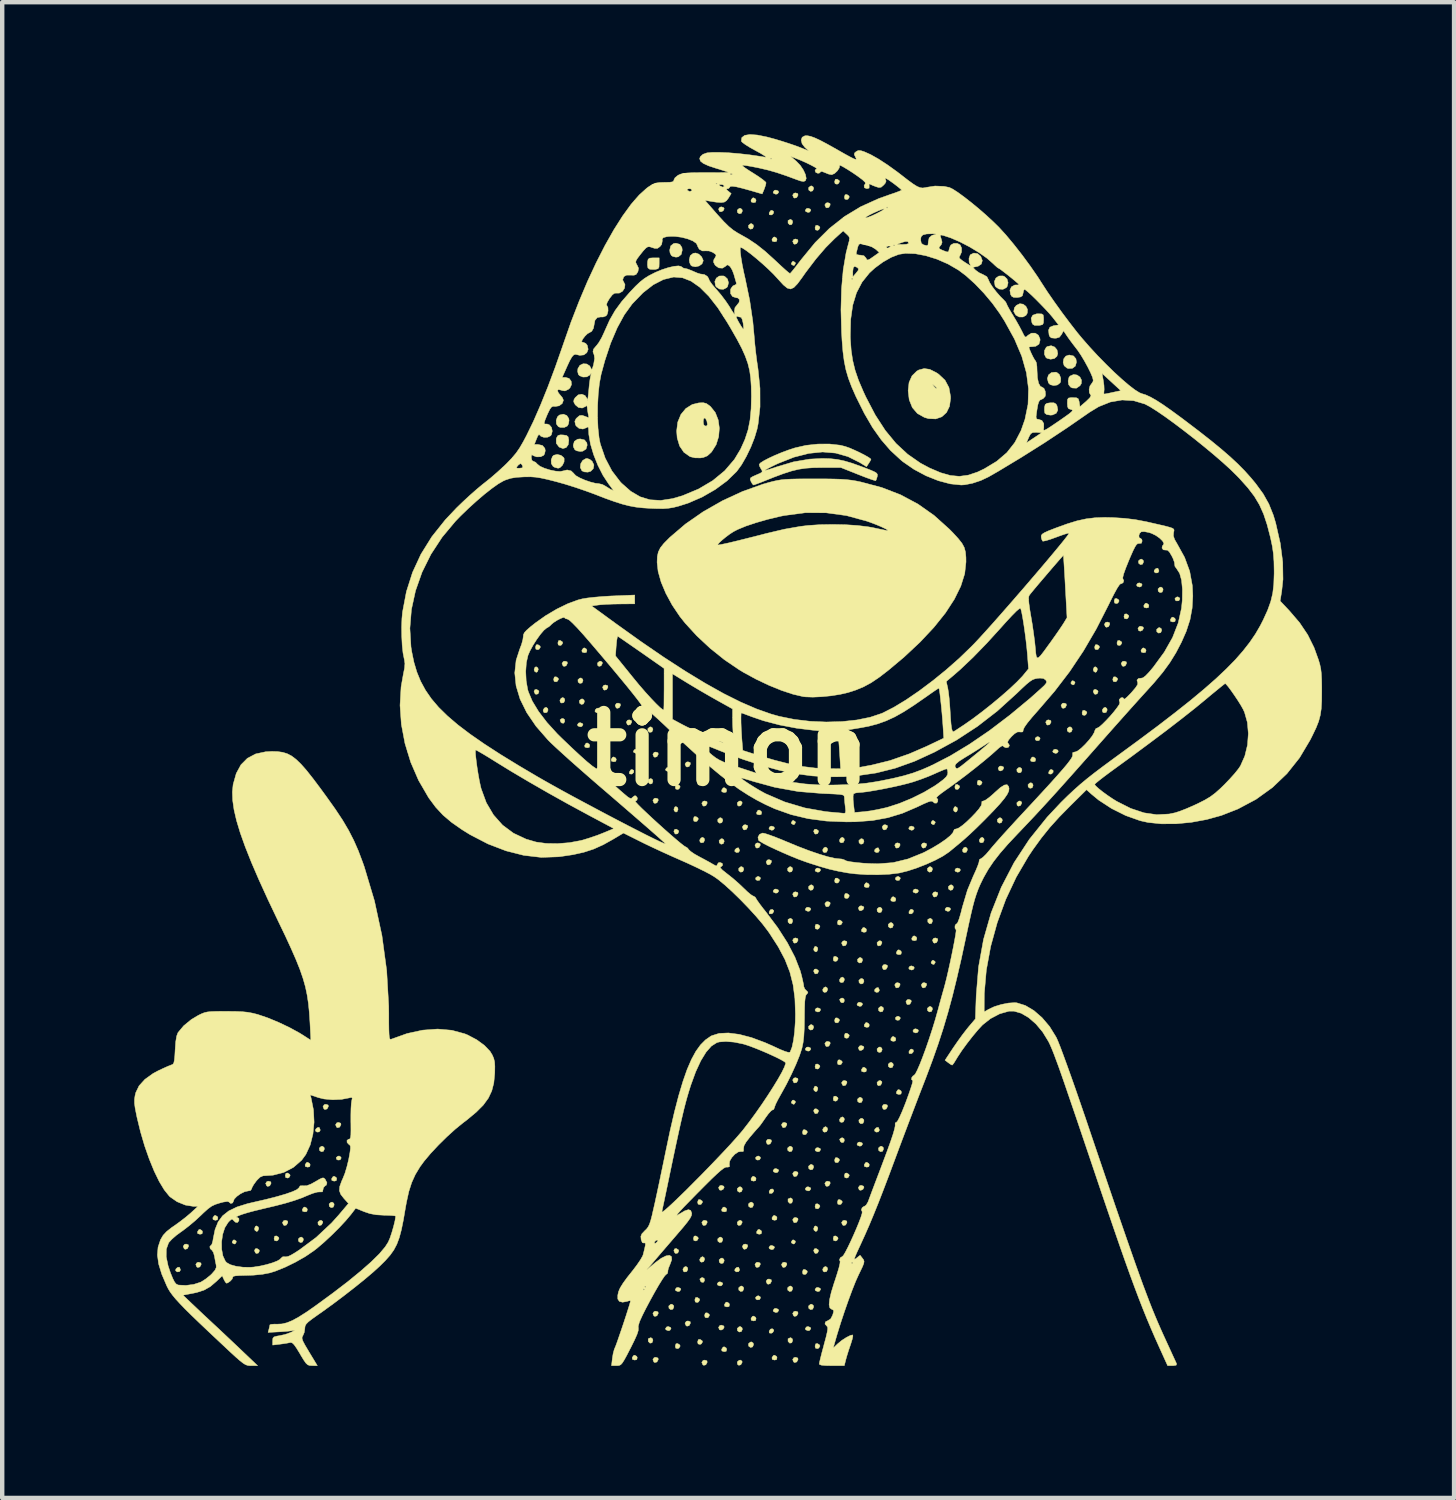
<source format=kicad_pcb>
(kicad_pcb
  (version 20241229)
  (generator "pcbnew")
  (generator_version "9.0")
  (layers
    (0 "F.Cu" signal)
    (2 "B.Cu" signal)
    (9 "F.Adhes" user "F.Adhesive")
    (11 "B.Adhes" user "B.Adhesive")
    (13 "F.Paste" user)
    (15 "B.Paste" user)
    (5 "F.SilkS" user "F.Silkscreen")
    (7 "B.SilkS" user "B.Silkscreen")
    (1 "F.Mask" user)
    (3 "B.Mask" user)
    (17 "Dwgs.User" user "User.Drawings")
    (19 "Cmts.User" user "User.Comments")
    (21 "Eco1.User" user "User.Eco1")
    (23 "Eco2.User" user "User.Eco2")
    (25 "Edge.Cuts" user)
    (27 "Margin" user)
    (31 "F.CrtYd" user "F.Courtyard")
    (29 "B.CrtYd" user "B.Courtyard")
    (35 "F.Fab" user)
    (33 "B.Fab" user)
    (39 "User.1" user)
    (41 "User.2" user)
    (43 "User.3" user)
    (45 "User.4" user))
  (footprint "timon"
    (layer "F.Cu")
    (at 13.494 13.967)
    (property "Reference" "timon" (at 0 0 0) (layer "F.SilkS") (effects (font (size 1.524 1.524) (thickness 0.3))))
    (attr through_hole)
    (fp_poly (pts (xy -12.266 11.257) (xy -12.261 11.292) (xy -12.291 11.346) (xy -12.338 11.359) (xy -12.361 11.346) (xy -12.383 11.292) (xy -12.355 11.249) (xy -12.317 11.239) (xy -12.266 11.257)) (stroke (width 0.01) (type solid)) (fill yes) (layer "F.SilkS"))
    (fp_poly (pts (xy -11.98 11.67) (xy -11.975 11.705) (xy -12.005 11.759) (xy -12.052 11.772) (xy -12.075 11.759) (xy -12.097 11.704) (xy -12.069 11.661) (xy -12.031 11.652) (xy -11.98 11.67)) (stroke (width 0.01) (type solid)) (fill yes) (layer "F.SilkS"))
    (fp_poly (pts (xy -11.957 10.933) (xy -11.944 10.962) (xy -11.955 11.007) (xy -12.002 11.017) (xy -12.054 11.001) (xy -12.059 10.962) (xy -12.028 10.914) (xy -12.002 10.906) (xy -11.957 10.933)) (stroke (width 0.01) (type solid)) (fill yes) (layer "F.SilkS"))
    (fp_poly (pts (xy -11.607 10.615) (xy -11.595 10.644) (xy -11.606 10.689) (xy -11.652 10.7) (xy -11.704 10.684) (xy -11.71 10.644) (xy -11.678 10.597) (xy -11.652 10.589) (xy -11.607 10.615)) (stroke (width 0.01) (type solid)) (fill yes) (layer "F.SilkS"))
    (fp_poly (pts (xy -11.182 11.17) (xy -11.176 11.192) (xy -11.201 11.234) (xy -11.224 11.239) (xy -11.266 11.214) (xy -11.271 11.192) (xy -11.246 11.15) (xy -11.224 11.144) (xy -11.182 11.17)) (stroke (width 0.01) (type solid)) (fill yes) (layer "F.SilkS"))
    (fp_poly (pts (xy -10.677 10.853) (xy -10.668 10.89) (xy -10.688 10.942) (xy -10.716 10.954) (xy -10.754 10.927) (xy -10.763 10.89) (xy -10.743 10.839) (xy -10.716 10.827) (xy -10.677 10.853)) (stroke (width 0.01) (type solid)) (fill yes) (layer "F.SilkS"))
    (fp_poly (pts (xy -10.66 11.371) (xy -10.652 11.396) (xy -10.674 11.443) (xy -10.72 11.454) (xy -10.741 11.441) (xy -10.764 11.39) (xy -10.746 11.349) (xy -10.708 11.341) (xy -10.66 11.371)) (stroke (width 0.01) (type solid)) (fill yes) (layer "F.SilkS"))
    (fp_poly (pts (xy -10.392 9.828) (xy -10.388 9.864) (xy -10.418 9.918) (xy -10.465 9.93) (xy -10.487 9.917) (xy -10.51 9.863) (xy -10.481 9.82) (xy -10.443 9.811) (xy -10.392 9.828)) (stroke (width 0.01) (type solid)) (fill yes) (layer "F.SilkS"))
    (fp_poly (pts (xy -10.216 11.086) (xy -10.208 11.113) (xy -10.234 11.157) (xy -10.263 11.17) (xy -10.308 11.159) (xy -10.319 11.113) (xy -10.303 11.06) (xy -10.263 11.055) (xy -10.216 11.086)) (stroke (width 0.01) (type solid)) (fill yes) (layer "F.SilkS"))
    (fp_poly (pts (xy -10.011 10.717) (xy -10.007 10.753) (xy -10.037 10.807) (xy -10.084 10.819) (xy -10.106 10.806) (xy -10.129 10.752) (xy -10.1 10.709) (xy -10.062 10.7) (xy -10.011 10.717)) (stroke (width 0.01) (type solid)) (fill yes) (layer "F.SilkS"))
    (fp_poly (pts (xy -9.962 9.658) (xy -9.954 9.684) (xy -9.98 9.729) (xy -10.009 9.741) (xy -10.054 9.73) (xy -10.065 9.684) (xy -10.049 9.632) (xy -10.009 9.626) (xy -9.962 9.658)) (stroke (width 0.01) (type solid)) (fill yes) (layer "F.SilkS"))
    (fp_poly (pts (xy -9.661 11.107) (xy -9.652 11.144) (xy -9.675 11.195) (xy -9.723 11.206) (xy -9.763 11.176) (xy -9.767 11.123) (xy -9.726 11.086) (xy -9.698 11.081) (xy -9.661 11.107)) (stroke (width 0.01) (type solid)) (fill yes) (layer "F.SilkS"))
    (fp_poly (pts (xy -9.575 10.425) (xy -9.563 10.454) (xy -9.574 10.499) (xy -9.62 10.509) (xy -9.672 10.493) (xy -9.678 10.454) (xy -9.646 10.406) (xy -9.62 10.398) (xy -9.575 10.425)) (stroke (width 0.01) (type solid)) (fill yes) (layer "F.SilkS"))
    (fp_poly (pts (xy -9.512 9.409) (xy -9.499 9.438) (xy -9.51 9.483) (xy -9.557 9.493) (xy -9.609 9.477) (xy -9.614 9.438) (xy -9.583 9.39) (xy -9.557 9.382) (xy -9.512 9.409)) (stroke (width 0.01) (type solid)) (fill yes) (layer "F.SilkS"))
    (fp_poly (pts (xy -9.215 10.724) (xy -9.213 10.753) (xy -9.242 10.806) (xy -9.288 10.819) (xy -9.318 10.797) (xy -9.323 10.742) (xy -9.281 10.705) (xy -9.251 10.7) (xy -9.215 10.724)) (stroke (width 0.01) (type solid)) (fill yes) (layer "F.SilkS"))
    (fp_poly (pts (xy -9.184 9.043) (xy -9.176 9.081) (xy -9.198 9.132) (xy -9.246 9.143) (xy -9.287 9.112) (xy -9.291 9.059) (xy -9.25 9.022) (xy -9.222 9.017) (xy -9.184 9.043)) (stroke (width 0.01) (type solid)) (fill yes) (layer "F.SilkS"))
    (fp_poly (pts (xy -9.091 8.082) (xy -9.086 8.117) (xy -9.116 8.171) (xy -9.163 8.184) (xy -9.186 8.171) (xy -9.208 8.117) (xy -9.18 8.074) (xy -9.142 8.065) (xy -9.091 8.082)) (stroke (width 0.01) (type solid)) (fill yes) (layer "F.SilkS"))
    (fp_poly (pts (xy -8.962 10.313) (xy -8.954 10.351) (xy -8.976 10.402) (xy -9.024 10.413) (xy -9.065 10.382) (xy -9.069 10.329) (xy -9.027 10.292) (xy -8.999 10.287) (xy -8.962 10.313)) (stroke (width 0.01) (type solid)) (fill yes) (layer "F.SilkS"))
    (fp_poly (pts (xy -8.909 9.726) (xy -8.896 9.755) (xy -8.907 9.8) (xy -8.954 9.811) (xy -9.006 9.795) (xy -9.011 9.755) (xy -8.98 9.708) (xy -8.954 9.7) (xy -8.909 9.726)) (stroke (width 0.01) (type solid)) (fill yes) (layer "F.SilkS"))
    (fp_poly (pts (xy -8.805 8.495) (xy -8.8 8.53) (xy -8.83 8.584) (xy -8.877 8.597) (xy -8.9 8.584) (xy -8.922 8.529) (xy -8.894 8.486) (xy -8.856 8.477) (xy -8.805 8.495)) (stroke (width 0.01) (type solid)) (fill yes) (layer "F.SilkS"))
    (fp_poly (pts (xy -8.8 9.265) (xy -8.795 9.287) (xy -8.818 9.327) (xy -8.868 9.332) (xy -8.9 9.314) (xy -8.907 9.275) (xy -8.871 9.245) (xy -8.841 9.239) (xy -8.8 9.265)) (stroke (width 0.01) (type solid)) (fill yes) (layer "F.SilkS"))
    (fp_poly (pts (xy -4.327 -1.847) (xy -4.318 -1.81) (xy -4.338 -1.758) (xy -4.366 -1.746) (xy -4.404 -1.773) (xy -4.413 -1.81) (xy -4.393 -1.861) (xy -4.366 -1.873) (xy -4.327 -1.847)) (stroke (width 0.01) (type solid)) (fill yes) (layer "F.SilkS"))
    (fp_poly (pts (xy -4.31 -1.329) (xy -4.302 -1.304) (xy -4.324 -1.257) (xy -4.37 -1.246) (xy -4.391 -1.259) (xy -4.414 -1.31) (xy -4.396 -1.351) (xy -4.358 -1.359) (xy -4.31 -1.329)) (stroke (width 0.01) (type solid)) (fill yes) (layer "F.SilkS"))
    (fp_poly (pts (xy -4.279 -2.344) (xy -4.27 -2.318) (xy -4.297 -2.273) (xy -4.326 -2.26) (xy -4.371 -2.271) (xy -4.381 -2.318) (xy -4.365 -2.37) (xy -4.326 -2.375) (xy -4.279 -2.344)) (stroke (width 0.01) (type solid)) (fill yes) (layer "F.SilkS"))
    (fp_poly (pts (xy -4.104 -0.926) (xy -4.096 -0.889) (xy -4.119 -0.837) (xy -4.168 -0.826) (xy -4.199 -0.844) (xy -4.208 -0.889) (xy -4.18 -0.935) (xy -4.14 -0.953) (xy -4.104 -0.926)) (stroke (width 0.01) (type solid)) (fill yes) (layer "F.SilkS"))
    (fp_poly (pts (xy -3.866 -1.614) (xy -3.858 -1.587) (xy -3.884 -1.543) (xy -3.913 -1.53) (xy -3.958 -1.541) (xy -3.969 -1.587) (xy -3.953 -1.64) (xy -3.913 -1.645) (xy -3.866 -1.614)) (stroke (width 0.01) (type solid)) (fill yes) (layer "F.SilkS"))
    (fp_poly (pts (xy -3.771 -2.439) (xy -3.762 -2.413) (xy -3.789 -2.368) (xy -3.818 -2.356) (xy -3.863 -2.367) (xy -3.873 -2.413) (xy -3.857 -2.465) (xy -3.818 -2.47) (xy -3.771 -2.439)) (stroke (width 0.01) (type solid)) (fill yes) (layer "F.SilkS"))
    (fp_poly (pts (xy -3.723 -1.148) (xy -3.715 -1.111) (xy -3.738 -1.059) (xy -3.787 -1.048) (xy -3.818 -1.067) (xy -3.827 -1.111) (xy -3.799 -1.157) (xy -3.759 -1.175) (xy -3.723 -1.148)) (stroke (width 0.01) (type solid)) (fill yes) (layer "F.SilkS"))
    (fp_poly (pts (xy -3.722 -0.675) (xy -3.717 -0.627) (xy -3.743 -0.59) (xy -3.784 -0.595) (xy -3.806 -0.614) (xy -3.824 -0.666) (xy -3.786 -0.695) (xy -3.757 -0.699) (xy -3.722 -0.675)) (stroke (width 0.01) (type solid)) (fill yes) (layer "F.SilkS"))
    (fp_poly (pts (xy -3.661 -1.983) (xy -3.657 -1.947) (xy -3.687 -1.893) (xy -3.734 -1.881) (xy -3.756 -1.894) (xy -3.779 -1.948) (xy -3.75 -1.991) (xy -3.712 -2) (xy -3.661 -1.983)) (stroke (width 0.01) (type solid)) (fill yes) (layer "F.SilkS"))
    (fp_poly (pts (xy -3.314 -0.583) (xy -3.302 -0.556) (xy -3.328 -0.517) (xy -3.365 -0.508) (xy -3.417 -0.528) (xy -3.429 -0.556) (xy -3.403 -0.594) (xy -3.365 -0.603) (xy -3.314 -0.583)) (stroke (width 0.01) (type solid)) (fill yes) (layer "F.SilkS"))
    (fp_poly (pts (xy -3.311 -1.593) (xy -3.302 -1.556) (xy -3.325 -1.505) (xy -3.373 -1.494) (xy -3.413 -1.524) (xy -3.417 -1.577) (xy -3.376 -1.614) (xy -3.348 -1.619) (xy -3.311 -1.593)) (stroke (width 0.01) (type solid)) (fill yes) (layer "F.SilkS"))
    (fp_poly (pts (xy -3.279 -1.117) (xy -3.27 -1.079) (xy -3.293 -1.028) (xy -3.341 -1.017) (xy -3.381 -1.048) (xy -3.386 -1.101) (xy -3.344 -1.138) (xy -3.316 -1.143) (xy -3.279 -1.117)) (stroke (width 0.01) (type solid)) (fill yes) (layer "F.SilkS"))
    (fp_poly (pts (xy -3.225 -2.275) (xy -3.213 -2.246) (xy -3.224 -2.201) (xy -3.27 -2.191) (xy -3.322 -2.207) (xy -3.328 -2.246) (xy -3.296 -2.294) (xy -3.27 -2.302) (xy -3.225 -2.275)) (stroke (width 0.01) (type solid)) (fill yes) (layer "F.SilkS"))
    (fp_poly (pts (xy -3.162 -0.116) (xy -3.149 -0.087) (xy -3.16 -0.042) (xy -3.207 -0.032) (xy -3.259 -0.048) (xy -3.264 -0.087) (xy -3.233 -0.135) (xy -3.207 -0.143) (xy -3.162 -0.116)) (stroke (width 0.01) (type solid)) (fill yes) (layer "F.SilkS"))
    (fp_poly (pts (xy -2.865 -1.976) (xy -2.863 -1.947) (xy -2.892 -1.894) (xy -2.938 -1.881) (xy -2.968 -1.903) (xy -2.973 -1.958) (xy -2.931 -1.995) (xy -2.901 -2) (xy -2.865 -1.976)) (stroke (width 0.01) (type solid)) (fill yes) (layer "F.SilkS"))
    (fp_poly (pts (xy -2.834 -0.482) (xy -2.826 -0.445) (xy -2.848 -0.393) (xy -2.896 -0.382) (xy -2.937 -0.413) (xy -2.941 -0.466) (xy -2.9 -0.503) (xy -2.872 -0.508) (xy -2.834 -0.482)) (stroke (width 0.01) (type solid)) (fill yes) (layer "F.SilkS"))
    (fp_poly (pts (xy -2.741 -1.443) (xy -2.736 -1.408) (xy -2.766 -1.354) (xy -2.813 -1.341) (xy -2.836 -1.354) (xy -2.858 -1.408) (xy -2.83 -1.451) (xy -2.792 -1.46) (xy -2.741 -1.443)) (stroke (width 0.01) (type solid)) (fill yes) (layer "F.SilkS"))
    (fp_poly (pts (xy -2.559 0.201) (xy -2.546 0.23) (xy -2.557 0.275) (xy -2.603 0.286) (xy -2.656 0.27) (xy -2.661 0.23) (xy -2.63 0.183) (xy -2.603 0.175) (xy -2.559 0.201)) (stroke (width 0.01) (type solid)) (fill yes) (layer "F.SilkS"))
    (fp_poly (pts (xy -2.455 -1.03) (xy -2.45 -0.995) (xy -2.48 -0.941) (xy -2.527 -0.928) (xy -2.55 -0.941) (xy -2.572 -0.996) (xy -2.544 -1.039) (xy -2.506 -1.048) (xy -2.455 -1.03)) (stroke (width 0.01) (type solid)) (fill yes) (layer "F.SilkS"))
    (fp_poly (pts (xy -2.45 -0.26) (xy -2.445 -0.238) (xy -2.468 -0.198) (xy -2.518 -0.193) (xy -2.55 -0.211) (xy -2.557 -0.25) (xy -2.521 -0.28) (xy -2.491 -0.286) (xy -2.45 -0.26)) (stroke (width 0.01) (type solid)) (fill yes) (layer "F.SilkS"))
    (fp_poly (pts (xy -2.201 -0.649) (xy -2.196 -0.614) (xy -2.226 -0.56) (xy -2.273 -0.547) (xy -2.296 -0.56) (xy -2.318 -0.615) (xy -2.29 -0.658) (xy -2.252 -0.667) (xy -2.201 -0.649)) (stroke (width 0.01) (type solid)) (fill yes) (layer "F.SilkS"))
    (fp_poly (pts (xy -2.15 0.48) (xy -2.148 0.522) (xy -2.181 0.559) (xy -2.202 0.566) (xy -2.246 0.559) (xy -2.249 0.519) (xy -2.218 0.47) (xy -2.19 0.46) (xy -2.15 0.48)) (stroke (width 0.01) (type solid)) (fill yes) (layer "F.SilkS"))
    (fp_poly (pts (xy -2.082 13.79) (xy -2.07 13.819) (xy -2.081 13.864) (xy -2.127 13.875) (xy -2.179 13.859) (xy -2.185 13.819) (xy -2.153 13.772) (xy -2.127 13.764) (xy -2.082 13.79)) (stroke (width 0.01) (type solid)) (fill yes) (layer "F.SilkS"))
    (fp_poly (pts (xy -2.044 0.02) (xy -2.032 0.048) (xy -2.058 0.086) (xy -2.095 0.095) (xy -2.147 0.075) (xy -2.159 0.048) (xy -2.133 0.009) (xy -2.095 0) (xy -2.044 0.02)) (stroke (width 0.01) (type solid)) (fill yes) (layer "F.SilkS"))
    (fp_poly (pts (xy -1.723 -0.482) (xy -1.714 -0.445) (xy -1.737 -0.393) (xy -1.785 -0.382) (xy -1.826 -0.413) (xy -1.83 -0.466) (xy -1.788 -0.503) (xy -1.76 -0.508) (xy -1.723 -0.482)) (stroke (width 0.01) (type solid)) (fill yes) (layer "F.SilkS"))
    (fp_poly (pts (xy -1.598 0.081) (xy -1.593 0.116) (xy -1.623 0.17) (xy -1.67 0.183) (xy -1.693 0.17) (xy -1.715 0.116) (xy -1.687 0.073) (xy -1.649 0.064) (xy -1.598 0.081)) (stroke (width 0.01) (type solid)) (fill yes) (layer "F.SilkS"))
    (fp_poly (pts (xy -1.598 1.129) (xy -1.593 1.164) (xy -1.623 1.218) (xy -1.67 1.231) (xy -1.693 1.218) (xy -1.715 1.163) (xy -1.687 1.12) (xy -1.649 1.111) (xy -1.598 1.129)) (stroke (width 0.01) (type solid)) (fill yes) (layer "F.SilkS"))
    (fp_poly (pts (xy -1.598 12.781) (xy -1.593 12.816) (xy -1.623 12.87) (xy -1.67 12.883) (xy -1.693 12.87) (xy -1.715 12.816) (xy -1.687 12.773) (xy -1.649 12.764) (xy -1.598 12.781)) (stroke (width 0.01) (type solid)) (fill yes) (layer "F.SilkS"))
    (fp_poly (pts (xy -1.598 13.829) (xy -1.593 13.864) (xy -1.623 13.918) (xy -1.67 13.931) (xy -1.693 13.918) (xy -1.715 13.863) (xy -1.687 13.82) (xy -1.649 13.811) (xy -1.598 13.829)) (stroke (width 0.01) (type solid)) (fill yes) (layer "F.SilkS"))
    (fp_poly (pts (xy -1.314 0.433) (xy -1.302 0.46) (xy -1.328 0.499) (xy -1.365 0.508) (xy -1.417 0.488) (xy -1.429 0.46) (xy -1.402 0.422) (xy -1.365 0.413) (xy -1.314 0.433)) (stroke (width 0.01) (type solid)) (fill yes) (layer "F.SilkS"))
    (fp_poly (pts (xy -1.314 13.133) (xy -1.302 13.16) (xy -1.328 13.199) (xy -1.365 13.208) (xy -1.417 13.188) (xy -1.429 13.16) (xy -1.402 13.122) (xy -1.365 13.113) (xy -1.314 13.133)) (stroke (width 0.01) (type solid)) (fill yes) (layer "F.SilkS"))
    (fp_poly (pts (xy -1.247 -0.069) (xy -1.238 -0.032) (xy -1.261 0.019) (xy -1.309 0.03) (xy -1.349 0) (xy -1.354 -0.053) (xy -1.312 -0.09) (xy -1.284 -0.095) (xy -1.247 -0.069)) (stroke (width 0.01) (type solid)) (fill yes) (layer "F.SilkS"))
    (fp_poly (pts (xy -1.247 12.631) (xy -1.238 12.668) (xy -1.261 12.719) (xy -1.309 12.73) (xy -1.349 12.7) (xy -1.354 12.647) (xy -1.312 12.61) (xy -1.284 12.605) (xy -1.247 12.631)) (stroke (width 0.01) (type solid)) (fill yes) (layer "F.SilkS"))
    (fp_poly (pts (xy -1.152 1.328) (xy -1.143 1.365) (xy -1.163 1.417) (xy -1.191 1.429) (xy -1.229 1.402) (xy -1.238 1.365) (xy -1.218 1.314) (xy -1.191 1.302) (xy -1.152 1.328)) (stroke (width 0.01) (type solid)) (fill yes) (layer "F.SilkS"))
    (fp_poly (pts (xy -1.135 1.846) (xy -1.127 1.871) (xy -1.149 1.918) (xy -1.195 1.929) (xy -1.216 1.916) (xy -1.239 1.865) (xy -1.221 1.824) (xy -1.183 1.816) (xy -1.135 1.846)) (stroke (width 0.01) (type solid)) (fill yes) (layer "F.SilkS"))
    (fp_poly (pts (xy -1.135 11.371) (xy -1.127 11.396) (xy -1.149 11.443) (xy -1.195 11.454) (xy -1.216 11.441) (xy -1.239 11.39) (xy -1.221 11.349) (xy -1.183 11.341) (xy -1.135 11.371)) (stroke (width 0.01) (type solid)) (fill yes) (layer "F.SilkS"))
    (fp_poly (pts (xy -1.104 0.831) (xy -1.095 0.857) (xy -1.122 0.902) (xy -1.151 0.915) (xy -1.196 0.904) (xy -1.206 0.857) (xy -1.19 0.805) (xy -1.151 0.8) (xy -1.104 0.831)) (stroke (width 0.01) (type solid)) (fill yes) (layer "F.SilkS"))
    (fp_poly (pts (xy -1.104 13.531) (xy -1.095 13.557) (xy -1.122 13.602) (xy -1.151 13.615) (xy -1.196 13.604) (xy -1.206 13.557) (xy -1.19 13.505) (xy -1.151 13.5) (xy -1.104 13.531)) (stroke (width 0.01) (type solid)) (fill yes) (layer "F.SilkS"))
    (fp_poly (pts (xy -1.091 12.244) (xy -1.079 12.271) (xy -1.106 12.31) (xy -1.143 12.319) (xy -1.195 12.299) (xy -1.206 12.271) (xy -1.18 12.233) (xy -1.143 12.224) (xy -1.091 12.244)) (stroke (width 0.01) (type solid)) (fill yes) (layer "F.SilkS"))
    (fp_poly (pts (xy -0.929 11.774) (xy -0.921 11.811) (xy -0.944 11.863) (xy -0.993 11.874) (xy -1.024 11.856) (xy -1.033 11.811) (xy -1.005 11.765) (xy -0.965 11.748) (xy -0.929 11.774)) (stroke (width 0.01) (type solid)) (fill yes) (layer "F.SilkS"))
    (fp_poly (pts (xy -0.867 0.303) (xy -0.863 0.339) (xy -0.893 0.393) (xy -0.94 0.405) (xy -0.962 0.392) (xy -0.985 0.338) (xy -0.956 0.295) (xy -0.918 0.286) (xy -0.867 0.303)) (stroke (width 0.01) (type solid)) (fill yes) (layer "F.SilkS"))
    (fp_poly (pts (xy -0.867 13.003) (xy -0.863 13.039) (xy -0.893 13.093) (xy -0.94 13.105) (xy -0.962 13.092) (xy -0.985 13.038) (xy -0.956 12.995) (xy -0.918 12.986) (xy -0.867 13.003)) (stroke (width 0.01) (type solid)) (fill yes) (layer "F.SilkS"))
    (fp_poly (pts (xy -0.691 1.561) (xy -0.683 1.587) (xy -0.709 1.632) (xy -0.738 1.645) (xy -0.783 1.634) (xy -0.794 1.587) (xy -0.778 1.535) (xy -0.738 1.53) (xy -0.691 1.561)) (stroke (width 0.01) (type solid)) (fill yes) (layer "F.SilkS"))
    (fp_poly (pts (xy -0.691 11.086) (xy -0.683 11.113) (xy -0.709 11.157) (xy -0.738 11.17) (xy -0.783 11.159) (xy -0.794 11.113) (xy -0.778 11.06) (xy -0.738 11.055) (xy -0.691 11.086)) (stroke (width 0.01) (type solid)) (fill yes) (layer "F.SilkS"))
    (fp_poly (pts (xy -0.659 12.483) (xy -0.651 12.509) (xy -0.677 12.554) (xy -0.706 12.567) (xy -0.751 12.556) (xy -0.762 12.509) (xy -0.746 12.457) (xy -0.706 12.452) (xy -0.659 12.483)) (stroke (width 0.01) (type solid)) (fill yes) (layer "F.SilkS"))
    (fp_poly (pts (xy -0.596 0.736) (xy -0.587 0.762) (xy -0.614 0.807) (xy -0.643 0.819) (xy -0.688 0.808) (xy -0.699 0.762) (xy -0.682 0.71) (xy -0.643 0.705) (xy -0.596 0.736)) (stroke (width 0.01) (type solid)) (fill yes) (layer "F.SilkS"))
    (fp_poly (pts (xy -0.596 10.261) (xy -0.587 10.287) (xy -0.614 10.332) (xy -0.643 10.344) (xy -0.688 10.333) (xy -0.699 10.287) (xy -0.682 10.235) (xy -0.643 10.23) (xy -0.596 10.261)) (stroke (width 0.01) (type solid)) (fill yes) (layer "F.SilkS"))
    (fp_poly (pts (xy -0.596 13.436) (xy -0.587 13.462) (xy -0.614 13.507) (xy -0.643 13.519) (xy -0.688 13.508) (xy -0.699 13.462) (xy -0.682 13.41) (xy -0.643 13.405) (xy -0.596 13.436)) (stroke (width 0.01) (type solid)) (fill yes) (layer "F.SilkS"))
    (fp_poly (pts (xy -0.548 2.027) (xy -0.54 2.064) (xy -0.563 2.116) (xy -0.612 2.127) (xy -0.643 2.108) (xy -0.652 2.064) (xy -0.624 2.018) (xy -0.584 2) (xy -0.548 2.027)) (stroke (width 0.01) (type solid)) (fill yes) (layer "F.SilkS"))
    (fp_poly (pts (xy -0.548 11.552) (xy -0.54 11.589) (xy -0.563 11.641) (xy -0.612 11.652) (xy -0.643 11.633) (xy -0.652 11.589) (xy -0.624 11.543) (xy -0.584 11.525) (xy -0.548 11.552)) (stroke (width 0.01) (type solid)) (fill yes) (layer "F.SilkS"))
    (fp_poly (pts (xy -0.547 12.025) (xy -0.542 12.073) (xy -0.568 12.11) (xy -0.609 12.105) (xy -0.631 12.086) (xy -0.649 12.034) (xy -0.611 12.005) (xy -0.582 12.002) (xy -0.547 12.025)) (stroke (width 0.01) (type solid)) (fill yes) (layer "F.SilkS"))
    (fp_poly (pts (xy -0.486 1.192) (xy -0.482 1.228) (xy -0.512 1.282) (xy -0.559 1.294) (xy -0.581 1.281) (xy -0.604 1.227) (xy -0.575 1.184) (xy -0.537 1.175) (xy -0.486 1.192)) (stroke (width 0.01) (type solid)) (fill yes) (layer "F.SilkS"))
    (fp_poly (pts (xy -0.486 10.717) (xy -0.482 10.753) (xy -0.512 10.807) (xy -0.559 10.819) (xy -0.581 10.806) (xy -0.604 10.752) (xy -0.575 10.709) (xy -0.537 10.7) (xy -0.486 10.717)) (stroke (width 0.01) (type solid)) (fill yes) (layer "F.SilkS"))
    (fp_poly (pts (xy -0.486 13.892) (xy -0.482 13.928) (xy -0.512 13.982) (xy -0.559 13.994) (xy -0.581 13.981) (xy -0.604 13.927) (xy -0.575 13.884) (xy -0.537 13.875) (xy -0.486 13.892)) (stroke (width 0.01) (type solid)) (fill yes) (layer "F.SilkS"))
    (fp_poly (pts (xy -0.437 12.833) (xy -0.429 12.859) (xy -0.455 12.904) (xy -0.484 12.916) (xy -0.529 12.905) (xy -0.54 12.859) (xy -0.524 12.807) (xy -0.484 12.801) (xy -0.437 12.833)) (stroke (width 0.01) (type solid)) (fill yes) (layer "F.SilkS"))
    (fp_poly (pts (xy -0.139 12.117) (xy -0.127 12.144) (xy -0.153 12.183) (xy -0.191 12.192) (xy -0.242 12.172) (xy -0.254 12.144) (xy -0.228 12.106) (xy -0.191 12.097) (xy -0.139 12.117)) (stroke (width 0.01) (type solid)) (fill yes) (layer "F.SilkS"))
    (fp_poly (pts (xy -0.136 1.582) (xy -0.127 1.619) (xy -0.15 1.67) (xy -0.198 1.681) (xy -0.238 1.651) (xy -0.242 1.598) (xy -0.201 1.561) (xy -0.173 1.556) (xy -0.136 1.582)) (stroke (width 0.01) (type solid)) (fill yes) (layer "F.SilkS"))
    (fp_poly (pts (xy -0.136 11.107) (xy -0.127 11.144) (xy -0.15 11.195) (xy -0.198 11.206) (xy -0.238 11.176) (xy -0.242 11.123) (xy -0.201 11.086) (xy -0.173 11.081) (xy -0.136 11.107)) (stroke (width 0.01) (type solid)) (fill yes) (layer "F.SilkS"))
    (fp_poly (pts (xy -0.107 -12.301) (xy -0.095 -12.275) (xy -0.118 -12.229) (xy -0.166 -12.206) (xy -0.203 -12.215) (xy -0.223 -12.268) (xy -0.194 -12.31) (xy -0.159 -12.319) (xy -0.107 -12.301)) (stroke (width 0.01) (type solid)) (fill yes) (layer "F.SilkS"))
    (fp_poly (pts (xy -0.107 9.924) (xy -0.095 9.95) (xy -0.118 9.996) (xy -0.166 10.019) (xy -0.203 10.01) (xy -0.223 9.957) (xy -0.194 9.915) (xy -0.159 9.906) (xy -0.107 9.924)) (stroke (width 0.01) (type solid)) (fill yes) (layer "F.SilkS"))
    (fp_poly (pts (xy -0.107 13.099) (xy -0.095 13.125) (xy -0.118 13.171) (xy -0.166 13.194) (xy -0.203 13.185) (xy -0.223 13.132) (xy -0.194 13.09) (xy -0.159 13.081) (xy -0.107 13.099)) (stroke (width 0.01) (type solid)) (fill yes) (layer "F.SilkS"))
    (fp_poly (pts (xy -0.104 2.058) (xy -0.095 2.095) (xy -0.118 2.147) (xy -0.166 2.158) (xy -0.206 2.127) (xy -0.211 2.074) (xy -0.169 2.037) (xy -0.141 2.032) (xy -0.104 2.058)) (stroke (width 0.01) (type solid)) (fill yes) (layer "F.SilkS"))
    (fp_poly (pts (xy -0.104 11.583) (xy -0.095 11.62) (xy -0.118 11.672) (xy -0.166 11.683) (xy -0.206 11.652) (xy -0.211 11.599) (xy -0.169 11.562) (xy -0.141 11.557) (xy -0.104 11.583)) (stroke (width 0.01) (type solid)) (fill yes) (layer "F.SilkS"))
    (fp_poly (pts (xy -0.05 0.9) (xy -0.038 0.929) (xy -0.049 0.974) (xy -0.095 0.984) (xy -0.147 0.968) (xy -0.153 0.929) (xy -0.121 0.881) (xy -0.095 0.873) (xy -0.05 0.9)) (stroke (width 0.01) (type solid)) (fill yes) (layer "F.SilkS"))
    (fp_poly (pts (xy -0.05 10.425) (xy -0.038 10.454) (xy -0.049 10.499) (xy -0.095 10.509) (xy -0.147 10.493) (xy -0.153 10.454) (xy -0.121 10.406) (xy -0.095 10.398) (xy -0.05 10.425)) (stroke (width 0.01) (type solid)) (fill yes) (layer "F.SilkS"))
    (fp_poly (pts (xy -0.05 13.6) (xy -0.038 13.629) (xy -0.049 13.674) (xy -0.095 13.684) (xy -0.147 13.668) (xy -0.153 13.629) (xy -0.121 13.581) (xy -0.095 13.573) (xy -0.05 13.6)) (stroke (width 0.01) (type solid)) (fill yes) (layer "F.SilkS"))
    (fp_poly (pts (xy 0.013 12.584) (xy 0.026 12.613) (xy 0.015 12.658) (xy -0.032 12.668) (xy -0.084 12.652) (xy -0.089 12.613) (xy -0.058 12.565) (xy -0.032 12.557) (xy 0.013 12.584)) (stroke (width 0.01) (type solid)) (fill yes) (layer "F.SilkS"))
    (fp_poly (pts (xy 0.309 -12.261) (xy 0.318 -12.224) (xy 0.295 -12.173) (xy 0.247 -12.162) (xy 0.206 -12.192) (xy 0.202 -12.245) (xy 0.244 -12.282) (xy 0.272 -12.287) (xy 0.309 -12.261)) (stroke (width 0.01) (type solid)) (fill yes) (layer "F.SilkS"))
    (fp_poly (pts (xy 0.309 9.964) (xy 0.318 10.001) (xy 0.295 10.052) (xy 0.247 10.063) (xy 0.206 10.033) (xy 0.202 9.98) (xy 0.244 9.943) (xy 0.272 9.938) (xy 0.309 9.964)) (stroke (width 0.01) (type solid)) (fill yes) (layer "F.SilkS"))
    (fp_poly (pts (xy 0.309 13.139) (xy 0.318 13.176) (xy 0.295 13.227) (xy 0.247 13.238) (xy 0.206 13.208) (xy 0.202 13.155) (xy 0.244 13.118) (xy 0.272 13.113) (xy 0.309 13.139)) (stroke (width 0.01) (type solid)) (fill yes) (layer "F.SilkS"))
    (fp_poly (pts (xy 0.31 1.199) (xy 0.312 1.228) (xy 0.283 1.281) (xy 0.237 1.294) (xy 0.207 1.272) (xy 0.202 1.217) (xy 0.244 1.18) (xy 0.274 1.175) (xy 0.31 1.199)) (stroke (width 0.01) (type solid)) (fill yes) (layer "F.SilkS"))
    (fp_poly (pts (xy 0.31 10.724) (xy 0.312 10.753) (xy 0.283 10.806) (xy 0.237 10.819) (xy 0.207 10.797) (xy 0.202 10.742) (xy 0.244 10.705) (xy 0.274 10.7) (xy 0.31 10.724)) (stroke (width 0.01) (type solid)) (fill yes) (layer "F.SilkS"))
    (fp_poly (pts (xy 0.31 13.899) (xy 0.312 13.928) (xy 0.283 13.981) (xy 0.237 13.994) (xy 0.207 13.972) (xy 0.202 13.917) (xy 0.244 13.88) (xy 0.274 13.875) (xy 0.31 13.899)) (stroke (width 0.01) (type solid)) (fill yes) (layer "F.SilkS"))
    (fp_poly (pts (xy 0.341 2.693) (xy 0.349 2.731) (xy 0.327 2.782) (xy 0.279 2.793) (xy 0.238 2.762) (xy 0.234 2.709) (xy 0.275 2.672) (xy 0.303 2.667) (xy 0.341 2.693)) (stroke (width 0.01) (type solid)) (fill yes) (layer "F.SilkS"))
    (fp_poly (pts (xy 0.341 12.218) (xy 0.349 12.255) (xy 0.327 12.307) (xy 0.279 12.318) (xy 0.238 12.287) (xy 0.234 12.234) (xy 0.275 12.197) (xy 0.303 12.192) (xy 0.341 12.218)) (stroke (width 0.01) (type solid)) (fill yes) (layer "F.SilkS"))
    (fp_poly (pts (xy 0.434 1.732) (xy 0.439 1.767) (xy 0.409 1.821) (xy 0.362 1.834) (xy 0.339 1.821) (xy 0.317 1.767) (xy 0.345 1.724) (xy 0.383 1.714) (xy 0.434 1.732)) (stroke (width 0.01) (type solid)) (fill yes) (layer "F.SilkS"))
    (fp_poly (pts (xy 0.434 11.257) (xy 0.439 11.292) (xy 0.409 11.346) (xy 0.362 11.359) (xy 0.339 11.346) (xy 0.317 11.292) (xy 0.345 11.249) (xy 0.383 11.239) (xy 0.434 11.257)) (stroke (width 0.01) (type solid)) (fill yes) (layer "F.SilkS"))
    (fp_poly (pts (xy 0.563 -11.912) (xy 0.572 -11.874) (xy 0.549 -11.823) (xy 0.501 -11.812) (xy 0.46 -11.843) (xy 0.456 -11.896) (xy 0.498 -11.933) (xy 0.526 -11.938) (xy 0.563 -11.912)) (stroke (width 0.01) (type solid)) (fill yes) (layer "F.SilkS"))
    (fp_poly (pts (xy 0.563 10.313) (xy 0.572 10.351) (xy 0.549 10.402) (xy 0.501 10.413) (xy 0.46 10.382) (xy 0.456 10.329) (xy 0.498 10.292) (xy 0.526 10.287) (xy 0.563 10.313)) (stroke (width 0.01) (type solid)) (fill yes) (layer "F.SilkS"))
    (fp_poly (pts (xy 0.563 13.488) (xy 0.572 13.525) (xy 0.549 13.577) (xy 0.501 13.588) (xy 0.46 13.557) (xy 0.456 13.504) (xy 0.498 13.467) (xy 0.526 13.462) (xy 0.563 13.488)) (stroke (width 0.01) (type solid)) (fill yes) (layer "F.SilkS"))
    (fp_poly (pts (xy 0.616 -12.499) (xy 0.629 -12.47) (xy 0.618 -12.425) (xy 0.572 -12.414) (xy 0.519 -12.43) (xy 0.514 -12.47) (xy 0.545 -12.517) (xy 0.572 -12.525) (xy 0.616 -12.499)) (stroke (width 0.01) (type solid)) (fill yes) (layer "F.SilkS"))
    (fp_poly (pts (xy 0.616 9.726) (xy 0.629 9.755) (xy 0.618 9.8) (xy 0.572 9.811) (xy 0.519 9.795) (xy 0.514 9.755) (xy 0.545 9.708) (xy 0.572 9.7) (xy 0.616 9.726)) (stroke (width 0.01) (type solid)) (fill yes) (layer "F.SilkS"))
    (fp_poly (pts (xy 0.616 12.901) (xy 0.629 12.93) (xy 0.618 12.975) (xy 0.572 12.986) (xy 0.519 12.97) (xy 0.514 12.93) (xy 0.545 12.883) (xy 0.572 12.875) (xy 0.616 12.901)) (stroke (width 0.01) (type solid)) (fill yes) (layer "F.SilkS"))
    (fp_poly (pts (xy 0.72 2.145) (xy 0.725 2.18) (xy 0.695 2.234) (xy 0.648 2.247) (xy 0.625 2.234) (xy 0.603 2.179) (xy 0.631 2.136) (xy 0.669 2.127) (xy 0.72 2.145)) (stroke (width 0.01) (type solid)) (fill yes) (layer "F.SilkS"))
    (fp_poly (pts (xy 0.72 11.67) (xy 0.725 11.705) (xy 0.695 11.759) (xy 0.648 11.772) (xy 0.625 11.759) (xy 0.603 11.704) (xy 0.631 11.661) (xy 0.669 11.652) (xy 0.72 11.67)) (stroke (width 0.01) (type solid)) (fill yes) (layer "F.SilkS"))
    (fp_poly (pts (xy 0.725 2.915) (xy 0.73 2.937) (xy 0.707 2.977) (xy 0.657 2.982) (xy 0.625 2.964) (xy 0.618 2.925) (xy 0.654 2.895) (xy 0.684 2.889) (xy 0.725 2.915)) (stroke (width 0.01) (type solid)) (fill yes) (layer "F.SilkS"))
    (fp_poly (pts (xy 0.725 9.265) (xy 0.73 9.287) (xy 0.707 9.327) (xy 0.657 9.332) (xy 0.625 9.314) (xy 0.618 9.275) (xy 0.654 9.245) (xy 0.684 9.239) (xy 0.725 9.265)) (stroke (width 0.01) (type solid)) (fill yes) (layer "F.SilkS"))
    (fp_poly (pts (xy 0.725 12.44) (xy 0.73 12.462) (xy 0.707 12.502) (xy 0.657 12.507) (xy 0.625 12.489) (xy 0.618 12.45) (xy 0.654 12.42) (xy 0.684 12.414) (xy 0.725 12.44)) (stroke (width 0.01) (type solid)) (fill yes) (layer "F.SilkS"))
    (fp_poly (pts (xy 0.743 1.408) (xy 0.756 1.437) (xy 0.745 1.482) (xy 0.699 1.492) (xy 0.646 1.476) (xy 0.641 1.437) (xy 0.672 1.389) (xy 0.699 1.381) (xy 0.743 1.408)) (stroke (width 0.01) (type solid)) (fill yes) (layer "F.SilkS"))
    (fp_poly (pts (xy 0.743 10.933) (xy 0.756 10.962) (xy 0.745 11.007) (xy 0.699 11.017) (xy 0.646 11.001) (xy 0.641 10.962) (xy 0.672 10.914) (xy 0.699 10.906) (xy 0.743 10.933)) (stroke (width 0.01) (type solid)) (fill yes) (layer "F.SilkS"))
    (fp_poly (pts (xy 0.974 2.526) (xy 0.979 2.561) (xy 0.949 2.615) (xy 0.902 2.628) (xy 0.879 2.615) (xy 0.857 2.56) (xy 0.885 2.517) (xy 0.923 2.508) (xy 0.974 2.526)) (stroke (width 0.01) (type solid)) (fill yes) (layer "F.SilkS"))
    (fp_poly (pts (xy 0.974 8.876) (xy 0.979 8.911) (xy 0.949 8.965) (xy 0.902 8.978) (xy 0.879 8.965) (xy 0.857 8.91) (xy 0.885 8.867) (xy 0.923 8.858) (xy 0.974 8.876)) (stroke (width 0.01) (type solid)) (fill yes) (layer "F.SilkS"))
    (fp_poly (pts (xy 0.974 12.051) (xy 0.979 12.086) (xy 0.949 12.14) (xy 0.902 12.153) (xy 0.879 12.14) (xy 0.857 12.085) (xy 0.885 12.042) (xy 0.923 12.033) (xy 0.974 12.051)) (stroke (width 0.01) (type solid)) (fill yes) (layer "F.SilkS"))
    (fp_poly (pts (xy 1.025 -12.22) (xy 1.027 -12.178) (xy 0.994 -12.141) (xy 0.973 -12.134) (xy 0.929 -12.141) (xy 0.926 -12.181) (xy 0.957 -12.23) (xy 0.985 -12.24) (xy 1.025 -12.22)) (stroke (width 0.01) (type solid)) (fill yes) (layer "F.SilkS"))
    (fp_poly (pts (xy 1.029 3.663) (xy 1.032 3.683) (xy 1.005 3.727) (xy 0.973 3.741) (xy 0.929 3.734) (xy 0.926 3.694) (xy 0.954 3.648) (xy 0.997 3.637) (xy 1.029 3.663)) (stroke (width 0.01) (type solid)) (fill yes) (layer "F.SilkS"))
    (fp_poly (pts (xy 1.029 10.013) (xy 1.032 10.033) (xy 1.005 10.077) (xy 0.973 10.091) (xy 0.929 10.084) (xy 0.926 10.044) (xy 0.954 9.998) (xy 0.997 9.987) (xy 1.029 10.013)) (stroke (width 0.01) (type solid)) (fill yes) (layer "F.SilkS"))
    (fp_poly (pts (xy 1.029 13.188) (xy 1.032 13.208) (xy 1.005 13.252) (xy 0.973 13.266) (xy 0.929 13.259) (xy 0.926 13.219) (xy 0.954 13.173) (xy 0.997 13.162) (xy 1.029 13.188)) (stroke (width 0.01) (type solid)) (fill yes) (layer "F.SilkS"))
    (fp_poly (pts (xy 1.036 1.766) (xy 1.048 1.794) (xy 1.021 1.833) (xy 0.984 1.841) (xy 0.933 1.822) (xy 0.921 1.794) (xy 0.947 1.755) (xy 0.984 1.746) (xy 1.036 1.766)) (stroke (width 0.01) (type solid)) (fill yes) (layer "F.SilkS"))
    (fp_poly (pts (xy 1.036 11.291) (xy 1.048 11.319) (xy 1.021 11.358) (xy 0.984 11.367) (xy 0.933 11.347) (xy 0.921 11.319) (xy 0.947 11.28) (xy 0.984 11.271) (xy 1.036 11.291)) (stroke (width 0.01) (type solid)) (fill yes) (layer "F.SilkS"))
    (fp_poly (pts (xy 1.093 -11.61) (xy 1.105 -11.581) (xy 1.094 -11.536) (xy 1.048 -11.525) (xy 0.996 -11.541) (xy 0.99 -11.581) (xy 1.022 -11.628) (xy 1.048 -11.636) (xy 1.093 -11.61)) (stroke (width 0.01) (type solid)) (fill yes) (layer "F.SilkS"))
    (fp_poly (pts (xy 1.093 10.615) (xy 1.105 10.644) (xy 1.094 10.689) (xy 1.048 10.7) (xy 0.996 10.684) (xy 0.99 10.644) (xy 1.022 10.597) (xy 1.048 10.589) (xy 1.093 10.615)) (stroke (width 0.01) (type solid)) (fill yes) (layer "F.SilkS"))
    (fp_poly (pts (xy 1.093 13.79) (xy 1.105 13.819) (xy 1.094 13.864) (xy 1.048 13.875) (xy 0.996 13.859) (xy 0.99 13.819) (xy 1.022 13.772) (xy 1.048 13.764) (xy 1.093 13.79)) (stroke (width 0.01) (type solid)) (fill yes) (layer "F.SilkS"))
    (fp_poly (pts (xy 1.131 -12.68) (xy 1.143 -12.652) (xy 1.117 -12.614) (xy 1.079 -12.605) (xy 1.028 -12.625) (xy 1.016 -12.652) (xy 1.042 -12.691) (xy 1.079 -12.7) (xy 1.131 -12.68)) (stroke (width 0.01) (type solid)) (fill yes) (layer "F.SilkS"))
    (fp_poly (pts (xy 1.131 3.195) (xy 1.143 3.223) (xy 1.117 3.261) (xy 1.079 3.27) (xy 1.028 3.25) (xy 1.016 3.223) (xy 1.042 3.184) (xy 1.079 3.175) (xy 1.131 3.195)) (stroke (width 0.01) (type solid)) (fill yes) (layer "F.SilkS"))
    (fp_poly (pts (xy 1.131 9.545) (xy 1.143 9.573) (xy 1.117 9.611) (xy 1.079 9.62) (xy 1.028 9.6) (xy 1.016 9.573) (xy 1.042 9.534) (xy 1.079 9.525) (xy 1.131 9.545)) (stroke (width 0.01) (type solid)) (fill yes) (layer "F.SilkS"))
    (fp_poly (pts (xy 1.131 12.72) (xy 1.143 12.748) (xy 1.117 12.786) (xy 1.079 12.795) (xy 1.028 12.775) (xy 1.016 12.748) (xy 1.042 12.709) (xy 1.079 12.7) (xy 1.131 12.72)) (stroke (width 0.01) (type solid)) (fill yes) (layer "F.SilkS"))
    (fp_poly (pts (xy 1.323 8.495) (xy 1.328 8.53) (xy 1.298 8.584) (xy 1.251 8.597) (xy 1.228 8.584) (xy 1.206 8.529) (xy 1.234 8.486) (xy 1.272 8.477) (xy 1.323 8.495)) (stroke (width 0.01) (type solid)) (fill yes) (layer "F.SilkS"))
    (fp_poly (pts (xy 1.323 11.67) (xy 1.328 11.705) (xy 1.298 11.759) (xy 1.251 11.772) (xy 1.228 11.759) (xy 1.206 11.704) (xy 1.234 11.661) (xy 1.272 11.652) (xy 1.323 11.67)) (stroke (width 0.01) (type solid)) (fill yes) (layer "F.SilkS"))
    (fp_poly (pts (xy 1.452 2.693) (xy 1.46 2.731) (xy 1.438 2.782) (xy 1.39 2.793) (xy 1.349 2.762) (xy 1.345 2.709) (xy 1.387 2.672) (xy 1.415 2.667) (xy 1.452 2.693)) (stroke (width 0.01) (type solid)) (fill yes) (layer "F.SilkS"))
    (fp_poly (pts (xy 1.452 9.043) (xy 1.46 9.081) (xy 1.438 9.132) (xy 1.39 9.143) (xy 1.349 9.112) (xy 1.345 9.059) (xy 1.387 9.022) (xy 1.415 9.017) (xy 1.452 9.043)) (stroke (width 0.01) (type solid)) (fill yes) (layer "F.SilkS"))
    (fp_poly (pts (xy 1.452 12.218) (xy 1.46 12.255) (xy 1.438 12.307) (xy 1.39 12.318) (xy 1.349 12.287) (xy 1.345 12.234) (xy 1.387 12.197) (xy 1.415 12.192) (xy 1.452 12.218)) (stroke (width 0.01) (type solid)) (fill yes) (layer "F.SilkS"))
    (fp_poly (pts (xy 1.518 -11.055) (xy 1.524 -11.033) (xy 1.499 -10.991) (xy 1.476 -10.986) (xy 1.434 -11.011) (xy 1.429 -11.033) (xy 1.454 -11.075) (xy 1.476 -11.081) (xy 1.518 -11.055)) (stroke (width 0.01) (type solid)) (fill yes) (layer "F.SilkS"))
    (fp_poly (pts (xy 1.518 1.645) (xy 1.524 1.667) (xy 1.499 1.709) (xy 1.476 1.714) (xy 1.434 1.689) (xy 1.429 1.667) (xy 1.454 1.625) (xy 1.476 1.619) (xy 1.518 1.645)) (stroke (width 0.01) (type solid)) (fill yes) (layer "F.SilkS"))
    (fp_poly (pts (xy 1.518 7.995) (xy 1.524 8.017) (xy 1.499 8.059) (xy 1.476 8.065) (xy 1.434 8.039) (xy 1.429 8.017) (xy 1.454 7.975) (xy 1.476 7.969) (xy 1.518 7.995)) (stroke (width 0.01) (type solid)) (fill yes) (layer "F.SilkS"))
    (fp_poly (pts (xy 1.518 11.17) (xy 1.524 11.192) (xy 1.499 11.234) (xy 1.476 11.239) (xy 1.434 11.214) (xy 1.429 11.192) (xy 1.454 11.15) (xy 1.476 11.144) (xy 1.518 11.17)) (stroke (width 0.01) (type solid)) (fill yes) (layer "F.SilkS"))
    (fp_poly (pts (xy 1.577 -12.619) (xy 1.582 -12.584) (xy 1.552 -12.53) (xy 1.505 -12.517) (xy 1.482 -12.53) (xy 1.46 -12.584) (xy 1.488 -12.627) (xy 1.526 -12.636) (xy 1.577 -12.619)) (stroke (width 0.01) (type solid)) (fill yes) (layer "F.SilkS"))
    (fp_poly (pts (xy 1.577 -11.571) (xy 1.582 -11.536) (xy 1.552 -11.482) (xy 1.505 -11.469) (xy 1.482 -11.482) (xy 1.46 -11.537) (xy 1.488 -11.58) (xy 1.526 -11.589) (xy 1.577 -11.571)) (stroke (width 0.01) (type solid)) (fill yes) (layer "F.SilkS"))
    (fp_poly (pts (xy 1.577 3.256) (xy 1.582 3.291) (xy 1.552 3.345) (xy 1.505 3.358) (xy 1.482 3.345) (xy 1.46 3.291) (xy 1.488 3.248) (xy 1.526 3.239) (xy 1.577 3.256)) (stroke (width 0.01) (type solid)) (fill yes) (layer "F.SilkS"))
    (fp_poly (pts (xy 1.577 4.304) (xy 1.582 4.339) (xy 1.552 4.393) (xy 1.505 4.406) (xy 1.482 4.393) (xy 1.46 4.338) (xy 1.488 4.295) (xy 1.526 4.286) (xy 1.577 4.304)) (stroke (width 0.01) (type solid)) (fill yes) (layer "F.SilkS"))
    (fp_poly (pts (xy 1.577 7.479) (xy 1.582 7.514) (xy 1.552 7.568) (xy 1.505 7.581) (xy 1.482 7.568) (xy 1.46 7.513) (xy 1.488 7.47) (xy 1.526 7.461) (xy 1.577 7.479)) (stroke (width 0.01) (type solid)) (fill yes) (layer "F.SilkS"))
    (fp_poly (pts (xy 1.577 9.606) (xy 1.582 9.641) (xy 1.552 9.695) (xy 1.505 9.708) (xy 1.482 9.695) (xy 1.46 9.641) (xy 1.488 9.598) (xy 1.526 9.588) (xy 1.577 9.606)) (stroke (width 0.01) (type solid)) (fill yes) (layer "F.SilkS"))
    (fp_poly (pts (xy 1.577 10.654) (xy 1.582 10.689) (xy 1.552 10.743) (xy 1.505 10.756) (xy 1.482 10.743) (xy 1.46 10.688) (xy 1.488 10.645) (xy 1.526 10.636) (xy 1.577 10.654)) (stroke (width 0.01) (type solid)) (fill yes) (layer "F.SilkS"))
    (fp_poly (pts (xy 1.577 12.781) (xy 1.582 12.816) (xy 1.552 12.87) (xy 1.505 12.883) (xy 1.482 12.87) (xy 1.46 12.816) (xy 1.488 12.773) (xy 1.526 12.764) (xy 1.577 12.781)) (stroke (width 0.01) (type solid)) (fill yes) (layer "F.SilkS"))
    (fp_poly (pts (xy 1.577 13.829) (xy 1.582 13.864) (xy 1.552 13.918) (xy 1.505 13.931) (xy 1.482 13.918) (xy 1.46 13.863) (xy 1.488 13.82) (xy 1.526 13.811) (xy 1.577 13.829)) (stroke (width 0.01) (type solid)) (fill yes) (layer "F.SilkS"))
    (fp_poly (pts (xy 1.786 8.673) (xy 1.794 8.7) (xy 1.767 8.744) (xy 1.738 8.757) (xy 1.693 8.746) (xy 1.683 8.7) (xy 1.699 8.647) (xy 1.738 8.642) (xy 1.786 8.673)) (stroke (width 0.01) (type solid)) (fill yes) (layer "F.SilkS"))
    (fp_poly (pts (xy 1.786 11.848) (xy 1.794 11.874) (xy 1.767 11.919) (xy 1.738 11.932) (xy 1.693 11.921) (xy 1.683 11.874) (xy 1.699 11.822) (xy 1.738 11.817) (xy 1.786 11.848)) (stroke (width 0.01) (type solid)) (fill yes) (layer "F.SilkS"))
    (fp_poly (pts (xy 1.861 -12.267) (xy 1.873 -12.24) (xy 1.847 -12.201) (xy 1.81 -12.192) (xy 1.758 -12.212) (xy 1.746 -12.24) (xy 1.773 -12.278) (xy 1.81 -12.287) (xy 1.861 -12.267)) (stroke (width 0.01) (type solid)) (fill yes) (layer "F.SilkS"))
    (fp_poly (pts (xy 1.861 3.608) (xy 1.873 3.635) (xy 1.847 3.674) (xy 1.81 3.683) (xy 1.758 3.663) (xy 1.746 3.635) (xy 1.773 3.597) (xy 1.81 3.588) (xy 1.861 3.608)) (stroke (width 0.01) (type solid)) (fill yes) (layer "F.SilkS"))
    (fp_poly (pts (xy 1.861 6.783) (xy 1.873 6.81) (xy 1.847 6.849) (xy 1.81 6.858) (xy 1.758 6.838) (xy 1.746 6.81) (xy 1.773 6.772) (xy 1.81 6.763) (xy 1.861 6.783)) (stroke (width 0.01) (type solid)) (fill yes) (layer "F.SilkS"))
    (fp_poly (pts (xy 1.861 9.958) (xy 1.873 9.985) (xy 1.847 10.024) (xy 1.81 10.033) (xy 1.758 10.013) (xy 1.746 9.985) (xy 1.773 9.947) (xy 1.81 9.938) (xy 1.861 9.958)) (stroke (width 0.01) (type solid)) (fill yes) (layer "F.SilkS"))
    (fp_poly (pts (xy 1.861 13.133) (xy 1.873 13.16) (xy 1.847 13.199) (xy 1.81 13.208) (xy 1.758 13.188) (xy 1.746 13.16) (xy 1.773 13.122) (xy 1.81 13.113) (xy 1.861 13.133)) (stroke (width 0.01) (type solid)) (fill yes) (layer "F.SilkS"))
    (fp_poly (pts (xy 1.928 -12.769) (xy 1.937 -12.732) (xy 1.914 -12.681) (xy 1.866 -12.67) (xy 1.826 -12.7) (xy 1.821 -12.753) (xy 1.863 -12.79) (xy 1.891 -12.795) (xy 1.928 -12.769)) (stroke (width 0.01) (type solid)) (fill yes) (layer "F.SilkS"))
    (fp_poly (pts (xy 1.928 3.106) (xy 1.937 3.143) (xy 1.914 3.194) (xy 1.866 3.205) (xy 1.826 3.175) (xy 1.821 3.122) (xy 1.863 3.085) (xy 1.891 3.08) (xy 1.928 3.106)) (stroke (width 0.01) (type solid)) (fill yes) (layer "F.SilkS"))
    (fp_poly (pts (xy 1.928 6.281) (xy 1.937 6.318) (xy 1.914 6.369) (xy 1.866 6.38) (xy 1.826 6.35) (xy 1.821 6.297) (xy 1.863 6.26) (xy 1.891 6.255) (xy 1.928 6.281)) (stroke (width 0.01) (type solid)) (fill yes) (layer "F.SilkS"))
    (fp_poly (pts (xy 1.928 9.456) (xy 1.937 9.493) (xy 1.914 9.544) (xy 1.866 9.555) (xy 1.826 9.525) (xy 1.821 9.472) (xy 1.863 9.435) (xy 1.891 9.43) (xy 1.928 9.456)) (stroke (width 0.01) (type solid)) (fill yes) (layer "F.SilkS"))
    (fp_poly (pts (xy 1.928 12.631) (xy 1.937 12.668) (xy 1.914 12.719) (xy 1.866 12.73) (xy 1.826 12.7) (xy 1.821 12.647) (xy 1.863 12.61) (xy 1.891 12.605) (xy 1.928 12.631)) (stroke (width 0.01) (type solid)) (fill yes) (layer "F.SilkS"))
    (fp_poly (pts (xy 2.023 4.503) (xy 2.032 4.54) (xy 2.012 4.592) (xy 1.984 4.604) (xy 1.946 4.577) (xy 1.937 4.54) (xy 1.957 4.489) (xy 1.984 4.477) (xy 2.023 4.503)) (stroke (width 0.01) (type solid)) (fill yes) (layer "F.SilkS"))
    (fp_poly (pts (xy 2.023 7.678) (xy 2.032 7.715) (xy 2.012 7.767) (xy 1.984 7.779) (xy 1.946 7.752) (xy 1.937 7.715) (xy 1.957 7.664) (xy 1.984 7.652) (xy 2.023 7.678)) (stroke (width 0.01) (type solid)) (fill yes) (layer "F.SilkS"))
    (fp_poly (pts (xy 2.023 10.853) (xy 2.032 10.89) (xy 2.012 10.942) (xy 1.984 10.954) (xy 1.946 10.927) (xy 1.937 10.89) (xy 1.957 10.839) (xy 1.984 10.827) (xy 2.023 10.853)) (stroke (width 0.01) (type solid)) (fill yes) (layer "F.SilkS"))
    (fp_poly (pts (xy 2.04 1.846) (xy 2.048 1.871) (xy 2.026 1.918) (xy 1.98 1.929) (xy 1.959 1.916) (xy 1.936 1.865) (xy 1.954 1.824) (xy 1.992 1.816) (xy 2.04 1.846)) (stroke (width 0.01) (type solid)) (fill yes) (layer "F.SilkS"))
    (fp_poly (pts (xy 2.04 5.021) (xy 2.048 5.046) (xy 2.026 5.093) (xy 1.98 5.104) (xy 1.959 5.091) (xy 1.936 5.04) (xy 1.954 4.999) (xy 1.992 4.991) (xy 2.04 5.021)) (stroke (width 0.01) (type solid)) (fill yes) (layer "F.SilkS"))
    (fp_poly (pts (xy 2.04 8.196) (xy 2.048 8.221) (xy 2.026 8.268) (xy 1.98 8.279) (xy 1.959 8.266) (xy 1.936 8.215) (xy 1.954 8.174) (xy 1.992 8.166) (xy 2.04 8.196)) (stroke (width 0.01) (type solid)) (fill yes) (layer "F.SilkS"))
    (fp_poly (pts (xy 2.04 11.371) (xy 2.048 11.396) (xy 2.026 11.443) (xy 1.98 11.454) (xy 1.959 11.441) (xy 1.936 11.39) (xy 1.954 11.349) (xy 1.992 11.341) (xy 2.04 11.371)) (stroke (width 0.01) (type solid)) (fill yes) (layer "F.SilkS"))
    (fp_poly (pts (xy 2.071 -11.869) (xy 2.08 -11.843) (xy 2.053 -11.798) (xy 2.024 -11.785) (xy 1.979 -11.796) (xy 1.968 -11.843) (xy 1.985 -11.895) (xy 2.024 -11.9) (xy 2.071 -11.869)) (stroke (width 0.01) (type solid)) (fill yes) (layer "F.SilkS"))
    (fp_poly (pts (xy 2.071 4.006) (xy 2.08 4.032) (xy 2.053 4.077) (xy 2.024 4.09) (xy 1.979 4.079) (xy 1.968 4.032) (xy 1.985 3.98) (xy 2.024 3.975) (xy 2.071 4.006)) (stroke (width 0.01) (type solid)) (fill yes) (layer "F.SilkS"))
    (fp_poly (pts (xy 2.071 7.181) (xy 2.08 7.207) (xy 2.053 7.252) (xy 2.024 7.265) (xy 1.979 7.254) (xy 1.968 7.207) (xy 1.985 7.155) (xy 2.024 7.15) (xy 2.071 7.181)) (stroke (width 0.01) (type solid)) (fill yes) (layer "F.SilkS"))
    (fp_poly (pts (xy 2.071 10.356) (xy 2.08 10.382) (xy 2.053 10.427) (xy 2.024 10.44) (xy 1.979 10.429) (xy 1.968 10.382) (xy 1.985 10.33) (xy 2.024 10.325) (xy 2.071 10.356)) (stroke (width 0.01) (type solid)) (fill yes) (layer "F.SilkS"))
    (fp_poly (pts (xy 2.071 13.531) (xy 2.08 13.557) (xy 2.053 13.602) (xy 2.024 13.615) (xy 1.979 13.604) (xy 1.968 13.557) (xy 1.985 13.505) (xy 2.024 13.5) (xy 2.071 13.531)) (stroke (width 0.01) (type solid)) (fill yes) (layer "F.SilkS"))
    (fp_poly (pts (xy 2.084 2.719) (xy 2.095 2.746) (xy 2.069 2.785) (xy 2.032 2.794) (xy 1.98 2.774) (xy 1.968 2.746) (xy 1.995 2.708) (xy 2.032 2.699) (xy 2.084 2.719)) (stroke (width 0.01) (type solid)) (fill yes) (layer "F.SilkS"))
    (fp_poly (pts (xy 2.084 5.894) (xy 2.095 5.921) (xy 2.069 5.96) (xy 2.032 5.969) (xy 1.98 5.949) (xy 1.968 5.921) (xy 1.995 5.883) (xy 2.032 5.874) (xy 2.084 5.894)) (stroke (width 0.01) (type solid)) (fill yes) (layer "F.SilkS"))
    (fp_poly (pts (xy 2.084 9.069) (xy 2.095 9.096) (xy 2.069 9.135) (xy 2.032 9.144) (xy 1.98 9.124) (xy 1.968 9.096) (xy 1.995 9.058) (xy 2.032 9.049) (xy 2.084 9.069)) (stroke (width 0.01) (type solid)) (fill yes) (layer "F.SilkS"))
    (fp_poly (pts (xy 2.084 12.244) (xy 2.095 12.271) (xy 2.069 12.31) (xy 2.032 12.319) (xy 1.98 12.299) (xy 1.968 12.271) (xy 1.995 12.233) (xy 2.032 12.224) (xy 2.084 12.244)) (stroke (width 0.01) (type solid)) (fill yes) (layer "F.SilkS"))
    (fp_poly (pts (xy 2.246 2.249) (xy 2.254 2.286) (xy 2.231 2.338) (xy 2.182 2.349) (xy 2.151 2.331) (xy 2.142 2.286) (xy 2.17 2.24) (xy 2.21 2.223) (xy 2.246 2.249)) (stroke (width 0.01) (type solid)) (fill yes) (layer "F.SilkS"))
    (fp_poly (pts (xy 2.246 5.424) (xy 2.254 5.461) (xy 2.231 5.513) (xy 2.182 5.524) (xy 2.151 5.506) (xy 2.142 5.461) (xy 2.17 5.415) (xy 2.21 5.397) (xy 2.246 5.424)) (stroke (width 0.01) (type solid)) (fill yes) (layer "F.SilkS"))
    (fp_poly (pts (xy 2.246 8.599) (xy 2.254 8.636) (xy 2.231 8.688) (xy 2.182 8.699) (xy 2.151 8.681) (xy 2.142 8.636) (xy 2.17 8.59) (xy 2.21 8.572) (xy 2.246 8.599)) (stroke (width 0.01) (type solid)) (fill yes) (layer "F.SilkS"))
    (fp_poly (pts (xy 2.246 11.774) (xy 2.254 11.811) (xy 2.231 11.863) (xy 2.182 11.874) (xy 2.151 11.856) (xy 2.142 11.811) (xy 2.17 11.765) (xy 2.21 11.748) (xy 2.246 11.774)) (stroke (width 0.01) (type solid)) (fill yes) (layer "F.SilkS"))
    (fp_poly (pts (xy 2.308 -12.397) (xy 2.312 -12.361) (xy 2.282 -12.307) (xy 2.235 -12.295) (xy 2.213 -12.308) (xy 2.19 -12.362) (xy 2.219 -12.405) (xy 2.257 -12.414) (xy 2.308 -12.397)) (stroke (width 0.01) (type solid)) (fill yes) (layer "F.SilkS"))
    (fp_poly (pts (xy 2.308 3.478) (xy 2.312 3.514) (xy 2.282 3.568) (xy 2.235 3.58) (xy 2.213 3.567) (xy 2.19 3.513) (xy 2.219 3.47) (xy 2.257 3.461) (xy 2.308 3.478)) (stroke (width 0.01) (type solid)) (fill yes) (layer "F.SilkS"))
    (fp_poly (pts (xy 2.308 6.653) (xy 2.312 6.689) (xy 2.282 6.743) (xy 2.235 6.755) (xy 2.213 6.742) (xy 2.19 6.688) (xy 2.219 6.645) (xy 2.257 6.636) (xy 2.308 6.653)) (stroke (width 0.01) (type solid)) (fill yes) (layer "F.SilkS"))
    (fp_poly (pts (xy 2.308 9.828) (xy 2.312 9.864) (xy 2.282 9.918) (xy 2.235 9.93) (xy 2.213 9.917) (xy 2.19 9.863) (xy 2.219 9.82) (xy 2.257 9.811) (xy 2.308 9.828)) (stroke (width 0.01) (type solid)) (fill yes) (layer "F.SilkS"))
    (fp_poly (pts (xy 2.484 4.736) (xy 2.492 4.763) (xy 2.466 4.807) (xy 2.437 4.82) (xy 2.392 4.809) (xy 2.381 4.763) (xy 2.397 4.71) (xy 2.437 4.705) (xy 2.484 4.736)) (stroke (width 0.01) (type solid)) (fill yes) (layer "F.SilkS"))
    (fp_poly (pts (xy 2.484 7.911) (xy 2.492 7.938) (xy 2.466 7.982) (xy 2.437 7.995) (xy 2.392 7.984) (xy 2.381 7.938) (xy 2.397 7.885) (xy 2.437 7.88) (xy 2.484 7.911)) (stroke (width 0.01) (type solid)) (fill yes) (layer "F.SilkS"))
    (fp_poly (pts (xy 2.484 11.086) (xy 2.492 11.113) (xy 2.466 11.157) (xy 2.437 11.17) (xy 2.392 11.159) (xy 2.381 11.113) (xy 2.397 11.06) (xy 2.437 11.055) (xy 2.484 11.086)) (stroke (width 0.01) (type solid)) (fill yes) (layer "F.SilkS"))
    (fp_poly (pts (xy 2.516 -12.917) (xy 2.524 -12.89) (xy 2.498 -12.846) (xy 2.469 -12.833) (xy 2.424 -12.844) (xy 2.413 -12.89) (xy 2.429 -12.943) (xy 2.469 -12.948) (xy 2.516 -12.917)) (stroke (width 0.01) (type solid)) (fill yes) (layer "F.SilkS"))
    (fp_poly (pts (xy 2.516 2.958) (xy 2.524 2.985) (xy 2.498 3.029) (xy 2.469 3.042) (xy 2.424 3.031) (xy 2.413 2.985) (xy 2.429 2.932) (xy 2.469 2.927) (xy 2.516 2.958)) (stroke (width 0.01) (type solid)) (fill yes) (layer "F.SilkS"))
    (fp_poly (pts (xy 2.516 6.133) (xy 2.524 6.16) (xy 2.498 6.204) (xy 2.469 6.217) (xy 2.424 6.206) (xy 2.413 6.16) (xy 2.429 6.107) (xy 2.469 6.102) (xy 2.516 6.133)) (stroke (width 0.01) (type solid)) (fill yes) (layer "F.SilkS"))
    (fp_poly (pts (xy 2.516 9.308) (xy 2.524 9.335) (xy 2.498 9.379) (xy 2.469 9.392) (xy 2.424 9.381) (xy 2.413 9.335) (xy 2.429 9.282) (xy 2.469 9.277) (xy 2.516 9.308)) (stroke (width 0.01) (type solid)) (fill yes) (layer "F.SilkS"))
    (fp_poly (pts (xy 2.579 3.911) (xy 2.588 3.937) (xy 2.561 3.982) (xy 2.532 3.994) (xy 2.487 3.983) (xy 2.477 3.937) (xy 2.493 3.885) (xy 2.532 3.88) (xy 2.579 3.911)) (stroke (width 0.01) (type solid)) (fill yes) (layer "F.SilkS"))
    (fp_poly (pts (xy 2.579 7.086) (xy 2.588 7.112) (xy 2.561 7.157) (xy 2.532 7.169) (xy 2.487 7.158) (xy 2.477 7.112) (xy 2.493 7.06) (xy 2.532 7.055) (xy 2.579 7.086)) (stroke (width 0.01) (type solid)) (fill yes) (layer "F.SilkS"))
    (fp_poly (pts (xy 2.579 10.261) (xy 2.588 10.287) (xy 2.561 10.332) (xy 2.532 10.344) (xy 2.487 10.333) (xy 2.477 10.287) (xy 2.493 10.235) (xy 2.532 10.23) (xy 2.579 10.261)) (stroke (width 0.01) (type solid)) (fill yes) (layer "F.SilkS"))
    (fp_poly (pts (xy 2.627 2.027) (xy 2.635 2.064) (xy 2.612 2.116) (xy 2.563 2.127) (xy 2.532 2.108) (xy 2.523 2.064) (xy 2.551 2.018) (xy 2.591 2) (xy 2.627 2.027)) (stroke (width 0.01) (type solid)) (fill yes) (layer "F.SilkS"))
    (fp_poly (pts (xy 2.627 5.202) (xy 2.635 5.239) (xy 2.612 5.291) (xy 2.563 5.302) (xy 2.532 5.283) (xy 2.523 5.239) (xy 2.551 5.193) (xy 2.591 5.175) (xy 2.627 5.202)) (stroke (width 0.01) (type solid)) (fill yes) (layer "F.SilkS"))
    (fp_poly (pts (xy 2.627 8.377) (xy 2.635 8.414) (xy 2.612 8.466) (xy 2.563 8.477) (xy 2.532 8.458) (xy 2.523 8.414) (xy 2.551 8.368) (xy 2.591 8.35) (xy 2.627 8.377)) (stroke (width 0.01) (type solid)) (fill yes) (layer "F.SilkS"))
    (fp_poly (pts (xy 2.628 5.675) (xy 2.633 5.723) (xy 2.607 5.76) (xy 2.566 5.755) (xy 2.544 5.736) (xy 2.526 5.684) (xy 2.564 5.655) (xy 2.593 5.652) (xy 2.628 5.675)) (stroke (width 0.01) (type solid)) (fill yes) (layer "F.SilkS"))
    (fp_poly (pts (xy 2.628 8.85) (xy 2.633 8.898) (xy 2.607 8.935) (xy 2.566 8.93) (xy 2.544 8.911) (xy 2.526 8.859) (xy 2.564 8.83) (xy 2.593 8.826) (xy 2.628 8.85)) (stroke (width 0.01) (type solid)) (fill yes) (layer "F.SilkS"))
    (fp_poly (pts (xy 2.689 4.367) (xy 2.693 4.403) (xy 2.663 4.457) (xy 2.616 4.469) (xy 2.594 4.456) (xy 2.571 4.402) (xy 2.6 4.359) (xy 2.638 4.35) (xy 2.689 4.367)) (stroke (width 0.01) (type solid)) (fill yes) (layer "F.SilkS"))
    (fp_poly (pts (xy 2.689 7.542) (xy 2.693 7.578) (xy 2.663 7.632) (xy 2.616 7.644) (xy 2.594 7.631) (xy 2.571 7.577) (xy 2.6 7.534) (xy 2.638 7.525) (xy 2.689 7.542)) (stroke (width 0.01) (type solid)) (fill yes) (layer "F.SilkS"))
    (fp_poly (pts (xy 2.689 10.717) (xy 2.693 10.753) (xy 2.663 10.807) (xy 2.616 10.819) (xy 2.594 10.806) (xy 2.571 10.752) (xy 2.6 10.709) (xy 2.638 10.7) (xy 2.689 10.717)) (stroke (width 0.01) (type solid)) (fill yes) (layer "F.SilkS"))
    (fp_poly (pts (xy 2.738 -12.567) (xy 2.746 -12.541) (xy 2.72 -12.496) (xy 2.691 -12.484) (xy 2.646 -12.495) (xy 2.635 -12.541) (xy 2.651 -12.593) (xy 2.691 -12.599) (xy 2.738 -12.567)) (stroke (width 0.01) (type solid)) (fill yes) (layer "F.SilkS"))
    (fp_poly (pts (xy 2.738 3.308) (xy 2.746 3.334) (xy 2.72 3.379) (xy 2.691 3.391) (xy 2.646 3.38) (xy 2.635 3.334) (xy 2.651 3.282) (xy 2.691 3.276) (xy 2.738 3.308)) (stroke (width 0.01) (type solid)) (fill yes) (layer "F.SilkS"))
    (fp_poly (pts (xy 2.738 6.483) (xy 2.746 6.509) (xy 2.72 6.554) (xy 2.691 6.566) (xy 2.646 6.555) (xy 2.635 6.509) (xy 2.651 6.457) (xy 2.691 6.451) (xy 2.738 6.483)) (stroke (width 0.01) (type solid)) (fill yes) (layer "F.SilkS"))
    (fp_poly (pts (xy 2.738 9.658) (xy 2.746 9.684) (xy 2.72 9.729) (xy 2.691 9.741) (xy 2.646 9.73) (xy 2.635 9.684) (xy 2.651 9.632) (xy 2.691 9.626) (xy 2.738 9.658)) (stroke (width 0.01) (type solid)) (fill yes) (layer "F.SilkS"))
    (fp_poly (pts (xy 3.036 5.767) (xy 3.048 5.794) (xy 3.022 5.833) (xy 2.985 5.842) (xy 2.933 5.822) (xy 2.921 5.794) (xy 2.947 5.756) (xy 2.985 5.747) (xy 3.036 5.767)) (stroke (width 0.01) (type solid)) (fill yes) (layer "F.SilkS"))
    (fp_poly (pts (xy 3.036 8.942) (xy 3.048 8.969) (xy 3.022 9.008) (xy 2.985 9.017) (xy 2.933 8.997) (xy 2.921 8.969) (xy 2.947 8.931) (xy 2.985 8.922) (xy 3.036 8.942)) (stroke (width 0.01) (type solid)) (fill yes) (layer "F.SilkS"))
    (fp_poly (pts (xy 3.039 4.757) (xy 3.048 4.794) (xy 3.025 4.845) (xy 2.977 4.856) (xy 2.937 4.826) (xy 2.933 4.773) (xy 2.974 4.736) (xy 3.002 4.731) (xy 3.039 4.757)) (stroke (width 0.01) (type solid)) (fill yes) (layer "F.SilkS"))
    (fp_poly (pts (xy 3.039 7.932) (xy 3.048 7.969) (xy 3.025 8.02) (xy 2.977 8.031) (xy 2.937 8.001) (xy 2.933 7.948) (xy 2.974 7.911) (xy 3.002 7.906) (xy 3.039 7.932)) (stroke (width 0.01) (type solid)) (fill yes) (layer "F.SilkS"))
    (fp_poly (pts (xy 3.068 3.574) (xy 3.08 3.6) (xy 3.057 3.646) (xy 3.009 3.669) (xy 2.972 3.66) (xy 2.952 3.607) (xy 2.981 3.565) (xy 3.016 3.556) (xy 3.068 3.574)) (stroke (width 0.01) (type solid)) (fill yes) (layer "F.SilkS"))
    (fp_poly (pts (xy 3.068 6.749) (xy 3.08 6.775) (xy 3.057 6.821) (xy 3.009 6.844) (xy 2.972 6.835) (xy 2.952 6.782) (xy 2.981 6.74) (xy 3.016 6.731) (xy 3.068 6.749)) (stroke (width 0.01) (type solid)) (fill yes) (layer "F.SilkS"))
    (fp_poly (pts (xy 3.068 9.924) (xy 3.08 9.95) (xy 3.057 9.996) (xy 3.009 10.019) (xy 2.972 10.01) (xy 2.952 9.957) (xy 2.981 9.915) (xy 3.016 9.906) (xy 3.068 9.924)) (stroke (width 0.01) (type solid)) (fill yes) (layer "F.SilkS"))
    (fp_poly (pts (xy 3.071 2.058) (xy 3.08 2.095) (xy 3.057 2.147) (xy 3.009 2.158) (xy 2.969 2.127) (xy 2.964 2.074) (xy 3.006 2.037) (xy 3.034 2.032) (xy 3.071 2.058)) (stroke (width 0.01) (type solid)) (fill yes) (layer "F.SilkS"))
    (fp_poly (pts (xy 3.071 5.233) (xy 3.08 5.271) (xy 3.057 5.322) (xy 3.009 5.333) (xy 2.969 5.302) (xy 2.964 5.249) (xy 3.006 5.212) (xy 3.034 5.207) (xy 3.071 5.233)) (stroke (width 0.01) (type solid)) (fill yes) (layer "F.SilkS"))
    (fp_poly (pts (xy 3.071 8.408) (xy 3.08 8.445) (xy 3.057 8.497) (xy 3.009 8.508) (xy 2.969 8.477) (xy 2.964 8.424) (xy 3.006 8.387) (xy 3.034 8.382) (xy 3.071 8.408)) (stroke (width 0.01) (type solid)) (fill yes) (layer "F.SilkS"))
    (fp_poly (pts (xy 3.125 4.075) (xy 3.137 4.104) (xy 3.126 4.149) (xy 3.08 4.159) (xy 3.028 4.143) (xy 3.022 4.104) (xy 3.054 4.056) (xy 3.08 4.048) (xy 3.125 4.075)) (stroke (width 0.01) (type solid)) (fill yes) (layer "F.SilkS"))
    (fp_poly (pts (xy 3.125 7.25) (xy 3.137 7.279) (xy 3.126 7.324) (xy 3.08 7.334) (xy 3.028 7.318) (xy 3.022 7.279) (xy 3.054 7.231) (xy 3.08 7.223) (xy 3.125 7.25)) (stroke (width 0.01) (type solid)) (fill yes) (layer "F.SilkS"))
    (fp_poly (pts (xy 3.188 3.059) (xy 3.201 3.088) (xy 3.19 3.133) (xy 3.143 3.143) (xy 3.091 3.127) (xy 3.086 3.088) (xy 3.117 3.04) (xy 3.143 3.032) (xy 3.188 3.059)) (stroke (width 0.01) (type solid)) (fill yes) (layer "F.SilkS"))
    (fp_poly (pts (xy 3.188 6.234) (xy 3.201 6.263) (xy 3.19 6.308) (xy 3.143 6.318) (xy 3.091 6.302) (xy 3.086 6.263) (xy 3.117 6.215) (xy 3.143 6.207) (xy 3.188 6.234)) (stroke (width 0.01) (type solid)) (fill yes) (layer "F.SilkS"))
    (fp_poly (pts (xy 3.188 9.409) (xy 3.201 9.438) (xy 3.19 9.483) (xy 3.143 9.493) (xy 3.091 9.477) (xy 3.086 9.438) (xy 3.117 9.39) (xy 3.143 9.382) (xy 3.188 9.409)) (stroke (width 0.01) (type solid)) (fill yes) (layer "F.SilkS"))
    (fp_poly (pts (xy 3.484 3.614) (xy 3.493 3.651) (xy 3.47 3.702) (xy 3.422 3.713) (xy 3.381 3.683) (xy 3.377 3.63) (xy 3.419 3.593) (xy 3.447 3.588) (xy 3.484 3.614)) (stroke (width 0.01) (type solid)) (fill yes) (layer "F.SilkS"))
    (fp_poly (pts (xy 3.484 6.789) (xy 3.493 6.826) (xy 3.47 6.877) (xy 3.422 6.888) (xy 3.381 6.858) (xy 3.377 6.805) (xy 3.419 6.768) (xy 3.447 6.763) (xy 3.484 6.789)) (stroke (width 0.01) (type solid)) (fill yes) (layer "F.SilkS"))
    (fp_poly (pts (xy 3.485 4.374) (xy 3.487 4.403) (xy 3.458 4.456) (xy 3.412 4.469) (xy 3.382 4.447) (xy 3.377 4.392) (xy 3.419 4.355) (xy 3.449 4.35) (xy 3.485 4.374)) (stroke (width 0.01) (type solid)) (fill yes) (layer "F.SilkS"))
    (fp_poly (pts (xy 3.485 7.549) (xy 3.487 7.578) (xy 3.458 7.631) (xy 3.412 7.644) (xy 3.382 7.622) (xy 3.377 7.567) (xy 3.419 7.53) (xy 3.449 7.525) (xy 3.485 7.549)) (stroke (width 0.01) (type solid)) (fill yes) (layer "F.SilkS"))
    (fp_poly (pts (xy 3.516 5.868) (xy 3.524 5.905) (xy 3.502 5.957) (xy 3.454 5.968) (xy 3.413 5.937) (xy 3.409 5.884) (xy 3.45 5.847) (xy 3.478 5.842) (xy 3.516 5.868)) (stroke (width 0.01) (type solid)) (fill yes) (layer "F.SilkS"))
    (fp_poly (pts (xy 3.516 9.043) (xy 3.524 9.081) (xy 3.502 9.132) (xy 3.454 9.143) (xy 3.413 9.112) (xy 3.409 9.059) (xy 3.45 9.022) (xy 3.478 9.017) (xy 3.516 9.043)) (stroke (width 0.01) (type solid)) (fill yes) (layer "F.SilkS"))
    (fp_poly (pts (xy 3.609 1.732) (xy 3.614 1.767) (xy 3.584 1.821) (xy 3.537 1.834) (xy 3.514 1.821) (xy 3.492 1.767) (xy 3.52 1.724) (xy 3.558 1.714) (xy 3.609 1.732)) (stroke (width 0.01) (type solid)) (fill yes) (layer "F.SilkS"))
    (fp_poly (pts (xy 3.609 4.907) (xy 3.614 4.942) (xy 3.584 4.996) (xy 3.537 5.009) (xy 3.514 4.996) (xy 3.492 4.942) (xy 3.52 4.899) (xy 3.558 4.889) (xy 3.609 4.907)) (stroke (width 0.01) (type solid)) (fill yes) (layer "F.SilkS"))
    (fp_poly (pts (xy 3.609 8.082) (xy 3.614 8.117) (xy 3.584 8.171) (xy 3.537 8.184) (xy 3.514 8.171) (xy 3.492 8.117) (xy 3.52 8.074) (xy 3.558 8.065) (xy 3.609 8.082)) (stroke (width 0.01) (type solid)) (fill yes) (layer "F.SilkS"))
    (fp_poly (pts (xy 3.738 3.963) (xy 3.747 4) (xy 3.724 4.052) (xy 3.676 4.063) (xy 3.635 4.032) (xy 3.631 3.979) (xy 3.673 3.942) (xy 3.701 3.937) (xy 3.738 3.963)) (stroke (width 0.01) (type solid)) (fill yes) (layer "F.SilkS"))
    (fp_poly (pts (xy 3.738 7.138) (xy 3.747 7.176) (xy 3.724 7.227) (xy 3.676 7.238) (xy 3.635 7.207) (xy 3.631 7.154) (xy 3.673 7.117) (xy 3.701 7.112) (xy 3.738 7.138)) (stroke (width 0.01) (type solid)) (fill yes) (layer "F.SilkS"))
    (fp_poly (pts (xy 3.791 3.376) (xy 3.804 3.405) (xy 3.793 3.45) (xy 3.747 3.461) (xy 3.694 3.445) (xy 3.689 3.405) (xy 3.72 3.358) (xy 3.747 3.35) (xy 3.791 3.376)) (stroke (width 0.01) (type solid)) (fill yes) (layer "F.SilkS"))
    (fp_poly (pts (xy 3.791 6.551) (xy 3.804 6.58) (xy 3.793 6.625) (xy 3.747 6.636) (xy 3.694 6.62) (xy 3.689 6.58) (xy 3.72 6.533) (xy 3.747 6.525) (xy 3.791 6.551)) (stroke (width 0.01) (type solid)) (fill yes) (layer "F.SilkS"))
    (fp_poly (pts (xy 3.895 2.145) (xy 3.9 2.18) (xy 3.87 2.234) (xy 3.823 2.247) (xy 3.8 2.234) (xy 3.778 2.179) (xy 3.806 2.136) (xy 3.844 2.127) (xy 3.895 2.145)) (stroke (width 0.01) (type solid)) (fill yes) (layer "F.SilkS"))
    (fp_poly (pts (xy 3.895 5.32) (xy 3.9 5.355) (xy 3.87 5.409) (xy 3.823 5.422) (xy 3.8 5.409) (xy 3.778 5.354) (xy 3.806 5.311) (xy 3.844 5.302) (xy 3.895 5.32)) (stroke (width 0.01) (type solid)) (fill yes) (layer "F.SilkS"))
    (fp_poly (pts (xy 3.9 2.915) (xy 3.905 2.937) (xy 3.882 2.977) (xy 3.832 2.982) (xy 3.8 2.964) (xy 3.793 2.925) (xy 3.829 2.895) (xy 3.859 2.889) (xy 3.9 2.915)) (stroke (width 0.01) (type solid)) (fill yes) (layer "F.SilkS"))
    (fp_poly (pts (xy 3.9 6.09) (xy 3.905 6.112) (xy 3.882 6.152) (xy 3.832 6.157) (xy 3.8 6.139) (xy 3.793 6.1) (xy 3.829 6.07) (xy 3.859 6.064) (xy 3.9 6.09)) (stroke (width 0.01) (type solid)) (fill yes) (layer "F.SilkS"))
    (fp_poly (pts (xy 3.918 4.583) (xy 3.931 4.612) (xy 3.92 4.657) (xy 3.873 4.667) (xy 3.821 4.651) (xy 3.816 4.612) (xy 3.847 4.564) (xy 3.873 4.556) (xy 3.918 4.583)) (stroke (width 0.01) (type solid)) (fill yes) (layer "F.SilkS"))
    (fp_poly (pts (xy 3.918 7.758) (xy 3.931 7.787) (xy 3.92 7.832) (xy 3.873 7.842) (xy 3.821 7.826) (xy 3.816 7.787) (xy 3.847 7.739) (xy 3.873 7.731) (xy 3.918 7.758)) (stroke (width 0.01) (type solid)) (fill yes) (layer "F.SilkS"))
    (fp_poly (pts (xy 4.149 5.701) (xy 4.154 5.736) (xy 4.124 5.79) (xy 4.077 5.803) (xy 4.054 5.79) (xy 4.032 5.735) (xy 4.06 5.692) (xy 4.098 5.683) (xy 4.149 5.701)) (stroke (width 0.01) (type solid)) (fill yes) (layer "F.SilkS"))
    (fp_poly (pts (xy 4.2 3.655) (xy 4.202 3.697) (xy 4.169 3.734) (xy 4.148 3.741) (xy 4.104 3.734) (xy 4.101 3.694) (xy 4.132 3.645) (xy 4.16 3.635) (xy 4.2 3.655)) (stroke (width 0.01) (type solid)) (fill yes) (layer "F.SilkS"))
    (fp_poly (pts (xy 4.2 6.83) (xy 4.202 6.872) (xy 4.169 6.909) (xy 4.148 6.916) (xy 4.104 6.909) (xy 4.101 6.869) (xy 4.132 6.82) (xy 4.16 6.81) (xy 4.2 6.83)) (stroke (width 0.01) (type solid)) (fill yes) (layer "F.SilkS"))
    (fp_poly (pts (xy 4.211 1.766) (xy 4.223 1.794) (xy 4.196 1.833) (xy 4.159 1.841) (xy 4.108 1.822) (xy 4.096 1.794) (xy 4.122 1.755) (xy 4.159 1.746) (xy 4.211 1.766)) (stroke (width 0.01) (type solid)) (fill yes) (layer "F.SilkS"))
    (fp_poly (pts (xy 4.211 4.941) (xy 4.223 4.969) (xy 4.196 5.008) (xy 4.159 5.016) (xy 4.108 4.997) (xy 4.096 4.969) (xy 4.122 4.93) (xy 4.159 4.921) (xy 4.211 4.941)) (stroke (width 0.01) (type solid)) (fill yes) (layer "F.SilkS"))
    (fp_poly (pts (xy 4.268 4.265) (xy 4.28 4.294) (xy 4.269 4.339) (xy 4.223 4.35) (xy 4.171 4.334) (xy 4.165 4.294) (xy 4.197 4.247) (xy 4.223 4.239) (xy 4.268 4.265)) (stroke (width 0.01) (type solid)) (fill yes) (layer "F.SilkS"))
    (fp_poly (pts (xy 4.306 3.195) (xy 4.318 3.223) (xy 4.292 3.261) (xy 4.255 3.27) (xy 4.203 3.25) (xy 4.191 3.223) (xy 4.217 3.184) (xy 4.255 3.175) (xy 4.306 3.195)) (stroke (width 0.01) (type solid)) (fill yes) (layer "F.SilkS"))
    (fp_poly (pts (xy 4.306 6.37) (xy 4.318 6.398) (xy 4.292 6.436) (xy 4.255 6.445) (xy 4.203 6.425) (xy 4.191 6.398) (xy 4.217 6.359) (xy 4.255 6.35) (xy 4.306 6.37)) (stroke (width 0.01) (type solid)) (fill yes) (layer "F.SilkS"))
    (fp_poly (pts (xy 4.498 2.145) (xy 4.503 2.18) (xy 4.473 2.234) (xy 4.426 2.247) (xy 4.403 2.234) (xy 4.381 2.179) (xy 4.409 2.136) (xy 4.447 2.127) (xy 4.498 2.145)) (stroke (width 0.01) (type solid)) (fill yes) (layer "F.SilkS"))
    (fp_poly (pts (xy 4.498 5.32) (xy 4.503 5.355) (xy 4.473 5.409) (xy 4.426 5.422) (xy 4.403 5.409) (xy 4.381 5.354) (xy 4.409 5.311) (xy 4.447 5.302) (xy 4.498 5.32)) (stroke (width 0.01) (type solid)) (fill yes) (layer "F.SilkS"))
    (fp_poly (pts (xy 4.627 2.693) (xy 4.636 2.731) (xy 4.613 2.782) (xy 4.565 2.793) (xy 4.524 2.762) (xy 4.52 2.709) (xy 4.562 2.672) (xy 4.59 2.667) (xy 4.627 2.693)) (stroke (width 0.01) (type solid)) (fill yes) (layer "F.SilkS"))
    (fp_poly (pts (xy 4.627 5.868) (xy 4.636 5.905) (xy 4.613 5.957) (xy 4.565 5.968) (xy 4.524 5.937) (xy 4.52 5.884) (xy 4.562 5.847) (xy 4.59 5.842) (xy 4.627 5.868)) (stroke (width 0.01) (type solid)) (fill yes) (layer "F.SilkS"))
    (fp_poly (pts (xy 4.693 1.645) (xy 4.699 1.667) (xy 4.674 1.709) (xy 4.651 1.714) (xy 4.609 1.689) (xy 4.604 1.667) (xy 4.629 1.625) (xy 4.651 1.619) (xy 4.693 1.645)) (stroke (width 0.01) (type solid)) (fill yes) (layer "F.SilkS"))
    (fp_poly (pts (xy 4.693 4.82) (xy 4.699 4.842) (xy 4.674 4.884) (xy 4.651 4.889) (xy 4.609 4.864) (xy 4.604 4.842) (xy 4.629 4.8) (xy 4.651 4.794) (xy 4.693 4.82)) (stroke (width 0.01) (type solid)) (fill yes) (layer "F.SilkS"))
    (fp_poly (pts (xy 4.752 3.256) (xy 4.757 3.291) (xy 4.727 3.345) (xy 4.68 3.358) (xy 4.657 3.345) (xy 4.635 3.291) (xy 4.663 3.248) (xy 4.701 3.239) (xy 4.752 3.256)) (stroke (width 0.01) (type solid)) (fill yes) (layer "F.SilkS"))
    (fp_poly (pts (xy 4.752 4.304) (xy 4.757 4.339) (xy 4.727 4.393) (xy 4.68 4.406) (xy 4.657 4.393) (xy 4.635 4.338) (xy 4.663 4.295) (xy 4.701 4.286) (xy 4.752 4.304)) (stroke (width 0.01) (type solid)) (fill yes) (layer "F.SilkS"))
    (fp_poly (pts (xy 5.036 3.608) (xy 5.048 3.635) (xy 5.022 3.674) (xy 4.985 3.683) (xy 4.933 3.663) (xy 4.921 3.635) (xy 4.948 3.597) (xy 4.985 3.588) (xy 5.036 3.608)) (stroke (width 0.01) (type solid)) (fill yes) (layer "F.SilkS"))
    (fp_poly (pts (xy 5.103 3.106) (xy 5.112 3.143) (xy 5.089 3.194) (xy 5.041 3.205) (xy 5.001 3.175) (xy 4.996 3.122) (xy 5.038 3.085) (xy 5.066 3.08) (xy 5.103 3.106)) (stroke (width 0.01) (type solid)) (fill yes) (layer "F.SilkS"))
    (fp_poly (pts (xy 5.198 1.328) (xy 5.207 1.365) (xy 5.187 1.417) (xy 5.159 1.429) (xy 5.121 1.402) (xy 5.112 1.365) (xy 5.132 1.314) (xy 5.159 1.302) (xy 5.198 1.328)) (stroke (width 0.01) (type solid)) (fill yes) (layer "F.SilkS"))
    (fp_poly (pts (xy 5.246 0.831) (xy 5.255 0.857) (xy 5.228 0.902) (xy 5.199 0.915) (xy 5.154 0.904) (xy 5.144 0.857) (xy 5.16 0.805) (xy 5.199 0.8) (xy 5.246 0.831)) (stroke (width 0.01) (type solid)) (fill yes) (layer "F.SilkS"))
    (fp_poly (pts (xy 5.259 2.719) (xy 5.271 2.746) (xy 5.244 2.785) (xy 5.207 2.794) (xy 5.155 2.774) (xy 5.144 2.746) (xy 5.17 2.708) (xy 5.207 2.699) (xy 5.259 2.719)) (stroke (width 0.01) (type solid)) (fill yes) (layer "F.SilkS"))
    (fp_poly (pts (xy 5.421 2.249) (xy 5.429 2.286) (xy 5.406 2.338) (xy 5.357 2.349) (xy 5.326 2.331) (xy 5.317 2.286) (xy 5.345 2.24) (xy 5.385 2.223) (xy 5.421 2.249)) (stroke (width 0.01) (type solid)) (fill yes) (layer "F.SilkS"))
    (fp_poly (pts (xy 5.754 0.736) (xy 5.763 0.762) (xy 5.736 0.807) (xy 5.707 0.819) (xy 5.662 0.808) (xy 5.652 0.762) (xy 5.668 0.71) (xy 5.707 0.705) (xy 5.754 0.736)) (stroke (width 0.01) (type solid)) (fill yes) (layer "F.SilkS"))
    (fp_poly (pts (xy 5.802 2.027) (xy 5.81 2.064) (xy 5.787 2.116) (xy 5.738 2.127) (xy 5.707 2.108) (xy 5.698 2.064) (xy 5.726 2.018) (xy 5.766 2) (xy 5.802 2.027)) (stroke (width 0.01) (type solid)) (fill yes) (layer "F.SilkS"))
    (fp_poly (pts (xy 6.214 1.582) (xy 6.223 1.619) (xy 6.2 1.67) (xy 6.152 1.681) (xy 6.112 1.651) (xy 6.108 1.598) (xy 6.149 1.561) (xy 6.177 1.556) (xy 6.214 1.582)) (stroke (width 0.01) (type solid)) (fill yes) (layer "F.SilkS"))
    (fp_poly (pts (xy 6.243 0.399) (xy 6.255 0.425) (xy 6.232 0.471) (xy 6.184 0.494) (xy 6.147 0.485) (xy 6.127 0.432) (xy 6.156 0.39) (xy 6.191 0.381) (xy 6.243 0.399)) (stroke (width 0.01) (type solid)) (fill yes) (layer "F.SilkS"))
    (fp_poly (pts (xy 6.659 0.439) (xy 6.668 0.476) (xy 6.645 0.527) (xy 6.597 0.538) (xy 6.556 0.508) (xy 6.552 0.455) (xy 6.594 0.418) (xy 6.622 0.413) (xy 6.659 0.439)) (stroke (width 0.01) (type solid)) (fill yes) (layer "F.SilkS"))
    (fp_poly (pts (xy 6.66 1.199) (xy 6.662 1.228) (xy 6.633 1.281) (xy 6.587 1.294) (xy 6.557 1.272) (xy 6.552 1.217) (xy 6.594 1.18) (xy 6.624 1.175) (xy 6.66 1.199)) (stroke (width 0.01) (type solid)) (fill yes) (layer "F.SilkS"))
    (fp_poly (pts (xy 6.913 0.788) (xy 6.921 0.826) (xy 6.899 0.877) (xy 6.851 0.888) (xy 6.81 0.857) (xy 6.806 0.804) (xy 6.848 0.767) (xy 6.876 0.762) (xy 6.913 0.788)) (stroke (width 0.01) (type solid)) (fill yes) (layer "F.SilkS"))
    (fp_poly (pts (xy 6.966 0.201) (xy 6.979 0.23) (xy 6.968 0.275) (xy 6.921 0.286) (xy 6.869 0.27) (xy 6.864 0.23) (xy 6.895 0.183) (xy 6.921 0.175) (xy 6.966 0.201)) (stroke (width 0.01) (type solid)) (fill yes) (layer "F.SilkS"))
    (fp_poly (pts (xy 7.075 -0.26) (xy 7.08 -0.238) (xy 7.057 -0.198) (xy 7.007 -0.193) (xy 6.975 -0.211) (xy 6.968 -0.25) (xy 7.004 -0.28) (xy 7.034 -0.286) (xy 7.075 -0.26)) (stroke (width 0.01) (type solid)) (fill yes) (layer "F.SilkS"))
    (fp_poly (pts (xy 7.324 -0.649) (xy 7.329 -0.614) (xy 7.299 -0.56) (xy 7.252 -0.547) (xy 7.229 -0.56) (xy 7.207 -0.615) (xy 7.235 -0.658) (xy 7.273 -0.667) (xy 7.324 -0.649)) (stroke (width 0.01) (type solid)) (fill yes) (layer "F.SilkS"))
    (fp_poly (pts (xy 7.375 0.48) (xy 7.377 0.522) (xy 7.344 0.559) (xy 7.323 0.566) (xy 7.279 0.559) (xy 7.276 0.519) (xy 7.307 0.47) (xy 7.335 0.46) (xy 7.375 0.48)) (stroke (width 0.01) (type solid)) (fill yes) (layer "F.SilkS"))
    (fp_poly (pts (xy 7.481 0.02) (xy 7.493 0.048) (xy 7.467 0.086) (xy 7.429 0.095) (xy 7.378 0.075) (xy 7.366 0.048) (xy 7.392 0.009) (xy 7.429 0) (xy 7.481 0.02)) (stroke (width 0.01) (type solid)) (fill yes) (layer "F.SilkS"))
    (fp_poly (pts (xy 7.673 -1.03) (xy 7.678 -0.995) (xy 7.648 -0.941) (xy 7.601 -0.928) (xy 7.578 -0.941) (xy 7.556 -0.996) (xy 7.584 -1.039) (xy 7.622 -1.048) (xy 7.673 -1.03)) (stroke (width 0.01) (type solid)) (fill yes) (layer "F.SilkS"))
    (fp_poly (pts (xy 7.802 -0.482) (xy 7.811 -0.445) (xy 7.788 -0.393) (xy 7.74 -0.382) (xy 7.699 -0.413) (xy 7.695 -0.466) (xy 7.737 -0.503) (xy 7.765 -0.508) (xy 7.802 -0.482)) (stroke (width 0.01) (type solid)) (fill yes) (layer "F.SilkS"))
    (fp_poly (pts (xy 7.868 -1.53) (xy 7.874 -1.508) (xy 7.849 -1.466) (xy 7.826 -1.46) (xy 7.784 -1.486) (xy 7.779 -1.508) (xy 7.804 -1.55) (xy 7.826 -1.556) (xy 7.868 -1.53)) (stroke (width 0.01) (type solid)) (fill yes) (layer "F.SilkS"))
    (fp_poly (pts (xy 8.136 -0.852) (xy 8.144 -0.826) (xy 8.117 -0.781) (xy 8.088 -0.768) (xy 8.043 -0.779) (xy 8.033 -0.826) (xy 8.049 -0.878) (xy 8.088 -0.883) (xy 8.136 -0.852)) (stroke (width 0.01) (type solid)) (fill yes) (layer "F.SilkS"))
    (fp_poly (pts (xy 8.373 -1.847) (xy 8.382 -1.81) (xy 8.362 -1.758) (xy 8.334 -1.746) (xy 8.296 -1.773) (xy 8.287 -1.81) (xy 8.307 -1.861) (xy 8.334 -1.873) (xy 8.373 -1.847)) (stroke (width 0.01) (type solid)) (fill yes) (layer "F.SilkS"))
    (fp_poly (pts (xy 8.39 -1.329) (xy 8.398 -1.304) (xy 8.376 -1.257) (xy 8.33 -1.246) (xy 8.309 -1.259) (xy 8.286 -1.31) (xy 8.304 -1.351) (xy 8.342 -1.359) (xy 8.39 -1.329)) (stroke (width 0.01) (type solid)) (fill yes) (layer "F.SilkS"))
    (fp_poly (pts (xy 8.421 -2.344) (xy 8.43 -2.318) (xy 8.403 -2.273) (xy 8.374 -2.26) (xy 8.329 -2.271) (xy 8.319 -2.318) (xy 8.335 -2.37) (xy 8.374 -2.375) (xy 8.421 -2.344)) (stroke (width 0.01) (type solid)) (fill yes) (layer "F.SilkS"))
    (fp_poly (pts (xy 8.596 -0.926) (xy 8.604 -0.889) (xy 8.581 -0.837) (xy 8.532 -0.826) (xy 8.501 -0.844) (xy 8.492 -0.889) (xy 8.52 -0.935) (xy 8.56 -0.953) (xy 8.596 -0.926)) (stroke (width 0.01) (type solid)) (fill yes) (layer "F.SilkS"))
    (fp_poly (pts (xy 8.658 -2.872) (xy 8.662 -2.836) (xy 8.632 -2.782) (xy 8.585 -2.77) (xy 8.563 -2.783) (xy 8.54 -2.837) (xy 8.569 -2.88) (xy 8.607 -2.889) (xy 8.658 -2.872)) (stroke (width 0.01) (type solid)) (fill yes) (layer "F.SilkS"))
    (fp_poly (pts (xy 8.834 -1.614) (xy 8.842 -1.587) (xy 8.816 -1.543) (xy 8.787 -1.53) (xy 8.742 -1.541) (xy 8.731 -1.587) (xy 8.747 -1.64) (xy 8.787 -1.645) (xy 8.834 -1.614)) (stroke (width 0.01) (type solid)) (fill yes) (layer "F.SilkS"))
    (fp_poly (pts (xy 8.866 -3.392) (xy 8.874 -3.365) (xy 8.848 -3.321) (xy 8.819 -3.308) (xy 8.774 -3.319) (xy 8.763 -3.365) (xy 8.779 -3.418) (xy 8.819 -3.423) (xy 8.866 -3.392)) (stroke (width 0.01) (type solid)) (fill yes) (layer "F.SilkS"))
    (fp_poly (pts (xy 8.929 -2.439) (xy 8.938 -2.413) (xy 8.911 -2.368) (xy 8.882 -2.356) (xy 8.837 -2.367) (xy 8.826 -2.413) (xy 8.843 -2.465) (xy 8.882 -2.47) (xy 8.929 -2.439)) (stroke (width 0.01) (type solid)) (fill yes) (layer "F.SilkS"))
    (fp_poly (pts (xy 9.039 -1.983) (xy 9.043 -1.947) (xy 9.013 -1.893) (xy 8.966 -1.881) (xy 8.944 -1.894) (xy 8.921 -1.948) (xy 8.95 -1.991) (xy 8.988 -2) (xy 9.039 -1.983)) (stroke (width 0.01) (type solid)) (fill yes) (layer "F.SilkS"))
    (fp_poly (pts (xy 9.088 -3.042) (xy 9.096 -3.016) (xy 9.07 -2.971) (xy 9.041 -2.959) (xy 8.996 -2.97) (xy 8.985 -3.016) (xy 9.001 -3.068) (xy 9.041 -3.074) (xy 9.088 -3.042)) (stroke (width 0.01) (type solid)) (fill yes) (layer "F.SilkS"))
    (fp_poly (pts (xy 9.386 -3.758) (xy 9.398 -3.731) (xy 9.372 -3.692) (xy 9.335 -3.683) (xy 9.283 -3.703) (xy 9.271 -3.731) (xy 9.297 -3.769) (xy 9.335 -3.778) (xy 9.386 -3.758)) (stroke (width 0.01) (type solid)) (fill yes) (layer "F.SilkS"))
    (fp_poly (pts (xy 9.418 -2.776) (xy 9.43 -2.75) (xy 9.407 -2.704) (xy 9.359 -2.681) (xy 9.322 -2.69) (xy 9.302 -2.743) (xy 9.331 -2.785) (xy 9.366 -2.794) (xy 9.418 -2.776)) (stroke (width 0.01) (type solid)) (fill yes) (layer "F.SilkS"))
    (fp_poly (pts (xy 9.421 -4.292) (xy 9.43 -4.255) (xy 9.407 -4.203) (xy 9.359 -4.192) (xy 9.319 -4.223) (xy 9.314 -4.276) (xy 9.356 -4.313) (xy 9.384 -4.318) (xy 9.421 -4.292)) (stroke (width 0.01) (type solid)) (fill yes) (layer "F.SilkS"))
    (fp_poly (pts (xy 9.475 -2.275) (xy 9.487 -2.246) (xy 9.476 -2.201) (xy 9.43 -2.191) (xy 9.378 -2.207) (xy 9.372 -2.246) (xy 9.404 -2.294) (xy 9.43 -2.302) (xy 9.475 -2.275)) (stroke (width 0.01) (type solid)) (fill yes) (layer "F.SilkS"))
    (fp_poly (pts (xy 9.538 -3.291) (xy 9.551 -3.262) (xy 9.54 -3.217) (xy 9.493 -3.207) (xy 9.441 -3.223) (xy 9.436 -3.262) (xy 9.467 -3.31) (xy 9.493 -3.318) (xy 9.538 -3.291)) (stroke (width 0.01) (type solid)) (fill yes) (layer "F.SilkS"))
    (fp_poly (pts (xy 9.834 -2.736) (xy 9.842 -2.699) (xy 9.82 -2.648) (xy 9.772 -2.637) (xy 9.731 -2.667) (xy 9.727 -2.72) (xy 9.769 -2.757) (xy 9.797 -2.762) (xy 9.834 -2.736)) (stroke (width 0.01) (type solid)) (fill yes) (layer "F.SilkS"))
    (fp_poly (pts (xy 9.866 -3.657) (xy 9.874 -3.619) (xy 9.852 -3.568) (xy 9.804 -3.557) (xy 9.763 -3.588) (xy 9.759 -3.641) (xy 9.8 -3.678) (xy 9.828 -3.683) (xy 9.866 -3.657)) (stroke (width 0.01) (type solid)) (fill yes) (layer "F.SilkS"))
    (fp_poly (pts (xy 10.141 -2.974) (xy 10.154 -2.945) (xy 10.143 -2.9) (xy 10.097 -2.889) (xy 10.044 -2.905) (xy 10.039 -2.945) (xy 10.07 -2.992) (xy 10.097 -3) (xy 10.141 -2.974)) (stroke (width 0.01) (type solid)) (fill yes) (layer "F.SilkS"))
    (fp_poly (pts (xy 10.25 -3.435) (xy 10.255 -3.413) (xy 10.232 -3.373) (xy 10.182 -3.368) (xy 10.15 -3.386) (xy 10.143 -3.425) (xy 10.179 -3.455) (xy 10.209 -3.461) (xy 10.25 -3.435)) (stroke (width 0.01) (type solid)) (fill yes) (layer "F.SilkS"))
    (fp_poly (pts (xy -12.467 11.769) (xy -12.447 11.817) (xy -12.446 11.832) (xy -12.469 11.867) (xy -12.518 11.872) (xy -12.555 11.846) (xy -12.55 11.808) (xy -12.515 11.773) (xy -12.475 11.764) (xy -12.467 11.769)) (stroke (width 0.01) (type solid)) (fill yes) (layer "F.SilkS"))
    (fp_poly (pts (xy -9.292 8.594) (xy -9.272 8.642) (xy -9.271 8.657) (xy -9.294 8.692) (xy -9.343 8.697) (xy -9.38 8.671) (xy -9.375 8.633) (xy -9.34 8.598) (xy -9.3 8.589) (xy -9.292 8.594)) (stroke (width 0.01) (type solid)) (fill yes) (layer "F.SilkS"))
    (fp_poly (pts (xy -2.942 -0.931) (xy -2.922 -0.883) (xy -2.921 -0.868) (xy -2.944 -0.833) (xy -2.993 -0.828) (xy -3.03 -0.854) (xy -3.025 -0.892) (xy -2.99 -0.927) (xy -2.95 -0.936) (xy -2.942 -0.931)) (stroke (width 0.01) (type solid)) (fill yes) (layer "F.SilkS"))
    (fp_poly (pts (xy -1.722 0.693) (xy -1.714 0.73) (xy -1.735 0.782) (xy -1.78 0.791) (xy -1.819 0.752) (xy -1.82 0.749) (xy -1.82 0.691) (xy -1.768 0.667) (xy -1.757 0.667) (xy -1.722 0.693)) (stroke (width 0.01) (type solid)) (fill yes) (layer "F.SilkS"))
    (fp_poly (pts (xy -1.722 13.393) (xy -1.714 13.43) (xy -1.735 13.482) (xy -1.78 13.491) (xy -1.819 13.452) (xy -1.82 13.449) (xy -1.82 13.391) (xy -1.768 13.367) (xy -1.757 13.367) (xy -1.722 13.393)) (stroke (width 0.01) (type solid)) (fill yes) (layer "F.SilkS"))
    (fp_poly (pts (xy 0.233 2.244) (xy 0.253 2.292) (xy 0.254 2.307) (xy 0.231 2.342) (xy 0.182 2.347) (xy 0.145 2.321) (xy 0.15 2.283) (xy 0.185 2.248) (xy 0.225 2.239) (xy 0.233 2.244)) (stroke (width 0.01) (type solid)) (fill yes) (layer "F.SilkS"))
    (fp_poly (pts (xy 0.233 11.769) (xy 0.253 11.817) (xy 0.254 11.832) (xy 0.231 11.867) (xy 0.182 11.872) (xy 0.145 11.846) (xy 0.15 11.808) (xy 0.185 11.773) (xy 0.225 11.764) (xy 0.233 11.769)) (stroke (width 0.01) (type solid)) (fill yes) (layer "F.SilkS"))
    (fp_poly (pts (xy 1.453 -12.007) (xy 1.46 -11.97) (xy 1.44 -11.918) (xy 1.395 -11.909) (xy 1.356 -11.948) (xy 1.355 -11.951) (xy 1.355 -12.009) (xy 1.407 -12.033) (xy 1.418 -12.033) (xy 1.453 -12.007)) (stroke (width 0.01) (type solid)) (fill yes) (layer "F.SilkS"))
    (fp_poly (pts (xy 1.453 3.868) (xy 1.46 3.905) (xy 1.44 3.957) (xy 1.395 3.966) (xy 1.356 3.927) (xy 1.355 3.924) (xy 1.355 3.866) (xy 1.407 3.842) (xy 1.418 3.842) (xy 1.453 3.868)) (stroke (width 0.01) (type solid)) (fill yes) (layer "F.SilkS"))
    (fp_poly (pts (xy 1.453 10.218) (xy 1.46 10.255) (xy 1.44 10.307) (xy 1.395 10.316) (xy 1.356 10.277) (xy 1.355 10.274) (xy 1.355 10.216) (xy 1.407 10.192) (xy 1.418 10.192) (xy 1.453 10.218)) (stroke (width 0.01) (type solid)) (fill yes) (layer "F.SilkS"))
    (fp_poly (pts (xy 1.453 13.393) (xy 1.46 13.43) (xy 1.44 13.482) (xy 1.395 13.491) (xy 1.356 13.452) (xy 1.355 13.449) (xy 1.355 13.391) (xy 1.407 13.367) (xy 1.418 13.367) (xy 1.453 13.393)) (stroke (width 0.01) (type solid)) (fill yes) (layer "F.SilkS"))
    (fp_poly (pts (xy 3.408 2.244) (xy 3.428 2.292) (xy 3.429 2.307) (xy 3.406 2.342) (xy 3.357 2.347) (xy 3.32 2.321) (xy 3.325 2.283) (xy 3.36 2.248) (xy 3.4 2.239) (xy 3.408 2.244)) (stroke (width 0.01) (type solid)) (fill yes) (layer "F.SilkS"))
    (fp_poly (pts (xy 3.408 5.419) (xy 3.428 5.467) (xy 3.429 5.482) (xy 3.406 5.517) (xy 3.357 5.522) (xy 3.32 5.496) (xy 3.325 5.458) (xy 3.36 5.423) (xy 3.4 5.414) (xy 3.408 5.419)) (stroke (width 0.01) (type solid)) (fill yes) (layer "F.SilkS"))
    (fp_poly (pts (xy 3.408 8.594) (xy 3.428 8.642) (xy 3.429 8.657) (xy 3.406 8.692) (xy 3.357 8.697) (xy 3.32 8.671) (xy 3.325 8.633) (xy 3.36 8.598) (xy 3.4 8.589) (xy 3.408 8.594)) (stroke (width 0.01) (type solid)) (fill yes) (layer "F.SilkS"))
    (fp_poly (pts (xy 4.628 3.868) (xy 4.636 3.905) (xy 4.615 3.957) (xy 4.57 3.966) (xy 4.531 3.927) (xy 4.53 3.924) (xy 4.53 3.866) (xy 4.582 3.842) (xy 4.593 3.842) (xy 4.628 3.868)) (stroke (width 0.01) (type solid)) (fill yes) (layer "F.SilkS"))
    (fp_poly (pts (xy 9.758 -4.106) (xy 9.778 -4.058) (xy 9.779 -4.043) (xy 9.756 -4.008) (xy 9.707 -4.003) (xy 9.67 -4.029) (xy 9.675 -4.067) (xy 9.71 -4.102) (xy 9.75 -4.111) (xy 9.758 -4.106)) (stroke (width 0.01) (type solid)) (fill yes) (layer "F.SilkS"))
    (fp_poly (pts (xy 6.695 -10.108) (xy 6.758 -10.06) (xy 6.794 -9.989) (xy 6.79 -9.908) (xy 6.761 -9.856) (xy 6.692 -9.817) (xy 6.604 -9.818) (xy 6.527 -9.861) (xy 6.481 -9.942) (xy 6.497 -10.027) (xy 6.541 -10.081) (xy 6.619 -10.119) (xy 6.695 -10.108)) (stroke (width 0.01) (type solid)) (fill yes) (layer "F.SilkS"))
    (fp_poly (pts (xy 7.84 -8.932) (xy 7.894 -8.868) (xy 7.906 -8.79) (xy 7.88 -8.701) (xy 7.813 -8.651) (xy 7.72 -8.648) (xy 7.691 -8.657) (xy 7.627 -8.71) (xy 7.604 -8.786) (xy 7.617 -8.866) (xy 7.664 -8.928) (xy 7.74 -8.954) (xy 7.84 -8.932)) (stroke (width 0.01) (type solid)) (fill yes) (layer "F.SilkS"))
    (fp_poly (pts (xy -3.67 -7.579) (xy -3.625 -7.509) (xy -3.619 -7.468) (xy -3.632 -7.389) (xy -3.658 -7.341) (xy -3.728 -7.308) (xy -3.815 -7.308) (xy -3.862 -7.327) (xy -3.906 -7.387) (xy -3.911 -7.47) (xy -3.882 -7.549) (xy -3.838 -7.59) (xy -3.748 -7.61) (xy -3.67 -7.579)) (stroke (width 0.01) (type solid)) (fill yes) (layer "F.SilkS"))
    (fp_poly (pts (xy -3.268 -7.025) (xy -3.215 -6.959) (xy -3.207 -6.906) (xy -3.233 -6.818) (xy -3.306 -6.77) (xy -3.365 -6.763) (xy -3.443 -6.777) (xy -3.486 -6.801) (xy -3.518 -6.863) (xy -3.524 -6.906) (xy -3.498 -6.993) (xy -3.425 -7.041) (xy -3.365 -7.048) (xy -3.268 -7.025)) (stroke (width 0.01) (type solid)) (fill yes) (layer "F.SilkS"))
    (fp_poly (pts (xy -3.147 -6.582) (xy -3.095 -6.54) (xy -3.054 -6.457) (xy -3.067 -6.375) (xy -3.125 -6.314) (xy -3.192 -6.293) (xy -3.273 -6.299) (xy -3.326 -6.323) (xy -3.363 -6.398) (xy -3.354 -6.484) (xy -3.309 -6.559) (xy -3.236 -6.601) (xy -3.209 -6.604) (xy -3.147 -6.582)) (stroke (width 0.01) (type solid)) (fill yes) (layer "F.SilkS"))
    (fp_poly (pts (xy -1.103 -11.468) (xy -1.055 -11.394) (xy -1.048 -11.335) (xy -1.071 -11.238) (xy -1.137 -11.184) (xy -1.191 -11.176) (xy -1.263 -11.193) (xy -1.295 -11.214) (xy -1.325 -11.273) (xy -1.333 -11.335) (xy -1.31 -11.432) (xy -1.244 -11.485) (xy -1.191 -11.493) (xy -1.103 -11.468)) (stroke (width 0.01) (type solid)) (fill yes) (layer "F.SilkS"))
    (fp_poly (pts (xy -0.082 -10.738) (xy -0.02 -10.68) (xy 0.003 -10.595) (xy -0.018 -10.51) (xy -0.038 -10.484) (xy -0.115 -10.445) (xy -0.203 -10.452) (xy -0.275 -10.5) (xy -0.293 -10.528) (xy -0.308 -10.623) (xy -0.274 -10.701) (xy -0.205 -10.748) (xy -0.114 -10.75) (xy -0.082 -10.738)) (stroke (width 0.01) (type solid)) (fill yes) (layer "F.SilkS"))
    (fp_poly (pts (xy 6.268 -10.738) (xy 6.33 -10.68) (xy 6.353 -10.595) (xy 6.332 -10.51) (xy 6.312 -10.484) (xy 6.235 -10.445) (xy 6.147 -10.452) (xy 6.075 -10.5) (xy 6.057 -10.528) (xy 6.042 -10.623) (xy 6.076 -10.701) (xy 6.145 -10.748) (xy 6.236 -10.75) (xy 6.268 -10.738)) (stroke (width 0.01) (type solid)) (fill yes) (layer "F.SilkS"))
    (fp_poly (pts (xy 7.411 -9.135) (xy 7.465 -9.07) (xy 7.481 -8.985) (xy 7.462 -8.923) (xy 7.404 -8.874) (xy 7.32 -8.858) (xy 7.239 -8.878) (xy 7.214 -8.896) (xy 7.178 -8.969) (xy 7.181 -9.057) (xy 7.22 -9.129) (xy 7.243 -9.146) (xy 7.332 -9.165) (xy 7.411 -9.135)) (stroke (width 0.01) (type solid)) (fill yes) (layer "F.SilkS"))
    (fp_poly (pts (xy 7.461 -8.557) (xy 7.518 -8.51) (xy 7.549 -8.43) (xy 7.546 -8.347) (xy 7.534 -8.322) (xy 7.473 -8.273) (xy 7.389 -8.26) (xy 7.31 -8.28) (xy 7.27 -8.32) (xy 7.245 -8.418) (xy 7.271 -8.501) (xy 7.337 -8.554) (xy 7.43 -8.564) (xy 7.461 -8.557)) (stroke (width 0.01) (type solid)) (fill yes) (layer "F.SilkS"))
    (fp_poly (pts (xy 7.92 -8.499) (xy 7.985 -8.453) (xy 8.021 -8.384) (xy 8.017 -8.305) (xy 7.986 -8.256) (xy 7.905 -8.2) (xy 7.814 -8.205) (xy 7.771 -8.226) (xy 7.728 -8.282) (xy 7.717 -8.365) (xy 7.736 -8.445) (xy 7.761 -8.476) (xy 7.841 -8.511) (xy 7.92 -8.499)) (stroke (width 0.01) (type solid)) (fill yes) (layer "F.SilkS"))
    (fp_poly (pts (xy -3.803 -6.675) (xy -3.741 -6.625) (xy -3.73 -6.602) (xy -3.732 -6.526) (xy -3.77 -6.448) (xy -3.828 -6.393) (xy -3.868 -6.382) (xy -3.94 -6.4) (xy -3.981 -6.423) (xy -4.021 -6.486) (xy -4.025 -6.571) (xy -3.995 -6.649) (xy -3.966 -6.677) (xy -3.888 -6.695) (xy -3.803 -6.675)) (stroke (width 0.01) (type solid)) (fill yes) (layer "F.SilkS"))
    (fp_poly (pts (xy -0.671 -11.245) (xy -0.607 -11.182) (xy -0.573 -11.107) (xy -0.572 -11.092) (xy -0.599 -11.024) (xy -0.666 -10.976) (xy -0.75 -10.957) (xy -0.828 -10.974) (xy -0.851 -10.992) (xy -0.88 -11.051) (xy -0.889 -11.113) (xy -0.866 -11.21) (xy -0.799 -11.263) (xy -0.742 -11.271) (xy -0.671 -11.245)) (stroke (width 0.01) (type solid)) (fill yes) (layer "F.SilkS"))
    (fp_poly (pts (xy 7.394 -7.868) (xy 7.441 -7.841) (xy 7.464 -7.801) (xy 7.483 -7.703) (xy 7.447 -7.631) (xy 7.362 -7.592) (xy 7.316 -7.588) (xy 7.231 -7.601) (xy 7.188 -7.633) (xy 7.179 -7.697) (xy 7.181 -7.768) (xy 7.196 -7.829) (xy 7.237 -7.857) (xy 7.31 -7.868) (xy 7.394 -7.868)) (stroke (width 0.01) (type solid)) (fill yes) (layer "F.SilkS"))
    (fp_poly (pts (xy -3.755 -7.138) (xy -3.676 -7.126) (xy -3.64 -7.095) (xy -3.626 -7.027) (xy -3.625 -7.018) (xy -3.637 -6.917) (xy -3.685 -6.851) (xy -3.758 -6.829) (xy -3.84 -6.861) (xy -3.847 -6.866) (xy -3.909 -6.948) (xy -3.91 -7.048) (xy -3.901 -7.074) (xy -3.872 -7.123) (xy -3.82 -7.14) (xy -3.755 -7.138)) (stroke (width 0.01) (type solid)) (fill yes) (layer "F.SilkS"))
    (fp_poly (pts (xy -1.572 -11.033) (xy -1.575 -10.951) (xy -1.598 -10.913) (xy -1.656 -10.899) (xy -1.691 -10.896) (xy -1.784 -10.9) (xy -1.827 -10.931) (xy -1.828 -10.933) (xy -1.838 -10.999) (xy -1.836 -11.07) (xy -1.823 -11.128) (xy -1.789 -11.154) (xy -1.713 -11.16) (xy -1.699 -11.16) (xy -1.572 -11.16) (xy -1.572 -11.033)) (stroke (width 0.01) (type solid)) (fill yes) (layer "F.SilkS"))
    (fp_poly (pts (xy 7.115 -9.887) (xy 7.15 -9.865) (xy 7.159 -9.806) (xy 7.16 -9.763) (xy 7.156 -9.681) (xy 7.134 -9.643) (xy 7.075 -9.629) (xy 7.04 -9.626) (xy 6.957 -9.626) (xy 6.914 -9.651) (xy 6.894 -9.69) (xy 6.877 -9.791) (xy 6.914 -9.858) (xy 7.002 -9.889) (xy 7.036 -9.89) (xy 7.115 -9.887)) (stroke (width 0.01) (type solid)) (fill yes) (layer "F.SilkS"))
    (fp_poly (pts (xy 4.573 -8.628) (xy 4.718 -8.556) (xy 4.778 -8.516) (xy 4.921 -8.381) (xy 5.01 -8.214) (xy 5.046 -8.012) (xy 5.047 -7.969) (xy 5.023 -7.789) (xy 4.954 -7.647) (xy 4.847 -7.55) (xy 4.709 -7.502) (xy 4.546 -7.509) (xy 4.455 -7.535) (xy 4.294 -7.625) (xy 4.178 -7.76) (xy 4.107 -7.938) (xy 4.083 -8.144) (xy 4.099 -8.287) (xy 4.638 -8.287) (xy 4.645 -8.27) (xy 4.663 -8.247) (xy 4.71 -8.198) (xy 4.73 -8.198) (xy 4.731 -8.203) (xy 4.709 -8.23) (xy 4.675 -8.259) (xy 4.638 -8.287) (xy 4.099 -8.287) (xy 4.104 -8.331) (xy 4.171 -8.481) (xy 4.281 -8.589) (xy 4.326 -8.614) (xy 4.446 -8.646) (xy 4.573 -8.628)) (stroke (width 0.01) (type solid)) (fill yes) (layer "F.SilkS"))
    (fp_poly (pts (xy -0.498 -7.851) (xy -0.424 -7.798) (xy -0.404 -7.781) (xy -0.297 -7.647) (xy -0.231 -7.479) (xy -0.205 -7.292) (xy -0.221 -7.099) (xy -0.278 -6.917) (xy -0.377 -6.759) (xy -0.392 -6.741) (xy -0.478 -6.663) (xy -0.569 -6.626) (xy -0.636 -6.616) (xy -0.757 -6.618) (xy -0.863 -6.643) (xy -0.873 -6.647) (xy -1.01 -6.743) (xy -1.108 -6.887) (xy -1.163 -7.071) (xy -1.175 -7.228) (xy -1.15 -7.431) (xy -1.145 -7.441) (xy -0.571 -7.441) (xy -0.564 -7.381) (xy -0.55 -7.355) (xy -0.504 -7.335) (xy -0.477 -7.367) (xy -0.476 -7.379) (xy -0.489 -7.455) (xy -0.519 -7.511) (xy -0.543 -7.525) (xy -0.564 -7.499) (xy -0.571 -7.441) (xy -1.145 -7.441) (xy -1.078 -7.604) (xy -0.966 -7.739) (xy -0.82 -7.83) (xy -0.671 -7.866) (xy -0.57 -7.87) (xy -0.498 -7.851)) (stroke (width 0.01) (type solid)) (fill yes) (layer "F.SilkS"))
    (fp_poly (pts (xy 2.538 -6.905) (xy 2.651 -6.877) (xy 2.746 -6.844) (xy 2.86 -6.795) (xy 2.98 -6.739) (xy 3.091 -6.682) (xy 3.18 -6.632) (xy 3.231 -6.595) (xy 3.239 -6.584) (xy 3.223 -6.55) (xy 3.188 -6.494) (xy 3.138 -6.417) (xy 2.986 -6.511) (xy 2.717 -6.646) (xy 2.436 -6.726) (xy 2.141 -6.751) (xy 1.827 -6.719) (xy 1.49 -6.633) (xy 1.128 -6.49) (xy 1.055 -6.456) (xy 0.949 -6.404) (xy 0.87 -6.362) (xy 0.833 -6.337) (xy 0.831 -6.333) (xy 0.864 -6.338) (xy 0.942 -6.361) (xy 1.051 -6.396) (xy 1.101 -6.414) (xy 1.481 -6.527) (xy 1.844 -6.589) (xy 2.135 -6.604) (xy 2.311 -6.599) (xy 2.472 -6.582) (xy 2.633 -6.548) (xy 2.812 -6.495) (xy 3.026 -6.418) (xy 3.093 -6.393) (xy 3.231 -6.339) (xy 3.319 -6.3) (xy 3.367 -6.27) (xy 3.385 -6.241) (xy 3.384 -6.207) (xy 3.381 -6.193) (xy 3.361 -6.128) (xy 3.348 -6.099) (xy 3.315 -6.106) (xy 3.235 -6.132) (xy 3.119 -6.174) (xy 2.978 -6.229) (xy 2.945 -6.242) (xy 2.556 -6.397) (xy 2.127 -6.397) (xy 1.928 -6.394) (xy 1.756 -6.382) (xy 1.595 -6.358) (xy 1.431 -6.318) (xy 1.248 -6.259) (xy 1.031 -6.178) (xy 0.89 -6.122) (xy 0.763 -6.071) (xy 0.658 -6.031) (xy 0.589 -6.006) (xy 0.57 -6.001) (xy 0.544 -6.026) (xy 0.513 -6.082) (xy 0.495 -6.13) (xy 0.505 -6.163) (xy 0.553 -6.193) (xy 0.634 -6.229) (xy 0.724 -6.268) (xy 0.765 -6.296) (xy 0.766 -6.326) (xy 0.745 -6.361) (xy 0.709 -6.427) (xy 0.699 -6.467) (xy 0.727 -6.501) (xy 0.803 -6.55) (xy 0.918 -6.61) (xy 1.058 -6.675) (xy 1.214 -6.74) (xy 1.373 -6.799) (xy 1.512 -6.844) (xy 1.765 -6.902) (xy 2.034 -6.931) (xy 2.298 -6.932) (xy 2.538 -6.905)) (stroke (width 0.01) (type solid)) (fill yes) (layer "F.SilkS"))
    (fp_poly (pts (xy 6.366 0.848) (xy 6.375 0.892) (xy 6.369 0.95) (xy 6.334 1.024) (xy 6.268 1.12) (xy 6.166 1.242) (xy 6.025 1.395) (xy 5.841 1.584) (xy 5.792 1.633) (xy 5.63 1.793) (xy 5.488 1.928) (xy 5.349 2.053) (xy 5.194 2.184) (xy 5.008 2.337) (xy 5.003 2.34) (xy 4.874 2.427) (xy 4.7 2.52) (xy 4.497 2.612) (xy 4.283 2.696) (xy 4.075 2.764) (xy 3.89 2.81) (xy 3.874 2.813) (xy 3.66 2.839) (xy 3.408 2.851) (xy 3.142 2.849) (xy 2.885 2.832) (xy 2.715 2.811) (xy 2.497 2.771) (xy 2.287 2.723) (xy 2.064 2.659) (xy 1.807 2.576) (xy 1.741 2.553) (xy 1.591 2.498) (xy 1.425 2.431) (xy 1.253 2.357) (xy 1.086 2.282) (xy 0.934 2.211) (xy 0.81 2.148) (xy 0.723 2.098) (xy 0.685 2.068) (xy 0.672 1.998) (xy 0.707 1.935) (xy 0.774 1.905) (xy 0.782 1.905) (xy 0.839 1.917) (xy 0.941 1.951) (xy 1.076 2.001) (xy 1.231 2.063) (xy 1.302 2.093) (xy 1.575 2.206) (xy 1.831 2.304) (xy 2.061 2.383) (xy 2.257 2.442) (xy 2.41 2.477) (xy 2.492 2.487) (xy 2.578 2.495) (xy 2.633 2.512) (xy 2.639 2.518) (xy 2.682 2.538) (xy 2.776 2.557) (xy 2.909 2.574) (xy 3.067 2.589) (xy 3.239 2.598) (xy 3.4 2.602) (xy 3.739 2.576) (xy 4.079 2.493) (xy 4.427 2.352) (xy 4.461 2.335) (xy 4.637 2.241) (xy 4.798 2.144) (xy 4.935 2.05) (xy 5.038 1.966) (xy 5.099 1.898) (xy 5.111 1.865) (xy 5.137 1.819) (xy 5.179 1.81) (xy 5.234 1.788) (xy 5.317 1.73) (xy 5.415 1.646) (xy 5.517 1.548) (xy 5.614 1.447) (xy 5.693 1.354) (xy 5.743 1.279) (xy 5.755 1.236) (xy 5.758 1.186) (xy 5.796 1.175) (xy 5.843 1.154) (xy 5.921 1.098) (xy 6.016 1.017) (xy 6.053 0.982) (xy 6.177 0.872) (xy 6.269 0.814) (xy 6.331 0.806) (xy 6.366 0.848)) (stroke (width 0.01) (type solid)) (fill yes) (layer "F.SilkS"))
    (fp_poly (pts (xy 2.2 -6.14) (xy 2.396 -6.137) (xy 2.552 -6.132) (xy 2.681 -6.123) (xy 2.794 -6.11) (xy 2.903 -6.092) (xy 3.009 -6.07) (xy 3.483 -5.944) (xy 3.913 -5.778) (xy 4.306 -5.568) (xy 4.672 -5.31) (xy 5.019 -4.998) (xy 5.099 -4.917) (xy 5.221 -4.784) (xy 5.305 -4.678) (xy 5.357 -4.582) (xy 5.385 -4.48) (xy 5.396 -4.355) (xy 5.397 -4.253) (xy 5.368 -3.987) (xy 5.279 -3.704) (xy 5.132 -3.405) (xy 4.929 -3.093) (xy 4.67 -2.77) (xy 4.357 -2.436) (xy 3.992 -2.094) (xy 3.638 -1.797) (xy 3.429 -1.636) (xy 3.247 -1.513) (xy 3.074 -1.419) (xy 2.894 -1.344) (xy 2.717 -1.287) (xy 2.539 -1.246) (xy 2.333 -1.213) (xy 2.119 -1.192) (xy 1.918 -1.183) (xy 1.749 -1.189) (xy 1.699 -1.195) (xy 1.471 -1.248) (xy 1.207 -1.335) (xy 0.922 -1.451) (xy 0.629 -1.59) (xy 0.341 -1.747) (xy 0.239 -1.809) (xy -0.091 -2.033) (xy -0.415 -2.293) (xy -0.717 -2.575) (xy -0.982 -2.864) (xy -1.103 -3.016) (xy -1.277 -3.275) (xy -1.42 -3.539) (xy -1.528 -3.796) (xy -1.596 -4.037) (xy -1.619 -4.245) (xy -1.614 -4.376) (xy -1.591 -4.481) (xy -1.544 -4.576) (xy -1.484 -4.651) (xy -0.241 -4.651) (xy -0.238 -4.638) (xy -0.194 -4.644) (xy -0.105 -4.662) (xy 0.012 -4.687) (xy 0.048 -4.696) (xy 0.165 -4.724) (xy 0.327 -4.764) (xy 0.518 -4.812) (xy 0.72 -4.863) (xy 0.857 -4.899) (xy 1.272 -4.997) (xy 1.637 -5.061) (xy 1.81 -5.082) (xy 2.08 -5.1) (xy 2.37 -5.105) (xy 2.661 -5.099) (xy 2.934 -5.081) (xy 3.172 -5.052) (xy 3.27 -5.035) (xy 3.397 -5.008) (xy 3.509 -4.985) (xy 3.583 -4.97) (xy 3.588 -4.969) (xy 3.624 -4.967) (xy 3.61 -4.983) (xy 3.555 -5.014) (xy 3.468 -5.055) (xy 3.359 -5.101) (xy 3.236 -5.148) (xy 3.145 -5.18) (xy 2.679 -5.307) (xy 2.213 -5.37) (xy 1.745 -5.371) (xy 1.271 -5.308) (xy 1.18 -5.29) (xy 0.893 -5.221) (xy 0.628 -5.145) (xy 0.398 -5.068) (xy 0.211 -4.991) (xy 0.117 -4.942) (xy 0.032 -4.887) (xy -0.058 -4.82) (xy -0.141 -4.752) (xy -0.206 -4.692) (xy -0.241 -4.651) (xy -1.484 -4.651) (xy -1.463 -4.677) (xy -1.341 -4.8) (xy -1.329 -4.812) (xy -0.974 -5.115) (xy -0.571 -5.395) (xy -0.134 -5.644) (xy 0.323 -5.855) (xy 0.785 -6.02) (xy 0.914 -6.057) (xy 1.018 -6.084) (xy 1.109 -6.104) (xy 1.2 -6.119) (xy 1.301 -6.129) (xy 1.424 -6.135) (xy 1.581 -6.139) (xy 1.781 -6.14) (xy 1.953 -6.14) (xy 2.2 -6.14)) (stroke (width 0.01) (type solid)) (fill yes) (layer "F.SilkS"))
    (fp_poly (pts (xy -10.239 0.054) (xy -10.126 0.07) (xy -10.023 0.101) (xy -9.922 0.153) (xy -9.819 0.231) (xy -9.707 0.339) (xy -9.581 0.482) (xy -9.436 0.665) (xy -9.265 0.893) (xy -9.127 1.082) (xy -8.927 1.363) (xy -8.762 1.612) (xy -8.626 1.843) (xy -8.51 2.069) (xy -8.406 2.305) (xy -8.308 2.565) (xy -8.27 2.672) (xy -8.039 3.444) (xy -7.869 4.232) (xy -7.761 5.029) (xy -7.715 5.832) (xy -7.713 5.996) (xy -7.713 6.208) (xy -7.711 6.364) (xy -7.707 6.472) (xy -7.701 6.541) (xy -7.691 6.578) (xy -7.677 6.59) (xy -7.659 6.587) (xy -7.658 6.587) (xy -7.298 6.458) (xy -6.944 6.381) (xy -6.603 6.356) (xy -6.282 6.384) (xy -5.987 6.464) (xy -5.922 6.491) (xy -5.715 6.6) (xy -5.542 6.727) (xy -5.414 6.861) (xy -5.362 6.946) (xy -5.329 7.024) (xy -5.31 7.104) (xy -5.304 7.203) (xy -5.306 7.343) (xy -5.308 7.376) (xy -5.328 7.581) (xy -5.374 7.76) (xy -5.451 7.924) (xy -5.566 8.082) (xy -5.725 8.242) (xy -5.934 8.416) (xy -6.02 8.481) (xy -6.2 8.627) (xy -6.392 8.801) (xy -6.584 8.99) (xy -6.762 9.18) (xy -6.912 9.359) (xy -7.005 9.486) (xy -7.111 9.662) (xy -7.193 9.843) (xy -7.258 10.045) (xy -7.311 10.286) (xy -7.335 10.418) (xy -7.382 10.693) (xy -7.427 10.915) (xy -7.475 11.095) (xy -7.531 11.245) (xy -7.599 11.374) (xy -7.684 11.493) (xy -7.791 11.614) (xy -7.918 11.74) (xy -8.067 11.876) (xy -8.258 12.038) (xy -8.481 12.218) (xy -8.724 12.407) (xy -8.976 12.597) (xy -9.227 12.779) (xy -9.327 12.849) (xy -9.455 12.94) (xy -9.54 13.006) (xy -9.589 13.056) (xy -9.613 13.099) (xy -9.62 13.145) (xy -9.62 13.156) (xy -9.634 13.249) (xy -9.665 13.321) (xy -9.682 13.353) (xy -9.682 13.392) (xy -9.663 13.447) (xy -9.619 13.531) (xy -9.546 13.654) (xy -9.523 13.693) (xy -9.336 14.002) (xy -9.454 14.001) (xy -9.51 13.998) (xy -9.553 13.983) (xy -9.594 13.946) (xy -9.643 13.877) (xy -9.711 13.766) (xy -9.731 13.73) (xy -9.808 13.604) (xy -9.864 13.525) (xy -9.906 13.485) (xy -9.941 13.475) (xy -9.954 13.477) (xy -10.021 13.49) (xy -10.123 13.506) (xy -10.184 13.514) (xy -10.351 13.534) (xy -10.351 13.439) (xy -10.346 13.38) (xy -10.32 13.349) (xy -10.257 13.331) (xy -10.2 13.322) (xy -10.075 13.295) (xy -9.95 13.251) (xy -9.922 13.238) (xy -9.861 13.206) (xy -9.844 13.193) (xy -9.858 13.197) (xy -9.919 13.209) (xy -10.023 13.221) (xy -10.151 13.231) (xy -10.188 13.233) (xy -10.455 13.247) (xy -10.435 13.172) (xy -10.419 13.105) (xy -10.414 13.075) (xy -10.386 13.064) (xy -10.312 13.058) (xy -10.247 13.059) (xy -10.139 13.054) (xy -10.027 13.027) (xy -9.9 12.975) (xy -9.752 12.893) (xy -9.572 12.778) (xy -9.378 12.642) (xy -8.988 12.357) (xy -8.647 12.096) (xy -8.356 11.858) (xy -8.116 11.647) (xy -7.928 11.462) (xy -7.795 11.304) (xy -7.726 11.196) (xy -7.686 11.103) (xy -7.644 10.977) (xy -7.604 10.839) (xy -7.573 10.712) (xy -7.558 10.618) (xy -7.557 10.604) (xy -7.586 10.597) (xy -7.664 10.59) (xy -7.776 10.586) (xy -7.819 10.585) (xy -7.997 10.575) (xy -8.143 10.548) (xy -8.273 10.504) (xy -8.465 10.426) (xy -8.574 10.569) (xy -8.69 10.707) (xy -8.84 10.868) (xy -9.01 11.037) (xy -9.183 11.198) (xy -9.344 11.336) (xy -9.414 11.39) (xy -9.609 11.523) (xy -9.834 11.651) (xy -10.067 11.765) (xy -10.287 11.854) (xy -10.414 11.894) (xy -10.58 11.926) (xy -10.784 11.946) (xy -10.946 11.951) (xy -11.101 11.955) (xy -11.199 11.962) (xy -11.249 11.975) (xy -11.257 11.993) (xy -11.27 12.033) (xy -11.316 12.083) (xy -11.371 12.121) (xy -11.4 12.129) (xy -11.426 12.103) (xy -11.458 12.044) (xy -11.497 11.96) (xy -11.63 12.088) (xy -11.768 12.206) (xy -11.91 12.286) (xy -12.077 12.34) (xy -12.183 12.362) (xy -12.389 12.4) (xy -12.187 12.592) (xy -12.075 12.698) (xy -11.938 12.828) (xy -11.796 12.96) (xy -11.716 13.035) (xy -11.592 13.15) (xy -11.44 13.293) (xy -11.276 13.448) (xy -11.116 13.599) (xy -11.069 13.644) (xy -10.693 14.002) (xy -10.838 14.002) (xy -10.885 14.001) (xy -10.927 13.994) (xy -10.971 13.977) (xy -11.024 13.944) (xy -11.094 13.889) (xy -11.186 13.809) (xy -11.308 13.697) (xy -11.466 13.549) (xy -11.532 13.487) (xy -11.794 13.241) (xy -12.013 13.033) (xy -12.195 12.858) (xy -12.342 12.713) (xy -12.459 12.591) (xy -12.552 12.49) (xy -12.623 12.404) (xy -12.678 12.329) (xy -12.721 12.259) (xy -12.755 12.192) (xy -12.87 11.923) (xy -12.941 11.691) (xy -12.963 11.528) (xy -12.769 11.528) (xy -12.725 11.737) (xy -12.671 11.896) (xy -12.619 12.024) (xy -12.578 12.104) (xy -12.541 12.148) (xy -12.5 12.168) (xy -12.484 12.171) (xy -12.32 12.179) (xy -12.143 12.156) (xy -11.988 12.106) (xy -11.974 12.099) (xy -11.872 12.034) (xy -11.766 11.949) (xy -11.731 11.915) (xy -11.66 11.833) (xy -11.632 11.77) (xy -11.635 11.716) (xy -11.653 11.63) (xy -11.671 11.526) (xy -11.673 11.515) (xy -11.696 11.432) (xy -11.728 11.381) (xy -11.736 11.376) (xy -11.77 11.343) (xy -11.778 11.298) (xy -11.757 11.272) (xy -11.751 11.271) (xy -11.731 11.243) (xy -11.71 11.171) (xy -11.702 11.12) (xy -11.659 10.909) (xy -11.59 10.737) (xy -11.489 10.599) (xy -11.349 10.488) (xy -11.163 10.398) (xy -10.924 10.323) (xy -10.779 10.289) (xy -10.496 10.224) (xy -10.251 10.161) (xy -10.05 10.102) (xy -9.897 10.048) (xy -9.797 10.001) (xy -9.755 9.963) (xy -9.754 9.961) (xy -9.727 9.918) (xy -9.666 9.915) (xy -9.653 9.917) (xy -9.578 9.915) (xy -9.48 9.877) (xy -9.384 9.824) (xy -9.285 9.766) (xy -9.226 9.739) (xy -9.19 9.739) (xy -9.164 9.762) (xy -9.157 9.77) (xy -9.117 9.849) (xy -9.133 9.902) (xy -9.16 9.917) (xy -9.198 9.96) (xy -9.207 10.004) (xy -9.22 10.054) (xy -9.269 10.056) (xy -9.273 10.055) (xy -9.337 10.059) (xy -9.437 10.087) (xy -9.543 10.129) (xy -9.696 10.193) (xy -9.863 10.252) (xy -10.055 10.31) (xy -10.285 10.37) (xy -10.564 10.436) (xy -10.597 10.444) (xy -10.766 10.485) (xy -10.915 10.525) (xy -11.038 10.563) (xy -11.127 10.596) (xy -11.173 10.62) (xy -11.168 10.633) (xy -11.152 10.635) (xy -11.118 10.659) (xy -11.117 10.708) (xy -11.149 10.75) (xy -11.193 10.746) (xy -11.23 10.713) (xy -11.261 10.678) (xy -11.291 10.679) (xy -11.336 10.72) (xy -11.365 10.752) (xy -11.438 10.869) (xy -11.487 11.021) (xy -11.511 11.189) (xy -11.509 11.357) (xy -11.481 11.509) (xy -11.426 11.627) (xy -11.396 11.661) (xy -11.312 11.708) (xy -11.183 11.744) (xy -11.027 11.765) (xy -10.864 11.768) (xy -10.782 11.762) (xy -10.635 11.739) (xy -10.486 11.705) (xy -10.352 11.665) (xy -10.245 11.623) (xy -10.181 11.585) (xy -10.17 11.57) (xy -10.127 11.531) (xy -10.101 11.528) (xy -10.048 11.53) (xy -9.998 11.52) (xy -9.938 11.493) (xy -9.851 11.442) (xy -9.743 11.372) (xy -9.363 11.089) (xy -9.011 10.759) (xy -8.847 10.576) (xy -8.629 10.318) (xy -8.737 10.198) (xy -8.805 10.11) (xy -8.835 10.028) (xy -8.828 9.934) (xy -8.784 9.811) (xy -8.755 9.747) (xy -8.709 9.632) (xy -8.664 9.481) (xy -8.626 9.325) (xy -8.619 9.29) (xy -8.595 9.155) (xy -8.584 9.069) (xy -8.585 9.019) (xy -8.599 8.991) (xy -8.617 8.979) (xy -8.66 8.934) (xy -8.663 8.886) (xy -8.628 8.859) (xy -8.618 8.858) (xy -8.597 8.851) (xy -8.583 8.821) (xy -8.575 8.76) (xy -8.573 8.657) (xy -8.574 8.502) (xy -8.575 8.469) (xy -8.575 8.309) (xy -8.572 8.165) (xy -8.565 8.052) (xy -8.556 7.988) (xy -8.543 7.925) (xy -8.56 7.908) (xy -8.608 7.919) (xy -8.786 7.953) (xy -8.989 7.962) (xy -9.185 7.944) (xy -9.313 7.913) (xy -9.499 7.85) (xy -9.479 7.918) (xy -9.424 8.193) (xy -9.41 8.471) (xy -9.436 8.741) (xy -9.498 8.989) (xy -9.597 9.204) (xy -9.692 9.335) (xy -9.878 9.497) (xy -10.099 9.613) (xy -10.341 9.675) (xy -10.475 9.684) (xy -10.569 9.69) (xy -10.633 9.717) (xy -10.697 9.778) (xy -10.724 9.809) (xy -10.783 9.89) (xy -10.821 9.959) (xy -10.827 9.983) (xy -10.854 10.024) (xy -10.907 10.033) (xy -10.988 10.051) (xy -11.081 10.097) (xy -11.166 10.158) (xy -11.225 10.22) (xy -11.239 10.259) (xy -11.26 10.306) (xy -11.304 10.318) (xy -11.339 10.289) (xy -11.341 10.285) (xy -11.378 10.272) (xy -11.473 10.286) (xy -11.552 10.307) (xy -11.653 10.339) (xy -11.737 10.379) (xy -11.82 10.439) (xy -11.919 10.528) (xy -11.98 10.587) (xy -12.109 10.707) (xy -12.255 10.829) (xy -12.391 10.934) (xy -12.43 10.961) (xy -12.543 11.044) (xy -12.641 11.13) (xy -12.707 11.202) (xy -12.715 11.214) (xy -12.766 11.355) (xy -12.769 11.528) (xy -12.963 11.528) (xy -12.969 11.489) (xy -12.954 11.31) (xy -12.899 11.145) (xy -12.894 11.135) (xy -12.838 11.04) (xy -12.761 10.957) (xy -12.649 10.868) (xy -12.593 10.83) (xy -12.462 10.736) (xy -12.327 10.632) (xy -12.217 10.539) (xy -12.208 10.531) (xy -12.049 10.385) (xy -12.149 10.384) (xy -12.335 10.354) (xy -12.522 10.278) (xy -12.681 10.168) (xy -12.702 10.147) (xy -12.813 10.009) (xy -12.928 9.818) (xy -13.043 9.581) (xy -13.154 9.309) (xy -13.259 9.01) (xy -13.352 8.693) (xy -13.431 8.368) (xy -13.443 8.311) (xy -13.474 8.155) (xy -13.489 8.041) (xy -13.489 7.951) (xy -13.476 7.866) (xy -13.46 7.8) (xy -13.385 7.645) (xy -13.253 7.499) (xy -13.068 7.366) (xy -12.949 7.302) (xy -12.83 7.246) (xy -12.726 7.2) (xy -12.656 7.172) (xy -12.644 7.168) (xy -12.615 7.154) (xy -12.596 7.122) (xy -12.583 7.06) (xy -12.573 6.957) (xy -12.566 6.832) (xy -12.553 6.645) (xy -12.531 6.515) (xy -12.501 6.436) (xy -12.499 6.434) (xy -12.371 6.281) (xy -12.199 6.14) (xy -12.042 6.046) (xy -11.968 6.01) (xy -11.903 5.984) (xy -11.834 5.968) (xy -11.748 5.959) (xy -11.631 5.955) (xy -11.468 5.954) (xy -11.398 5.954) (xy -11.197 5.956) (xy -11.043 5.962) (xy -10.917 5.975) (xy -10.804 5.996) (xy -10.686 6.026) (xy -10.684 6.027) (xy -10.463 6.102) (xy -10.217 6.204) (xy -9.968 6.322) (xy -9.743 6.445) (xy -9.669 6.491) (xy -9.483 6.61) (xy -9.504 6.202) (xy -9.519 5.977) (xy -9.539 5.774) (xy -9.568 5.583) (xy -9.607 5.397) (xy -9.661 5.207) (xy -9.731 5.004) (xy -9.821 4.779) (xy -9.933 4.524) (xy -10.069 4.229) (xy -10.225 3.905) (xy -10.46 3.411) (xy -10.663 2.966) (xy -10.834 2.569) (xy -10.975 2.214) (xy -11.087 1.9) (xy -11.171 1.622) (xy -11.228 1.377) (xy -11.259 1.161) (xy -11.266 0.971) (xy -11.249 0.804) (xy -11.248 0.798) (xy -11.178 0.55) (xy -11.071 0.353) (xy -10.924 0.205) (xy -10.737 0.107) (xy -10.51 0.058) (xy -10.366 0.05) (xy -10.239 0.054)) (stroke (width 0.01) (type solid)) (fill yes) (layer "F.SilkS"))
    (fp_poly (pts (xy 0.657 -13.95) (xy 0.875 -13.906) (xy 1.036 -13.863) (xy 1.207 -13.812) (xy 1.378 -13.757) (xy 1.527 -13.706) (xy 1.623 -13.67) (xy 1.826 -13.588) (xy 1.736 -13.671) (xy 1.674 -13.753) (xy 1.654 -13.835) (xy 1.676 -13.9) (xy 1.739 -13.933) (xy 1.799 -13.934) (xy 1.871 -13.919) (xy 1.964 -13.885) (xy 2.085 -13.829) (xy 2.242 -13.746) (xy 2.444 -13.633) (xy 2.484 -13.61) (xy 2.651 -13.515) (xy 2.771 -13.45) (xy 2.849 -13.411) (xy 2.891 -13.396) (xy 2.906 -13.402) (xy 2.898 -13.426) (xy 2.892 -13.439) (xy 2.861 -13.503) (xy 2.865 -13.541) (xy 2.9 -13.572) (xy 2.948 -13.598) (xy 3.006 -13.596) (xy 3.083 -13.572) (xy 3.229 -13.507) (xy 3.41 -13.405) (xy 3.614 -13.272) (xy 3.831 -13.116) (xy 3.921 -13.047) (xy 4.078 -12.925) (xy 4.196 -12.839) (xy 4.284 -12.784) (xy 4.353 -12.755) (xy 4.413 -12.747) (xy 4.472 -12.755) (xy 4.501 -12.762) (xy 4.694 -12.792) (xy 4.897 -12.784) (xy 5.02 -12.759) (xy 5.098 -12.721) (xy 5.213 -12.647) (xy 5.355 -12.543) (xy 5.515 -12.418) (xy 5.684 -12.279) (xy 5.852 -12.133) (xy 6.009 -11.988) (xy 6.139 -11.861) (xy 6.302 -11.683) (xy 6.483 -11.466) (xy 6.672 -11.225) (xy 6.856 -10.975) (xy 7.024 -10.732) (xy 7.119 -10.584) (xy 7.247 -10.387) (xy 7.404 -10.16) (xy 7.577 -9.919) (xy 7.754 -9.683) (xy 7.921 -9.468) (xy 8.031 -9.335) (xy 8.206 -9.135) (xy 8.39 -8.936) (xy 8.579 -8.743) (xy 8.763 -8.563) (xy 8.938 -8.403) (xy 9.097 -8.267) (xy 9.231 -8.164) (xy 9.336 -8.098) (xy 9.384 -8.078) (xy 9.48 -8.048) (xy 9.589 -7.998) (xy 9.718 -7.925) (xy 9.873 -7.825) (xy 10.061 -7.693) (xy 10.289 -7.526) (xy 10.366 -7.468) (xy 10.687 -7.224) (xy 10.961 -7.009) (xy 11.195 -6.817) (xy 11.396 -6.643) (xy 11.57 -6.481) (xy 11.725 -6.324) (xy 11.866 -6.167) (xy 11.975 -6.036) (xy 12.146 -5.802) (xy 12.276 -5.57) (xy 12.378 -5.316) (xy 12.432 -5.135) (xy 12.536 -4.675) (xy 12.591 -4.249) (xy 12.597 -3.858) (xy 12.568 -3.587) (xy 12.532 -3.367) (xy 12.739 -3.148) (xy 12.974 -2.874) (xy 13.158 -2.6) (xy 13.303 -2.308) (xy 13.403 -2.031) (xy 13.434 -1.926) (xy 13.455 -1.828) (xy 13.468 -1.72) (xy 13.475 -1.586) (xy 13.478 -1.412) (xy 13.478 -1.318) (xy 13.476 -1.096) (xy 13.466 -0.92) (xy 13.444 -0.772) (xy 13.407 -0.633) (xy 13.349 -0.486) (xy 13.266 -0.313) (xy 13.215 -0.211) (xy 12.974 0.194) (xy 12.687 0.555) (xy 12.357 0.87) (xy 11.985 1.138) (xy 11.572 1.358) (xy 11.199 1.504) (xy 10.863 1.597) (xy 10.514 1.661) (xy 10.167 1.694) (xy 9.835 1.695) (xy 9.533 1.664) (xy 9.353 1.624) (xy 9.024 1.507) (xy 8.704 1.347) (xy 8.411 1.156) (xy 8.252 1.025) (xy 8.135 0.92) (xy 7.773 1.278) (xy 7.518 1.537) (xy 7.301 1.777) (xy 7.107 2.018) (xy 6.92 2.276) (xy 6.813 2.436) (xy 6.538 2.906) (xy 6.301 3.41) (xy 6.107 3.938) (xy 5.958 4.478) (xy 5.859 5.018) (xy 5.813 5.547) (xy 5.811 5.706) (xy 5.81 5.967) (xy 5.914 5.906) (xy 6.043 5.846) (xy 6.2 5.798) (xy 6.362 5.766) (xy 6.502 5.757) (xy 6.552 5.761) (xy 6.745 5.821) (xy 6.939 5.936) (xy 7.125 6.098) (xy 7.295 6.298) (xy 7.438 6.529) (xy 7.454 6.559) (xy 7.489 6.639) (xy 7.542 6.772) (xy 7.609 6.952) (xy 7.689 7.171) (xy 7.779 7.422) (xy 7.877 7.699) (xy 7.979 7.994) (xy 8.084 8.3) (xy 8.096 8.334) (xy 8.296 8.926) (xy 8.478 9.462) (xy 8.642 9.945) (xy 8.79 10.379) (xy 8.924 10.768) (xy 9.044 11.115) (xy 9.152 11.425) (xy 9.249 11.701) (xy 9.337 11.947) (xy 9.417 12.167) (xy 9.491 12.363) (xy 9.559 12.542) (xy 9.623 12.705) (xy 9.685 12.856) (xy 9.746 13.001) (xy 9.807 13.141) (xy 9.87 13.282) (xy 9.936 13.426) (xy 9.959 13.476) (xy 10.031 13.633) (xy 10.094 13.771) (xy 10.144 13.879) (xy 10.175 13.947) (xy 10.181 13.962) (xy 10.171 13.991) (xy 10.104 14.002) (xy 10.088 14.002) (xy 9.977 14.002) (xy 9.779 13.565) (xy 9.684 13.353) (xy 9.593 13.142) (xy 9.503 12.928) (xy 9.413 12.705) (xy 9.32 12.467) (xy 9.223 12.21) (xy 9.119 11.927) (xy 9.007 11.614) (xy 8.884 11.264) (xy 8.749 10.873) (xy 8.599 10.434) (xy 8.432 9.944) (xy 8.35 9.7) (xy 8.187 9.217) (xy 8.043 8.791) (xy 7.917 8.418) (xy 7.806 8.093) (xy 7.71 7.813) (xy 7.628 7.573) (xy 7.557 7.37) (xy 7.497 7.2) (xy 7.445 7.06) (xy 7.402 6.944) (xy 7.365 6.85) (xy 7.333 6.773) (xy 7.305 6.709) (xy 7.279 6.655) (xy 7.268 6.634) (xy 7.137 6.421) (xy 6.985 6.24) (xy 6.821 6.097) (xy 6.653 5.998) (xy 6.488 5.95) (xy 6.374 5.95) (xy 6.162 6.01) (xy 5.954 6.119) (xy 5.773 6.262) (xy 5.671 6.372) (xy 5.549 6.518) (xy 5.421 6.682) (xy 5.302 6.845) (xy 5.206 6.991) (xy 5.171 7.049) (xy 5.125 7.124) (xy 5.091 7.169) (xy 5.082 7.175) (xy 5.046 7.157) (xy 4.993 7.119) (xy 4.921 7.064) (xy 5.11 6.778) (xy 5.209 6.635) (xy 5.315 6.488) (xy 5.414 6.36) (xy 5.455 6.309) (xy 5.61 6.126) (xy 5.629 5.595) (xy 5.682 4.947) (xy 5.795 4.321) (xy 5.968 3.716) (xy 6.199 3.135) (xy 6.488 2.578) (xy 6.836 2.047) (xy 7.241 1.543) (xy 7.557 1.206) (xy 7.709 1.057) (xy 7.851 0.924) (xy 7.992 0.799) (xy 7.992 0.799) (xy 8.319 0.799) (xy 8.343 0.834) (xy 8.409 0.894) (xy 8.504 0.97) (xy 8.617 1.052) (xy 8.734 1.131) (xy 8.822 1.185) (xy 9.139 1.345) (xy 9.44 1.445) (xy 9.729 1.487) (xy 10.011 1.472) (xy 10.145 1.444) (xy 10.254 1.409) (xy 10.398 1.353) (xy 10.555 1.285) (xy 10.665 1.234) (xy 10.823 1.154) (xy 10.947 1.08) (xy 11.059 0.996) (xy 11.178 0.89) (xy 11.271 0.799) (xy 11.388 0.677) (xy 11.497 0.556) (xy 11.583 0.449) (xy 11.63 0.38) (xy 11.73 0.155) (xy 11.791 -0.096) (xy 11.81 -0.356) (xy 11.788 -0.609) (xy 11.724 -0.837) (xy 11.693 -0.905) (xy 11.642 -0.996) (xy 11.574 -1.105) (xy 11.497 -1.22) (xy 11.421 -1.329) (xy 11.354 -1.419) (xy 11.304 -1.477) (xy 11.284 -1.492) (xy 11.257 -1.473) (xy 11.189 -1.419) (xy 11.089 -1.337) (xy 10.964 -1.235) (xy 10.85 -1.139) (xy 10.598 -0.932) (xy 10.297 -0.694) (xy 9.952 -0.428) (xy 9.567 -0.139) (xy 9.149 0.171) (xy 8.819 0.411) (xy 8.664 0.524) (xy 8.529 0.625) (xy 8.421 0.709) (xy 8.349 0.768) (xy 8.319 0.797) (xy 8.319 0.799) (xy 7.992 0.799) (xy 8.142 0.674) (xy 8.312 0.54) (xy 8.512 0.389) (xy 8.752 0.212) (xy 8.826 0.158) (xy 9.317 -0.202) (xy 9.758 -0.531) (xy 10.15 -0.833) (xy 10.499 -1.11) (xy 10.806 -1.366) (xy 11.076 -1.603) (xy 11.311 -1.825) (xy 11.515 -2.033) (xy 11.69 -2.233) (xy 11.841 -2.426) (xy 11.97 -2.615) (xy 12.08 -2.804) (xy 12.148 -2.937) (xy 12.249 -3.159) (xy 12.319 -3.354) (xy 12.364 -3.542) (xy 12.388 -3.745) (xy 12.396 -3.985) (xy 12.396 -4.048) (xy 12.392 -4.263) (xy 12.379 -4.441) (xy 12.355 -4.608) (xy 12.316 -4.792) (xy 12.312 -4.81) (xy 12.237 -5.099) (xy 12.157 -5.34) (xy 12.063 -5.55) (xy 11.947 -5.744) (xy 11.799 -5.938) (xy 11.611 -6.148) (xy 11.548 -6.213) (xy 11.406 -6.353) (xy 11.23 -6.513) (xy 11.029 -6.687) (xy 10.81 -6.869) (xy 10.582 -7.053) (xy 10.353 -7.231) (xy 10.131 -7.399) (xy 9.923 -7.55) (xy 9.738 -7.677) (xy 9.583 -7.775) (xy 9.467 -7.837) (xy 9.461 -7.84) (xy 9.206 -7.916) (xy 8.943 -7.932) (xy 8.676 -7.886) (xy 8.411 -7.78) (xy 8.207 -7.656) (xy 7.703 -7.307) (xy 7.176 -6.958) (xy 6.644 -6.623) (xy 6.13 -6.313) (xy 5.905 -6.184) (xy 5.733 -6.103) (xy 5.546 -6.041) (xy 5.368 -6.006) (xy 5.289 -6.001) (xy 5.039 -6.027) (xy 4.768 -6.099) (xy 4.488 -6.211) (xy 4.215 -6.357) (xy 3.963 -6.531) (xy 3.913 -6.573) (xy 3.683 -6.785) (xy 3.474 -7.026) (xy 3.277 -7.303) (xy 3.088 -7.627) (xy 2.9 -8.004) (xy 2.893 -8.019) (xy 2.799 -8.233) (xy 2.726 -8.427) (xy 2.671 -8.614) (xy 2.631 -8.81) (xy 2.602 -9.031) (xy 2.581 -9.291) (xy 2.576 -9.388) (xy 2.769 -9.388) (xy 2.771 -9.319) (xy 2.789 -9.062) (xy 2.823 -8.832) (xy 2.877 -8.61) (xy 2.956 -8.379) (xy 3.066 -8.122) (xy 3.122 -8.001) (xy 3.336 -7.592) (xy 3.563 -7.242) (xy 3.807 -6.946) (xy 4.072 -6.7) (xy 4.362 -6.498) (xy 4.568 -6.388) (xy 4.821 -6.28) (xy 5.043 -6.217) (xy 5.247 -6.198) (xy 5.448 -6.225) (xy 5.658 -6.295) (xy 5.813 -6.369) (xy 6.096 -6.54) (xy 6.325 -6.736) (xy 6.499 -6.957) (xy 6.769 -6.957) (xy 6.94 -7.071) (xy 7.028 -7.129) (xy 7.09 -7.172) (xy 7.112 -7.188) (xy 7.084 -7.191) (xy 7.014 -7.195) (xy 6.992 -7.196) (xy 6.913 -7.193) (xy 6.867 -7.165) (xy 6.829 -7.097) (xy 6.821 -7.078) (xy 6.769 -6.957) (xy 6.499 -6.957) (xy 6.506 -6.966) (xy 6.647 -7.237) (xy 6.736 -7.491) (xy 6.806 -7.833) (xy 6.817 -8.185) (xy 6.77 -8.548) (xy 6.664 -8.925) (xy 6.498 -9.317) (xy 6.273 -9.725) (xy 6.163 -9.898) (xy 5.997 -10.128) (xy 5.804 -10.358) (xy 5.599 -10.572) (xy 5.395 -10.756) (xy 5.226 -10.883) (xy 4.99 -11.02) (xy 4.739 -11.13) (xy 4.486 -11.209) (xy 4.244 -11.255) (xy 4.025 -11.263) (xy 3.873 -11.24) (xy 3.7 -11.173) (xy 3.512 -11.066) (xy 3.328 -10.931) (xy 3.205 -10.819) (xy 3.037 -10.61) (xy 2.91 -10.367) (xy 2.824 -10.085) (xy 2.778 -9.76) (xy 2.769 -9.388) (xy 2.576 -9.388) (xy 2.571 -9.461) (xy 2.557 -9.981) (xy 2.57 -10.457) (xy 2.59 -10.684) (xy 2.794 -10.684) (xy 2.81 -10.668) (xy 2.826 -10.684) (xy 2.81 -10.7) (xy 2.794 -10.684) (xy 2.59 -10.684) (xy 2.604 -10.839) (xy 2.826 -10.839) (xy 2.826 -10.728) (xy 2.902 -10.816) (xy 2.949 -10.877) (xy 2.955 -10.912) (xy 2.926 -10.942) (xy 2.869 -10.968) (xy 2.837 -10.94) (xy 2.826 -10.855) (xy 2.826 -10.839) (xy 2.604 -10.839) (xy 2.608 -10.887) (xy 2.672 -11.265) (xy 2.673 -11.271) (xy 2.904 -11.271) (xy 2.911 -11.237) (xy 2.966 -11.224) (xy 2.993 -11.223) (xy 3.079 -11.208) (xy 3.125 -11.157) (xy 3.145 -11.12) (xy 3.169 -11.111) (xy 3.216 -11.134) (xy 3.291 -11.186) (xy 3.427 -11.282) (xy 3.351 -11.352) (xy 3.278 -11.399) (xy 3.588 -11.399) (xy 3.611 -11.382) (xy 3.635 -11.387) (xy 3.651 -11.395) (xy 4.784 -11.395) (xy 4.791 -11.369) (xy 4.844 -11.341) (xy 4.88 -11.326) (xy 4.957 -11.297) (xy 4.994 -11.296) (xy 5.008 -11.326) (xy 5.012 -11.346) (xy 5.035 -11.42) (xy 5.055 -11.454) (xy 5.118 -11.488) (xy 5.201 -11.488) (xy 5.264 -11.455) (xy 5.297 -11.384) (xy 5.296 -11.292) (xy 5.261 -11.212) (xy 5.259 -11.21) (xy 5.241 -11.178) (xy 5.255 -11.146) (xy 5.309 -11.101) (xy 5.378 -11.055) (xy 5.455 -11.006) (xy 5.499 -10.983) (xy 5.501 -10.989) (xy 5.468 -11.06) (xy 5.465 -11.15) (xy 5.492 -11.225) (xy 5.499 -11.233) (xy 5.575 -11.269) (xy 5.66 -11.256) (xy 5.73 -11.197) (xy 5.733 -11.193) (xy 5.768 -11.099) (xy 5.746 -11.02) (xy 5.672 -10.97) (xy 5.646 -10.964) (xy 5.551 -10.945) (xy 5.616 -10.88) (xy 5.694 -10.823) (xy 5.785 -10.781) (xy 5.871 -10.733) (xy 5.905 -10.667) (xy 5.936 -10.597) (xy 5.999 -10.499) (xy 6.084 -10.389) (xy 6.177 -10.282) (xy 6.247 -10.213) (xy 6.298 -10.158) (xy 6.318 -10.119) (xy 6.334 -10.08) (xy 6.376 -10.002) (xy 6.436 -9.899) (xy 6.459 -9.863) (xy 6.536 -9.734) (xy 6.61 -9.603) (xy 6.666 -9.496) (xy 6.671 -9.486) (xy 6.714 -9.4) (xy 6.742 -9.363) (xy 6.769 -9.366) (xy 6.802 -9.399) (xy 6.884 -9.45) (xy 6.97 -9.45) (xy 7.041 -9.404) (xy 7.078 -9.32) (xy 7.08 -9.291) (xy 7.055 -9.201) (xy 6.983 -9.153) (xy 6.915 -9.144) (xy 6.851 -9.14) (xy 6.826 -9.131) (xy 6.84 -9.084) (xy 6.873 -9.007) (xy 6.914 -8.921) (xy 6.954 -8.849) (xy 6.98 -8.814) (xy 6.997 -8.774) (xy 7.008 -8.69) (xy 7.011 -8.596) (xy 7.02 -8.434) (xy 7.046 -8.313) (xy 7.087 -8.241) (xy 7.126 -8.223) (xy 7.168 -8.196) (xy 7.197 -8.131) (xy 7.203 -8.053) (xy 7.195 -8.014) (xy 7.15 -7.964) (xy 7.115 -7.947) (xy 7.078 -7.93) (xy 7.051 -7.892) (xy 7.029 -7.822) (xy 7.009 -7.705) (xy 7 -7.644) (xy 6.989 -7.553) (xy 6.995 -7.508) (xy 7.022 -7.494) (xy 7.041 -7.493) (xy 7.121 -7.467) (xy 7.164 -7.396) (xy 7.164 -7.302) (xy 7.158 -7.265) (xy 7.164 -7.245) (xy 7.188 -7.248) (xy 7.239 -7.275) (xy 7.325 -7.33) (xy 7.452 -7.416) (xy 7.505 -7.452) (xy 7.647 -7.551) (xy 7.743 -7.62) (xy 7.797 -7.666) (xy 7.816 -7.693) (xy 7.806 -7.709) (xy 7.782 -7.716) (xy 7.728 -7.734) (xy 7.705 -7.776) (xy 7.699 -7.858) (xy 7.702 -7.94) (xy 7.724 -7.976) (xy 7.782 -7.985) (xy 7.826 -7.985) (xy 7.909 -7.981) (xy 7.948 -7.958) (xy 7.966 -7.901) (xy 7.969 -7.882) (xy 7.985 -7.779) (xy 8.126 -7.9) (xy 8.209 -7.981) (xy 8.237 -8.031) (xy 8.229 -8.045) (xy 8.199 -8.096) (xy 8.194 -8.175) (xy 8.213 -8.251) (xy 8.239 -8.287) (xy 8.28 -8.347) (xy 8.287 -8.382) (xy 8.271 -8.448) (xy 8.233 -8.538) (xy 8.486 -8.538) (xy 8.516 -8.374) (xy 8.531 -8.265) (xy 8.535 -8.171) (xy 8.532 -8.138) (xy 8.528 -8.082) (xy 8.537 -8.066) (xy 8.577 -8.073) (xy 8.658 -8.089) (xy 8.735 -8.106) (xy 8.914 -8.144) (xy 8.7 -8.341) (xy 8.486 -8.538) (xy 8.233 -8.538) (xy 8.227 -8.552) (xy 8.164 -8.679) (xy 8.089 -8.816) (xy 8.01 -8.948) (xy 7.935 -9.06) (xy 7.907 -9.096) (xy 7.823 -9.205) (xy 7.74 -9.317) (xy 7.696 -9.38) (xy 7.612 -9.505) (xy 7.567 -9.42) (xy 7.519 -9.358) (xy 7.446 -9.336) (xy 7.413 -9.335) (xy 7.334 -9.343) (xy 7.296 -9.378) (xy 7.284 -9.411) (xy 7.272 -9.519) (xy 7.303 -9.585) (xy 7.382 -9.618) (xy 7.394 -9.62) (xy 7.501 -9.636) (xy 7.364 -9.811) (xy 7.294 -9.894) (xy 7.201 -9.995) (xy 7.095 -10.105) (xy 6.987 -10.215) (xy 6.886 -10.313) (xy 6.801 -10.39) (xy 6.744 -10.436) (xy 6.725 -10.446) (xy 6.706 -10.418) (xy 6.693 -10.358) (xy 6.678 -10.299) (xy 6.636 -10.272) (xy 6.564 -10.261) (xy 6.481 -10.262) (xy 6.434 -10.288) (xy 6.41 -10.329) (xy 6.394 -10.425) (xy 6.429 -10.502) (xy 6.506 -10.544) (xy 6.58 -10.545) (xy 6.604 -10.55) (xy 6.604 -10.551) (xy 6.581 -10.576) (xy 6.521 -10.628) (xy 6.438 -10.697) (xy 6.345 -10.772) (xy 6.256 -10.841) (xy 6.185 -10.895) (xy 6.145 -10.921) (xy 6.141 -10.922) (xy 6.107 -10.943) (xy 6.048 -10.996) (xy 6.014 -11.029) (xy 5.874 -11.152) (xy 5.69 -11.282) (xy 5.48 -11.409) (xy 5.262 -11.522) (xy 5.054 -11.613) (xy 4.883 -11.669) (xy 4.826 -11.68) (xy 4.812 -11.662) (xy 4.831 -11.601) (xy 4.834 -11.593) (xy 4.854 -11.517) (xy 4.837 -11.463) (xy 4.815 -11.436) (xy 4.784 -11.395) (xy 3.651 -11.395) (xy 3.677 -11.409) (xy 3.683 -11.418) (xy 3.657 -11.429) (xy 3.635 -11.43) (xy 3.593 -11.413) (xy 3.588 -11.399) (xy 3.278 -11.399) (xy 3.267 -11.406) (xy 3.165 -11.443) (xy 3.16 -11.444) (xy 3.149 -11.446) (xy 3.747 -11.446) (xy 3.762 -11.43) (xy 3.778 -11.446) (xy 3.762 -11.462) (xy 3.747 -11.446) (xy 3.149 -11.446) (xy 3.071 -11.462) (xy 3.056 -11.467) (xy 3.826 -11.467) (xy 3.961 -11.464) (xy 4.043 -11.469) (xy 4.091 -11.484) (xy 4.096 -11.492) (xy 4.077 -11.53) (xy 4.017 -11.532) (xy 3.937 -11.508) (xy 3.826 -11.467) (xy 3.056 -11.467) (xy 3.007 -11.479) (xy 3.002 -11.481) (xy 2.964 -11.467) (xy 2.939 -11.408) (xy 2.919 -11.325) (xy 2.904 -11.271) (xy 2.673 -11.271) (xy 2.72 -11.456) (xy 2.746 -11.553) (xy 2.748 -11.573) (xy 4.366 -11.573) (xy 4.382 -11.492) (xy 4.429 -11.457) (xy 4.502 -11.438) (xy 4.533 -11.451) (xy 4.54 -11.508) (xy 4.54 -11.521) (xy 4.56 -11.615) (xy 4.624 -11.671) (xy 4.699 -11.693) (xy 4.72 -11.701) (xy 4.683 -11.707) (xy 4.636 -11.708) (xy 4.501 -11.703) (xy 4.418 -11.682) (xy 4.377 -11.64) (xy 4.366 -11.573) (xy 2.748 -11.573) (xy 2.751 -11.611) (xy 2.734 -11.652) (xy 2.69 -11.696) (xy 2.687 -11.698) (xy 2.607 -11.773) (xy 2.414 -11.598) (xy 2.209 -11.393) (xy 1.988 -11.135) (xy 1.756 -10.83) (xy 1.672 -10.71) (xy 1.57 -10.572) (xy 1.487 -10.486) (xy 1.414 -10.453) (xy 1.338 -10.473) (xy 1.249 -10.546) (xy 1.135 -10.67) (xy 1.116 -10.691) (xy 1.023 -10.792) (xy 0.907 -10.905) (xy 0.777 -11.024) (xy 0.644 -11.139) (xy 0.518 -11.242) (xy 0.408 -11.325) (xy 0.324 -11.38) (xy 0.278 -11.398) (xy 0.268 -11.369) (xy 0.272 -11.289) (xy 0.287 -11.168) (xy 0.312 -11.017) (xy 0.346 -10.847) (xy 0.383 -10.684) (xy 0.483 -10.203) (xy 0.555 -9.716) (xy 0.589 -9.35) (xy 0.601 -9.204) (xy 0.621 -9.019) (xy 0.646 -8.82) (xy 0.673 -8.636) (xy 0.718 -8.198) (xy 0.719 -7.777) (xy 0.675 -7.387) (xy 0.652 -7.271) (xy 0.594 -7.076) (xy 0.51 -6.862) (xy 0.408 -6.65) (xy 0.299 -6.46) (xy 0.191 -6.312) (xy 0.188 -6.308) (xy -0.03 -6.096) (xy -0.296 -5.9) (xy -0.595 -5.728) (xy -0.913 -5.59) (xy -1.127 -5.522) (xy -1.25 -5.491) (xy -1.361 -5.473) (xy -1.477 -5.464) (xy -1.621 -5.465) (xy -1.762 -5.47) (xy -1.94 -5.481) (xy -2.099 -5.499) (xy -2.252 -5.527) (xy -2.412 -5.568) (xy -2.593 -5.626) (xy -2.808 -5.703) (xy -3.033 -5.791) (xy -3.241 -5.867) (xy -3.477 -5.948) (xy -3.714 -6.022) (xy -3.921 -6.08) (xy -4.111 -6.128) (xy -4.258 -6.16) (xy -4.378 -6.179) (xy -4.49 -6.187) (xy -4.611 -6.186) (xy -4.651 -6.185) (xy -4.817 -6.175) (xy -4.943 -6.154) (xy -5.055 -6.118) (xy -5.114 -6.092) (xy -5.227 -6.027) (xy -5.373 -5.923) (xy -5.542 -5.79) (xy -5.723 -5.635) (xy -5.908 -5.467) (xy -6.086 -5.295) (xy -6.199 -5.178) (xy -6.502 -4.815) (xy -6.756 -4.427) (xy -6.958 -4.02) (xy -7.106 -3.6) (xy -7.199 -3.174) (xy -7.234 -2.746) (xy -7.209 -2.324) (xy -7.191 -2.211) (xy -7.142 -1.974) (xy -7.076 -1.753) (xy -6.99 -1.543) (xy -6.881 -1.342) (xy -6.746 -1.146) (xy -6.581 -0.952) (xy -6.381 -0.756) (xy -6.145 -0.554) (xy -5.868 -0.344) (xy -5.547 -0.121) (xy -5.178 0.118) (xy -4.757 0.376) (xy -4.334 0.626) (xy -4.17 0.72) (xy -3.976 0.829) (xy -3.758 0.95) (xy -3.521 1.079) (xy -3.271 1.213) (xy -3.016 1.349) (xy -2.76 1.485) (xy -2.51 1.616) (xy -2.272 1.74) (xy -2.051 1.853) (xy -1.855 1.953) (xy -1.689 2.035) (xy -1.558 2.098) (xy -1.47 2.137) (xy -1.43 2.15) (xy -1.429 2.149) (xy -1.449 2.127) (xy -1.51 2.071) (xy -1.612 1.979) (xy -1.757 1.852) (xy -1.946 1.687) (xy -2.18 1.484) (xy -2.46 1.242) (xy -2.787 0.96) (xy -2.969 0.804) (xy -3.183 0.618) (xy -3.393 0.434) (xy -3.591 0.259) (xy -3.768 0.099) (xy -3.919 -0.039) (xy -4.034 -0.147) (xy -4.098 -0.211) (xy -4.369 -0.522) (xy -4.58 -0.832) (xy -4.731 -1.138) (xy -4.822 -1.44) (xy -4.852 -1.734) (xy -4.821 -2.021) (xy -4.741 -2.267) (xy -4.697 -2.383) (xy -4.668 -2.491) (xy -4.659 -2.556) (xy -4.654 -2.603) (xy -4.631 -2.65) (xy -4.58 -2.705) (xy -4.494 -2.78) (xy -4.386 -2.866) (xy -4.149 -3.034) (xy -3.897 -3.183) (xy -3.647 -3.305) (xy -3.416 -3.39) (xy -3.318 -3.415) (xy -3.204 -3.434) (xy -3.045 -3.452) (xy -2.86 -3.468) (xy -2.668 -3.48) (xy -2.611 -3.482) (xy -2.127 -3.502) (xy -2.127 -3.302) (xy -2.469 -3.299) (xy -2.628 -3.296) (xy -2.781 -3.29) (xy -2.905 -3.281) (xy -2.958 -3.275) (xy -3.106 -3.254) (xy -2.562 -2.857) (xy -1.993 -2.45) (xy -1.465 -2.088) (xy -0.976 -1.771) (xy -0.523 -1.496) (xy -0.105 -1.262) (xy 0.282 -1.069) (xy 0.639 -0.915) (xy 0.968 -0.799) (xy 1.152 -0.747) (xy 1.496 -0.677) (xy 1.857 -0.634) (xy 2.222 -0.618) (xy 2.58 -0.628) (xy 2.917 -0.664) (xy 3.222 -0.726) (xy 3.482 -0.813) (xy 3.508 -0.824) (xy 3.758 -0.952) (xy 4.037 -1.121) (xy 4.335 -1.325) (xy 4.62 -1.539) (xy 4.949 -1.539) (xy 4.983 -1.39) (xy 4.999 -1.293) (xy 5.015 -1.155) (xy 5.028 -0.999) (xy 5.034 -0.915) (xy 5.046 -0.713) (xy 5.058 -0.567) (xy 5.071 -0.471) (xy 5.086 -0.417) (xy 5.105 -0.398) (xy 5.121 -0.402) (xy 5.165 -0.429) (xy 5.245 -0.482) (xy 5.344 -0.547) (xy 5.35 -0.551) (xy 5.552 -0.692) (xy 5.767 -0.854) (xy 5.985 -1.027) (xy 6.196 -1.203) (xy 6.389 -1.372) (xy 6.554 -1.528) (xy 6.68 -1.659) (xy 6.709 -1.694) (xy 6.817 -1.826) (xy 6.792 -2.155) (xy 6.777 -2.314) (xy 6.757 -2.49) (xy 6.733 -2.672) (xy 6.708 -2.846) (xy 6.683 -2.999) (xy 6.66 -3.118) (xy 6.641 -3.19) (xy 6.637 -3.2) (xy 6.609 -3.193) (xy 6.542 -3.137) (xy 6.438 -3.032) (xy 6.298 -2.881) (xy 6.2 -2.771) (xy 5.865 -2.403) (xy 5.557 -2.086) (xy 5.272 -1.816) (xy 5.118 -1.681) (xy 4.949 -1.539) (xy 4.62 -1.539) (xy 4.642 -1.555) (xy 4.948 -1.804) (xy 5.243 -2.064) (xy 5.516 -2.328) (xy 5.588 -2.401) (xy 5.696 -2.516) (xy 5.829 -2.662) (xy 5.982 -2.832) (xy 6.15 -3.022) (xy 6.33 -3.227) (xy 6.484 -3.403) (xy 6.819 -3.403) (xy 6.827 -3.31) (xy 6.846 -3.172) (xy 6.873 -3.013) (xy 6.905 -2.823) (xy 6.933 -2.627) (xy 6.957 -2.448) (xy 6.971 -2.307) (xy 6.972 -2.306) (xy 6.981 -2.19) (xy 6.993 -2.112) (xy 7.012 -2.075) (xy 7.044 -2.08) (xy 7.095 -2.13) (xy 7.17 -2.227) (xy 7.275 -2.372) (xy 7.315 -2.426) (xy 7.412 -2.563) (xy 7.502 -2.692) (xy 7.575 -2.8) (xy 7.619 -2.868) (xy 7.692 -2.989) (xy 7.653 -3.693) (xy 7.642 -3.897) (xy 7.631 -4.078) (xy 7.622 -4.228) (xy 7.615 -4.336) (xy 7.611 -4.395) (xy 7.609 -4.403) (xy 7.589 -4.382) (xy 7.534 -4.321) (xy 7.455 -4.23) (xy 7.358 -4.118) (xy 7.251 -3.993) (xy 7.142 -3.865) (xy 7.038 -3.743) (xy 6.948 -3.636) (xy 6.879 -3.552) (xy 6.839 -3.502) (xy 6.836 -3.498) (xy 6.822 -3.463) (xy 6.819 -3.403) (xy 6.484 -3.403) (xy 6.516 -3.441) (xy 6.705 -3.658) (xy 6.89 -3.874) (xy 7.069 -4.083) (xy 7.236 -4.28) (xy 7.386 -4.459) (xy 7.516 -4.616) (xy 7.62 -4.744) (xy 7.694 -4.839) (xy 7.734 -4.895) (xy 7.739 -4.908) (xy 7.705 -4.904) (xy 7.626 -4.88) (xy 7.515 -4.841) (xy 7.442 -4.814) (xy 7.318 -4.769) (xy 7.217 -4.738) (xy 7.152 -4.725) (xy 7.137 -4.727) (xy 7.115 -4.772) (xy 7.105 -4.821) (xy 7.107 -4.855) (xy 7.128 -4.885) (xy 7.177 -4.917) (xy 7.266 -4.958) (xy 7.404 -5.012) (xy 7.427 -5.021) (xy 7.692 -5.117) (xy 7.919 -5.187) (xy 8.125 -5.232) (xy 8.328 -5.257) (xy 8.545 -5.265) (xy 8.731 -5.261) (xy 9 -5.244) (xy 9.245 -5.214) (xy 9.502 -5.165) (xy 9.588 -5.145) (xy 9.785 -5.1) (xy 9.927 -5.067) (xy 10.024 -5.041) (xy 10.084 -5.02) (xy 10.114 -5) (xy 10.123 -4.977) (xy 10.119 -4.948) (xy 10.112 -4.918) (xy 10.108 -4.844) (xy 10.136 -4.762) (xy 10.188 -4.673) (xy 10.362 -4.358) (xy 10.478 -4.042) (xy 10.538 -3.715) (xy 10.549 -3.48) (xy 10.533 -3.202) (xy 10.485 -2.941) (xy 10.399 -2.676) (xy 10.29 -2.429) (xy 10.165 -2.19) (xy 10.028 -1.968) (xy 9.867 -1.747) (xy 9.672 -1.514) (xy 9.523 -1.349) (xy 9.434 -1.251) (xy 9.309 -1.113) (xy 9.156 -0.943) (xy 8.983 -0.749) (xy 8.795 -0.538) (xy 8.6 -0.318) (xy 8.417 -0.111) (xy 8.13 0.214) (xy 7.878 0.498) (xy 7.656 0.747) (xy 7.458 0.968) (xy 7.278 1.166) (xy 7.11 1.349) (xy 6.949 1.523) (xy 6.787 1.694) (xy 6.621 1.869) (xy 6.572 1.92) (xy 6.35 2.156) (xy 6.17 2.363) (xy 6.024 2.55) (xy 5.904 2.727) (xy 5.803 2.904) (xy 5.778 2.953) (xy 5.723 3.066) (xy 5.676 3.174) (xy 5.634 3.288) (xy 5.593 3.416) (xy 5.552 3.569) (xy 5.508 3.755) (xy 5.457 3.984) (xy 5.397 4.264) (xy 5.291 4.758) (xy 5.189 5.2) (xy 5.09 5.603) (xy 4.988 5.979) (xy 4.881 6.34) (xy 4.765 6.697) (xy 4.636 7.063) (xy 4.492 7.448) (xy 4.413 7.652) (xy 4.324 7.881) (xy 4.22 8.154) (xy 4.107 8.451) (xy 3.992 8.755) (xy 3.881 9.05) (xy 3.799 9.271) (xy 3.652 9.665) (xy 3.522 10.007) (xy 3.406 10.306) (xy 3.299 10.571) (xy 3.199 10.811) (xy 3.101 11.034) (xy 3.003 11.249) (xy 2.988 11.281) (xy 2.922 11.424) (xy 2.881 11.518) (xy 2.864 11.569) (xy 2.868 11.585) (xy 2.892 11.573) (xy 2.91 11.559) (xy 2.992 11.494) (xy 3.048 11.566) (xy 3.072 11.6) (xy 3.082 11.635) (xy 3.074 11.682) (xy 3.045 11.756) (xy 2.992 11.867) (xy 2.957 11.939) (xy 2.89 12.088) (xy 2.812 12.285) (xy 2.726 12.517) (xy 2.637 12.771) (xy 2.55 13.033) (xy 2.47 13.291) (xy 2.43 13.429) (xy 2.381 13.602) (xy 2.484 13.504) (xy 2.576 13.428) (xy 2.678 13.362) (xy 2.769 13.316) (xy 2.822 13.303) (xy 2.828 13.33) (xy 2.813 13.402) (xy 2.782 13.503) (xy 2.777 13.518) (xy 2.732 13.649) (xy 2.692 13.778) (xy 2.667 13.867) (xy 2.633 14.002) (xy 2.348 14.002) (xy 2.202 13.999) (xy 2.111 13.99) (xy 2.069 13.973) (xy 2.064 13.962) (xy 2.072 13.917) (xy 2.094 13.825) (xy 2.126 13.697) (xy 2.167 13.547) (xy 2.172 13.525) (xy 2.217 13.359) (xy 2.244 13.243) (xy 2.256 13.169) (xy 2.253 13.126) (xy 2.238 13.105) (xy 2.236 13.103) (xy 2.194 13.055) (xy 2.206 13.006) (xy 2.259 12.98) (xy 2.323 12.94) (xy 2.368 12.854) (xy 2.39 12.778) (xy 2.386 12.741) (xy 2.352 12.723) (xy 2.347 12.722) (xy 2.304 12.689) (xy 2.288 12.616) (xy 2.299 12.5) (xy 2.337 12.335) (xy 2.403 12.12) (xy 2.425 12.056) (xy 2.473 11.906) (xy 2.511 11.779) (xy 2.533 11.686) (xy 2.535 11.668) (xy 2.794 11.668) (xy 2.81 11.684) (xy 2.826 11.668) (xy 2.81 11.652) (xy 2.794 11.668) (xy 2.535 11.668) (xy 2.539 11.638) (xy 2.537 11.634) (xy 2.523 11.597) (xy 2.543 11.55) (xy 2.584 11.525) (xy 2.586 11.525) (xy 2.613 11.498) (xy 2.657 11.424) (xy 2.714 11.314) (xy 2.778 11.18) (xy 2.845 11.033) (xy 2.909 10.885) (xy 2.966 10.746) (xy 3.01 10.629) (xy 3.036 10.545) (xy 3.04 10.506) (xy 3.039 10.505) (xy 3.02 10.463) (xy 3.039 10.413) (xy 3.082 10.383) (xy 3.092 10.382) (xy 3.129 10.355) (xy 3.17 10.286) (xy 3.185 10.247) (xy 3.21 10.18) (xy 3.253 10.064) (xy 3.312 9.908) (xy 3.382 9.723) (xy 3.46 9.518) (xy 3.519 9.361) (xy 3.611 9.115) (xy 3.686 8.907) (xy 3.742 8.74) (xy 3.776 8.62) (xy 3.789 8.553) (xy 3.788 8.544) (xy 3.789 8.488) (xy 3.814 8.477) (xy 3.842 8.447) (xy 3.887 8.363) (xy 3.946 8.23) (xy 4.016 8.055) (xy 4.037 8) (xy 4.095 7.84) (xy 4.142 7.703) (xy 4.175 7.599) (xy 4.189 7.537) (xy 4.187 7.525) (xy 4.16 7.504) (xy 4.164 7.46) (xy 4.195 7.419) (xy 4.216 7.409) (xy 4.247 7.374) (xy 4.292 7.287) (xy 4.349 7.156) (xy 4.414 6.99) (xy 4.485 6.797) (xy 4.558 6.586) (xy 4.63 6.366) (xy 4.698 6.144) (xy 4.758 5.931) (xy 4.761 5.921) (xy 4.803 5.764) (xy 4.843 5.619) (xy 4.876 5.502) (xy 4.896 5.433) (xy 4.924 5.329) (xy 4.959 5.19) (xy 4.997 5.026) (xy 5.036 4.849) (xy 5.074 4.669) (xy 5.109 4.496) (xy 5.138 4.343) (xy 5.16 4.219) (xy 5.172 4.134) (xy 5.172 4.101) (xy 5.172 4.101) (xy 5.147 4.066) (xy 5.147 4.012) (xy 5.169 3.973) (xy 5.183 3.969) (xy 5.208 3.939) (xy 5.242 3.852) (xy 5.282 3.716) (xy 5.313 3.592) (xy 5.429 3.203) (xy 5.559 2.89) (xy 5.619 2.758) (xy 5.665 2.646) (xy 5.692 2.567) (xy 5.696 2.535) (xy 5.705 2.503) (xy 5.736 2.487) (xy 5.783 2.454) (xy 5.854 2.385) (xy 5.932 2.293) (xy 5.939 2.285) (xy 6.001 2.21) (xy 6.099 2.098) (xy 6.224 1.957) (xy 6.37 1.797) (xy 6.527 1.625) (xy 6.64 1.503) (xy 6.907 1.216) (xy 7.133 0.971) (xy 7.321 0.766) (xy 7.473 0.596) (xy 7.594 0.458) (xy 7.686 0.349) (xy 7.751 0.265) (xy 7.794 0.203) (xy 7.816 0.159) (xy 7.82 0.13) (xy 7.82 0.127) (xy 7.82 0.078) (xy 7.867 0.063) (xy 7.878 0.063) (xy 7.934 0.039) (xy 8.014 -0.023) (xy 8.104 -0.11) (xy 8.192 -0.208) (xy 8.265 -0.302) (xy 8.31 -0.38) (xy 8.319 -0.413) (xy 8.346 -0.467) (xy 8.382 -0.482) (xy 8.428 -0.508) (xy 8.498 -0.57) (xy 8.584 -0.656) (xy 8.675 -0.754) (xy 8.761 -0.855) (xy 8.832 -0.947) (xy 8.88 -1.018) (xy 8.892 -1.057) (xy 8.891 -1.059) (xy 8.876 -1.11) (xy 8.88 -1.131) (xy 8.915 -1.167) (xy 8.96 -1.172) (xy 8.985 -1.143) (xy 8.985 -1.138) (xy 9.005 -1.142) (xy 9.056 -1.185) (xy 9.129 -1.259) (xy 9.157 -1.289) (xy 9.248 -1.396) (xy 9.295 -1.468) (xy 9.299 -1.511) (xy 9.297 -1.515) (xy 9.28 -1.569) (xy 9.314 -1.606) (xy 9.374 -1.613) (xy 9.417 -1.622) (xy 9.475 -1.666) (xy 9.556 -1.75) (xy 9.653 -1.866) (xy 9.901 -2.205) (xy 10.089 -2.537) (xy 10.218 -2.868) (xy 10.292 -3.203) (xy 10.31 -3.385) (xy 10.313 -3.634) (xy 10.293 -3.839) (xy 10.25 -3.994) (xy 10.186 -4.094) (xy 10.185 -4.096) (xy 10.143 -4.153) (xy 10.137 -4.197) (xy 10.131 -4.246) (xy 10.101 -4.329) (xy 10.071 -4.39) (xy 10.017 -4.48) (xy 9.974 -4.521) (xy 9.932 -4.523) (xy 9.878 -4.529) (xy 9.849 -4.57) (xy 9.858 -4.619) (xy 9.877 -4.637) (xy 9.892 -4.675) (xy 9.861 -4.731) (xy 9.796 -4.794) (xy 9.71 -4.855) (xy 9.612 -4.903) (xy 9.554 -4.922) (xy 9.444 -4.943) (xy 9.377 -4.938) (xy 9.341 -4.902) (xy 9.325 -4.858) (xy 9.328 -4.805) (xy 9.353 -4.794) (xy 9.389 -4.768) (xy 9.398 -4.729) (xy 9.382 -4.679) (xy 9.33 -4.673) (xy 9.3 -4.671) (xy 9.27 -4.648) (xy 9.236 -4.596) (xy 9.191 -4.507) (xy 9.131 -4.371) (xy 9.095 -4.286) (xy 9.025 -4.112) (xy 8.978 -3.981) (xy 8.958 -3.898) (xy 8.961 -3.869) (xy 8.981 -3.829) (xy 8.965 -3.782) (xy 8.927 -3.759) (xy 8.915 -3.761) (xy 8.885 -3.738) (xy 8.832 -3.659) (xy 8.758 -3.524) (xy 8.664 -3.338) (xy 8.636 -3.28) (xy 8.356 -2.731) (xy 8.064 -2.231) (xy 7.752 -1.764) (xy 7.409 -1.316) (xy 7.036 -0.883) (xy 6.897 -0.725) (xy 6.792 -0.597) (xy 6.725 -0.502) (xy 6.699 -0.446) (xy 6.699 -0.443) (xy 6.688 -0.394) (xy 6.643 -0.389) (xy 6.626 -0.393) (xy 6.568 -0.392) (xy 6.504 -0.356) (xy 6.432 -0.289) (xy 6.364 -0.21) (xy 6.341 -0.158) (xy 6.347 -0.145) (xy 6.379 -0.097) (xy 6.382 -0.078) (xy 6.358 -0.042) (xy 6.306 -0.033) (xy 6.258 -0.053) (xy 6.245 -0.071) (xy 6.216 -0.077) (xy 6.151 -0.034) (xy 6.108 0.005) (xy 5.975 0.124) (xy 5.804 0.268) (xy 5.608 0.426) (xy 5.401 0.588) (xy 5.196 0.742) (xy 5.008 0.879) (xy 4.926 0.936) (xy 4.828 1.007) (xy 4.758 1.064) (xy 4.727 1.099) (xy 4.728 1.105) (xy 4.759 1.142) (xy 4.753 1.195) (xy 4.726 1.225) (xy 4.68 1.223) (xy 4.654 1.199) (xy 4.632 1.182) (xy 4.595 1.18) (xy 4.534 1.199) (xy 4.438 1.24) (xy 4.297 1.307) (xy 4.28 1.315) (xy 3.951 1.456) (xy 3.621 1.556) (xy 3.275 1.619) (xy 2.896 1.648) (xy 2.683 1.651) (xy 2.226 1.632) (xy 1.81 1.577) (xy 1.424 1.485) (xy 1.053 1.353) (xy 0.841 1.256) (xy 0.643 1.154) (xy 0.447 1.04) (xy 0.247 0.911) (xy 0.038 0.761) (xy -0.101 0.653) (xy 0.286 0.653) (xy 0.311 0.679) (xy 0.379 0.728) (xy 0.475 0.792) (xy 0.588 0.863) (xy 0.705 0.933) (xy 0.811 0.992) (xy 0.849 1.012) (xy 1.281 1.198) (xy 1.738 1.334) (xy 2.201 1.416) (xy 2.294 1.426) (xy 2.428 1.438) (xy 2.541 1.448) (xy 2.615 1.455) (xy 2.632 1.456) (xy 2.657 1.445) (xy 2.664 1.395) (xy 2.655 1.313) (xy 2.643 1.208) (xy 2.636 1.118) (xy 2.635 1.096) (xy 2.633 1.069) (xy 2.63 1.065) (xy 2.833 1.065) (xy 2.834 1.154) (xy 2.842 1.244) (xy 2.865 1.437) (xy 3.091 1.418) (xy 3.229 1.4) (xy 3.397 1.369) (xy 3.567 1.331) (xy 3.619 1.318) (xy 3.884 1.232) (xy 4.167 1.115) (xy 4.443 0.978) (xy 4.688 0.832) (xy 4.77 0.775) (xy 4.88 0.692) (xy 4.946 0.63) (xy 4.978 0.578) (xy 4.985 0.532) (xy 4.976 0.469) (xy 4.957 0.445) (xy 4.918 0.457) (xy 4.836 0.49) (xy 4.728 0.537) (xy 4.696 0.552) (xy 4.545 0.617) (xy 4.369 0.684) (xy 4.205 0.74) (xy 4.196 0.743) (xy 4.061 0.781) (xy 3.89 0.823) (xy 3.699 0.865) (xy 3.502 0.905) (xy 3.314 0.939) (xy 3.149 0.966) (xy 3.022 0.981) (xy 2.968 0.984) (xy 2.89 0.993) (xy 2.842 1.015) (xy 2.841 1.018) (xy 2.833 1.065) (xy 2.63 1.065) (xy 2.62 1.05) (xy 2.587 1.036) (xy 2.525 1.026) (xy 2.425 1.019) (xy 2.277 1.012) (xy 2.135 1.006) (xy 1.587 0.961) (xy 1.056 0.865) (xy 0.579 0.735) (xy 0.455 0.697) (xy 0.356 0.668) (xy 0.297 0.654) (xy 0.286 0.653) (xy -0.101 0.653) (xy -0.185 0.588) (xy -0.428 0.386) (xy -0.697 0.151) (xy -0.995 -0.12) (xy -1.044 -0.165) (xy -0.712 -0.165) (xy -0.712 -0.163) (xy -0.676 -0.133) (xy -0.605 -0.071) (xy -0.511 0.011) (xy -0.456 0.059) (xy -0.365 0.137) (xy -0.286 0.197) (xy -0.206 0.245) (xy -0.11 0.29) (xy 0.014 0.338) (xy 0.181 0.396) (xy 0.236 0.414) (xy 0.603 0.534) (xy 0.925 0.629) (xy 1.214 0.702) (xy 1.482 0.754) (xy 1.743 0.789) (xy 2.009 0.808) (xy 2.292 0.814) (xy 2.461 0.812) (xy 2.723 0.804) (xy 2.943 0.791) (xy 3.141 0.771) (xy 3.337 0.741) (xy 3.462 0.719) (xy 3.746 0.661) (xy 3.985 0.603) (xy 4.196 0.54) (xy 4.397 0.465) (xy 4.59 0.381) (xy 5.145 0.381) (xy 5.163 0.422) (xy 5.165 0.423) (xy 5.18 0.436) (xy 5.2 0.438) (xy 5.232 0.422) (xy 5.286 0.384) (xy 5.371 0.317) (xy 5.495 0.216) (xy 5.504 0.208) (xy 5.683 0.062) (xy 5.814 -0.047) (xy 5.898 -0.12) (xy 5.937 -0.158) (xy 5.932 -0.163) (xy 5.886 -0.137) (xy 5.803 -0.082) (xy 5.661 0.01) (xy 5.5 0.111) (xy 5.366 0.192) (xy 5.241 0.272) (xy 5.169 0.333) (xy 5.145 0.381) (xy 4.59 0.381) (xy 4.605 0.374) (xy 4.625 0.365) (xy 5.04 0.151) (xy 5.478 -0.114) (xy 5.932 -0.424) (xy 6.395 -0.776) (xy 6.86 -1.162) (xy 7.095 -1.372) (xy 7.179 -1.45) (xy 7.22 -1.501) (xy 7.228 -1.536) (xy 7.209 -1.57) (xy 7.208 -1.571) (xy 7.158 -1.607) (xy 7.08 -1.615) (xy 7.025 -1.611) (xy 6.967 -1.6) (xy 6.912 -1.58) (xy 6.851 -1.541) (xy 6.773 -1.478) (xy 6.67 -1.383) (xy 6.547 -1.265) (xy 6.107 -0.866) (xy 5.657 -0.518) (xy 5.181 -0.207) (xy 4.683 0.065) (xy 4.229 0.274) (xy 3.79 0.431) (xy 3.355 0.54) (xy 2.907 0.605) (xy 2.619 0.625) (xy 2.259 0.628) (xy 1.902 0.606) (xy 1.539 0.558) (xy 1.162 0.48) (xy 0.762 0.371) (xy 0.331 0.23) (xy -0.14 0.055) (xy -0.346 -0.028) (xy -0.488 -0.084) (xy -0.602 -0.129) (xy -0.68 -0.157) (xy -0.712 -0.165) (xy -1.044 -0.165) (xy -1.329 -0.431) (xy -1.469 -0.564) (xy -1.594 -0.68) (xy -1.27 -0.68) (xy -1.041 -0.557) (xy -0.949 -0.51) (xy -0.822 -0.45) (xy -0.671 -0.382) (xy -0.507 -0.31) (xy -0.342 -0.239) (xy -0.187 -0.174) (xy -0.053 -0.12) (xy 0.047 -0.082) (xy 0.103 -0.065) (xy 0.108 -0.064) (xy 0.12 -0.093) (xy 0.122 -0.168) (xy 0.116 -0.259) (xy 0.105 -0.398) (xy 0.097 -0.561) (xy 0.095 -0.685) (xy 0.095 -0.717) (xy 0.286 -0.717) (xy 0.287 -0.601) (xy 0.292 -0.462) (xy 0.301 -0.314) (xy 0.306 -0.232) (xy 0.327 0.028) (xy 0.679 0.14) (xy 1.054 0.251) (xy 1.386 0.335) (xy 1.688 0.393) (xy 1.973 0.428) (xy 2.252 0.441) (xy 2.267 0.441) (xy 2.549 0.445) (xy 2.528 0.11) (xy 2.515 -0.083) (xy 2.503 -0.221) (xy 2.488 -0.314) (xy 2.466 -0.371) (xy 2.433 -0.4) (xy 2.386 -0.411) (xy 2.32 -0.413) (xy 2.306 -0.413) (xy 1.94 -0.43) (xy 1.935 -0.43) (xy 2.661 -0.43) (xy 2.678 -0.318) (xy 2.688 -0.235) (xy 2.7 -0.111) (xy 2.712 0.032) (xy 2.716 0.079) (xy 2.726 0.211) (xy 2.736 0.321) (xy 2.745 0.392) (xy 2.748 0.406) (xy 2.758 0.424) (xy 2.781 0.433) (xy 2.825 0.433) (xy 2.901 0.424) (xy 3.017 0.405) (xy 3.182 0.374) (xy 3.254 0.361) (xy 3.671 0.258) (xy 4.11 0.105) (xy 4.502 -0.065) (xy 4.892 -0.251) (xy 4.873 -0.546) (xy 4.863 -0.681) (xy 4.85 -0.832) (xy 4.835 -0.988) (xy 4.819 -1.135) (xy 4.805 -1.259) (xy 4.792 -1.347) (xy 4.783 -1.387) (xy 4.783 -1.387) (xy 4.756 -1.373) (xy 4.688 -1.328) (xy 4.591 -1.261) (xy 4.492 -1.191) (xy 4.221 -1.003) (xy 3.987 -0.852) (xy 3.778 -0.734) (xy 3.582 -0.644) (xy 3.39 -0.575) (xy 3.189 -0.522) (xy 3.009 -0.488) (xy 2.661 -0.43) (xy 1.935 -0.43) (xy 1.551 -0.477) (xy 1.161 -0.551) (xy 0.793 -0.648) (xy 0.542 -0.734) (xy 0.43 -0.776) (xy 0.344 -0.808) (xy 0.298 -0.825) (xy 0.294 -0.826) (xy 0.288 -0.796) (xy 0.286 -0.717) (xy 0.095 -0.717) (xy 0.095 -0.915) (xy -0.262 -1.114) (xy -0.44 -1.215) (xy -0.639 -1.33) (xy -0.829 -1.443) (xy -0.945 -1.513) (xy -1.27 -1.713) (xy -1.27 -0.68) (xy -1.594 -0.68) (xy -1.598 -0.684) (xy -1.714 -0.787) (xy -1.808 -0.865) (xy -1.871 -0.911) (xy -1.892 -0.921) (xy -1.94 -0.947) (xy -1.962 -0.982) (xy -1.992 -1.032) (xy -2.062 -1.126) (xy -2.168 -1.261) (xy -2.307 -1.434) (xy -2.478 -1.641) (xy -2.676 -1.879) (xy -2.88 -2.12) (xy -2.564 -2.12) (xy -2.172 -1.635) (xy -2.029 -1.461) (xy -1.888 -1.298) (xy -1.757 -1.154) (xy -1.642 -1.034) (xy -1.551 -0.946) (xy -1.488 -0.897) (xy -1.468 -0.889) (xy -1.466 -0.919) (xy -1.463 -1.001) (xy -1.462 -1.125) (xy -1.461 -1.28) (xy -1.46 -1.362) (xy -1.46 -1.835) (xy -1.976 -2.196) (xy -2.135 -2.306) (xy -2.276 -2.404) (xy -2.391 -2.484) (xy -2.472 -2.539) (xy -2.51 -2.564) (xy -2.511 -2.565) (xy -2.523 -2.541) (xy -2.536 -2.468) (xy -2.546 -2.362) (xy -2.548 -2.347) (xy -2.564 -2.12) (xy -2.88 -2.12) (xy -2.9 -2.144) (xy -3.121 -2.403) (xy -3.289 -2.597) (xy -3.429 -2.752) (xy -3.538 -2.864) (xy -3.613 -2.932) (xy -3.65 -2.953) (xy -3.706 -2.97) (xy -3.722 -2.989) (xy -3.751 -2.992) (xy -3.814 -2.968) (xy -3.893 -2.927) (xy -3.969 -2.878) (xy -4.024 -2.832) (xy -4.036 -2.818) (xy -4.077 -2.782) (xy -4.131 -2.751) (xy -4.191 -2.701) (xy -4.269 -2.61) (xy -4.355 -2.491) (xy -4.438 -2.36) (xy -4.508 -2.231) (xy -4.551 -2.132) (xy -4.589 -1.966) (xy -4.603 -1.766) (xy -4.593 -1.555) (xy -4.559 -1.358) (xy -4.544 -1.306) (xy -4.454 -1.092) (xy -4.311 -0.857) (xy -4.121 -0.608) (xy -3.887 -0.351) (xy -3.789 -0.254) (xy -3.56 -0.035) (xy -3.366 0.145) (xy -3.209 0.285) (xy -3.089 0.383) (xy -3.009 0.437) (xy -2.971 0.447) (xy -2.969 0.446) (xy -2.923 0.416) (xy -2.9 0.413) (xy -2.865 0.432) (xy -2.865 0.493) (xy -2.862 0.56) (xy -2.817 0.623) (xy -2.782 0.653) (xy -2.693 0.727) (xy -2.61 0.801) (xy -2.603 0.807) (xy -2.536 0.868) (xy -2.443 0.95) (xy -2.37 1.013) (xy -2.285 1.084) (xy -2.233 1.116) (xy -2.201 1.117) (xy -2.176 1.092) (xy -2.13 1.058) (xy -2.1 1.061) (xy -2.066 1.108) (xy -2.077 1.159) (xy -2.114 1.18) (xy -2.103 1.202) (xy -2.051 1.259) (xy -1.967 1.343) (xy -1.856 1.448) (xy -1.728 1.568) (xy -1.59 1.694) (xy -1.449 1.821) (xy -1.313 1.941) (xy -1.188 2.049) (xy -1.084 2.136) (xy -1.007 2.196) (xy -0.965 2.222) (xy -0.962 2.222) (xy -0.926 2.246) (xy -0.9 2.281) (xy -0.854 2.324) (xy -0.769 2.382) (xy -0.663 2.441) (xy -0.662 2.442) (xy -0.543 2.505) (xy -0.431 2.566) (xy -0.357 2.609) (xy -0.29 2.646) (xy -0.26 2.649) (xy -0.254 2.622) (xy -0.227 2.58) (xy -0.191 2.572) (xy -0.14 2.592) (xy -0.129 2.633) (xy -0.163 2.668) (xy -0.177 2.673) (xy -0.182 2.695) (xy -0.134 2.746) (xy -0.034 2.826) (xy -0.027 2.831) (xy 0.104 2.935) (xy 0.243 3.057) (xy 0.348 3.157) (xy 0.436 3.241) (xy 0.51 3.303) (xy 0.558 3.333) (xy 0.563 3.334) (xy 0.609 3.36) (xy 0.626 3.388) (xy 0.654 3.434) (xy 0.713 3.517) (xy 0.793 3.622) (xy 0.853 3.697) (xy 1.12 4.052) (xy 1.341 4.397) (xy 1.512 4.725) (xy 1.632 5.033) (xy 1.663 5.146) (xy 1.689 5.258) (xy 1.708 5.348) (xy 1.714 5.396) (xy 1.737 5.448) (xy 1.77 5.481) (xy 1.807 5.519) (xy 1.792 5.552) (xy 1.778 5.564) (xy 1.759 5.592) (xy 1.746 5.644) (xy 1.736 5.73) (xy 1.731 5.858) (xy 1.728 6.039) (xy 1.728 6.096) (xy 1.724 6.332) (xy 1.714 6.518) (xy 1.697 6.665) (xy 1.672 6.786) (xy 1.67 6.795) (xy 1.616 6.959) (xy 1.534 7.161) (xy 1.432 7.384) (xy 1.317 7.614) (xy 1.196 7.833) (xy 1.189 7.845) (xy 1.125 7.96) (xy 1.076 8.058) (xy 1.05 8.125) (xy 1.048 8.139) (xy 1.027 8.184) (xy 1.005 8.191) (xy 0.968 8.216) (xy 0.909 8.281) (xy 0.842 8.372) (xy 0.841 8.374) (xy 0.774 8.471) (xy 0.718 8.548) (xy 0.684 8.588) (xy 0.648 8.627) (xy 0.584 8.7) (xy 0.505 8.792) (xy 0.492 8.807) (xy 0.402 8.922) (xy 0.355 9.006) (xy 0.344 9.07) (xy 0.345 9.073) (xy 0.344 9.13) (xy 0.312 9.141) (xy 0.291 9.136) (xy 0.224 9.147) (xy 0.147 9.199) (xy 0.077 9.275) (xy 0.03 9.356) (xy 0.021 9.425) (xy 0.027 9.479) (xy -0.009 9.493) (xy -0.035 9.491) (xy -0.067 9.496) (xy -0.113 9.522) (xy -0.177 9.572) (xy -0.266 9.651) (xy -0.384 9.763) (xy -0.535 9.913) (xy -0.699 10.078) (xy -0.873 10.256) (xy -1.006 10.392) (xy -1.098 10.491) (xy -1.152 10.553) (xy -1.172 10.584) (xy -1.159 10.585) (xy -1.117 10.56) (xy -1.114 10.558) (xy -0.991 10.485) (xy -0.907 10.458) (xy -0.856 10.476) (xy -0.832 10.54) (xy -0.832 10.543) (xy -0.838 10.589) (xy -0.869 10.652) (xy -0.931 10.74) (xy -1.028 10.86) (xy -1.096 10.939) (xy -1.229 11.094) (xy -1.377 11.266) (xy -1.52 11.432) (xy -1.613 11.541) (xy -1.857 11.826) (xy -1.657 11.66) (xy -1.525 11.562) (xy -1.416 11.508) (xy -1.337 11.496) (xy -1.292 11.526) (xy -1.287 11.596) (xy -1.327 11.706) (xy -1.329 11.71) (xy -1.363 11.793) (xy -1.376 11.855) (xy -1.374 11.867) (xy -1.386 11.91) (xy -1.409 11.925) (xy -1.444 11.96) (xy -1.502 12.044) (xy -1.579 12.168) (xy -1.669 12.324) (xy -1.768 12.503) (xy -1.871 12.697) (xy -1.95 12.853) (xy -2.018 13.003) (xy -2.048 13.107) (xy -2.045 13.152) (xy -2.047 13.204) (xy -2.075 13.292) (xy -2.133 13.422) (xy -2.221 13.6) (xy -2.227 13.61) (xy -2.307 13.766) (xy -2.366 13.873) (xy -2.41 13.942) (xy -2.445 13.98) (xy -2.48 13.997) (xy -2.521 14.002) (xy -2.542 14.002) (xy -2.654 14.002) (xy -2.635 13.835) (xy -2.617 13.725) (xy -2.592 13.632) (xy -2.578 13.599) (xy -2.558 13.551) (xy -2.524 13.458) (xy -2.48 13.33) (xy -2.429 13.182) (xy -2.376 13.024) (xy -2.325 12.869) (xy -2.281 12.73) (xy -2.246 12.619) (xy -2.226 12.548) (xy -2.223 12.53) (xy -2.248 12.526) (xy -2.306 12.543) (xy -2.402 12.561) (xy -2.476 12.542) (xy -2.511 12.49) (xy -2.512 12.484) (xy -2.512 12.401) (xy -2.495 12.321) (xy -2.473 12.271) (xy -1.937 12.271) (xy -1.921 12.287) (xy -1.905 12.271) (xy -1.921 12.255) (xy -1.937 12.271) (xy -2.473 12.271) (xy -2.457 12.233) (xy -2.441 12.208) (xy -1.905 12.208) (xy -1.889 12.224) (xy -1.873 12.208) (xy -1.889 12.192) (xy -1.905 12.208) (xy -2.441 12.208) (xy -2.392 12.128) (xy -2.295 11.995) (xy -2.163 11.829) (xy -2.074 11.711) (xy -1.999 11.601) (xy -1.949 11.514) (xy -1.936 11.48) (xy -1.903 11.347) (xy -1.886 11.266) (xy -1.884 11.224) (xy -1.894 11.214) (xy -1.683 11.214) (xy -1.665 11.226) (xy -1.634 11.207) (xy -1.601 11.168) (xy -1.6 11.152) (xy -1.636 11.152) (xy -1.672 11.184) (xy -1.683 11.214) (xy -1.894 11.214) (xy -1.896 11.212) (xy -1.916 11.217) (xy -1.954 11.208) (xy -1.981 11.141) (xy -1.982 11.134) (xy -1.988 11.064) (xy -1.965 11.007) (xy -1.901 10.939) (xy -1.894 10.933) (xy -1.854 10.893) (xy -1.821 10.848) (xy -1.793 10.791) (xy -1.765 10.708) (xy -1.734 10.591) (xy -1.716 10.509) (xy -1.512 10.509) (xy -1.496 10.51) (xy -1.442 10.47) (xy -1.356 10.394) (xy -1.241 10.288) (xy -1.104 10.156) (xy -0.949 10.005) (xy -0.783 9.838) (xy -0.609 9.663) (xy -0.434 9.483) (xy -0.263 9.305) (xy -0.1 9.133) (xy 0.049 8.973) (xy 0.178 8.829) (xy 0.283 8.708) (xy 0.33 8.652) (xy 0.472 8.468) (xy 0.617 8.27) (xy 0.761 8.065) (xy 0.897 7.861) (xy 1.022 7.666) (xy 1.13 7.489) (xy 1.216 7.336) (xy 1.274 7.216) (xy 1.301 7.137) (xy 1.302 7.125) (xy 1.274 7.098) (xy 1.198 7.054) (xy 1.086 6.997) (xy 0.95 6.934) (xy 0.8 6.868) (xy 0.648 6.805) (xy 0.505 6.75) (xy 0.384 6.709) (xy 0.336 6.695) (xy 0.129 6.653) (xy -0.056 6.638) (xy -0.207 6.649) (xy -0.263 6.665) (xy -0.385 6.742) (xy -0.507 6.881) (xy -0.627 7.077) (xy -0.743 7.328) (xy -0.854 7.632) (xy -0.9 7.779) (xy -0.936 7.901) (xy -0.971 8.028) (xy -1.007 8.168) (xy -1.045 8.327) (xy -1.088 8.512) (xy -1.136 8.73) (xy -1.192 8.988) (xy -1.257 9.294) (xy -1.332 9.653) (xy -1.348 9.731) (xy -1.391 9.938) (xy -1.431 10.128) (xy -1.465 10.29) (xy -1.492 10.415) (xy -1.508 10.493) (xy -1.512 10.509) (xy -1.716 10.509) (xy -1.697 10.428) (xy -1.671 10.314) (xy -1.626 10.106) (xy -1.573 9.859) (xy -1.518 9.594) (xy -1.464 9.336) (xy -1.428 9.16) (xy -1.325 8.671) (xy -1.226 8.242) (xy -1.129 7.869) (xy -1.033 7.548) (xy -0.938 7.276) (xy -0.84 7.049) (xy -0.739 6.863) (xy -0.633 6.716) (xy -0.521 6.603) (xy -0.402 6.52) (xy -0.38 6.508) (xy -0.211 6.455) (xy -0.001 6.445) (xy 0.246 6.477) (xy 0.525 6.55) (xy 0.832 6.664) (xy 1.015 6.745) (xy 1.175 6.819) (xy 1.287 6.864) (xy 1.358 6.885) (xy 1.396 6.884) (xy 1.404 6.875) (xy 1.446 6.767) (xy 1.48 6.607) (xy 1.505 6.408) (xy 1.52 6.183) (xy 1.523 6.017) (xy 1.511 5.666) (xy 1.47 5.352) (xy 1.396 5.06) (xy 1.285 4.776) (xy 1.131 4.486) (xy 0.931 4.176) (xy 0.897 4.128) (xy 0.776 3.969) (xy 0.624 3.79) (xy 0.451 3.601) (xy 0.268 3.412) (xy 0.086 3.235) (xy -0.086 3.079) (xy -0.237 2.955) (xy -0.324 2.894) (xy -0.424 2.835) (xy -0.569 2.76) (xy -0.743 2.675) (xy -0.932 2.587) (xy -1.07 2.526) (xy -1.278 2.434) (xy -1.501 2.333) (xy -1.718 2.232) (xy -1.909 2.141) (xy -1.993 2.099) (xy -2.383 1.904) (xy -2.612 2.041) (xy -2.843 2.17) (xy -3.06 2.268) (xy -3.284 2.341) (xy -3.531 2.396) (xy -3.821 2.439) (xy -3.868 2.444) (xy -4.25 2.457) (xy -4.646 2.411) (xy -5.052 2.308) (xy -5.461 2.151) (xy -5.868 1.94) (xy -6.05 1.827) (xy -6.289 1.66) (xy -6.483 1.495) (xy -6.648 1.317) (xy -6.802 1.11) (xy -6.813 1.093) (xy -7.037 0.707) (xy -7.215 0.296) (xy -7.289 0.055) (xy -5.747 0.055) (xy -5.741 0.143) (xy -5.727 0.265) (xy -5.708 0.409) (xy -5.684 0.56) (xy -5.658 0.705) (xy -5.632 0.83) (xy -5.616 0.895) (xy -5.498 1.216) (xy -5.335 1.492) (xy -5.129 1.724) (xy -4.881 1.908) (xy -4.593 2.043) (xy -4.366 2.109) (xy -4.14 2.14) (xy -3.881 2.144) (xy -3.613 2.123) (xy -3.359 2.076) (xy -3.303 2.062) (xy -3.145 2.013) (xy -2.97 1.953) (xy -2.833 1.899) (xy -2.601 1.803) (xy -3.182 1.493) (xy -3.64 1.245) (xy -4.095 0.991) (xy -4.533 0.739) (xy -4.94 0.498) (xy -5.286 0.285) (xy -5.435 0.192) (xy -5.564 0.114) (xy -5.664 0.056) (xy -5.726 0.022) (xy -5.742 0.017) (xy -5.747 0.055) (xy -7.289 0.055) (xy -7.346 -0.132) (xy -7.428 -0.566) (xy -7.458 -0.997) (xy -7.434 -1.415) (xy -7.383 -1.704) (xy -7.355 -1.844) (xy -7.347 -1.946) (xy -7.359 -2.032) (xy -7.364 -2.054) (xy -7.39 -2.185) (xy -7.409 -2.361) (xy -7.419 -2.563) (xy -7.422 -2.771) (xy -7.415 -2.968) (xy -7.401 -3.116) (xy -7.313 -3.58) (xy -7.174 -4.016) (xy -6.983 -4.429) (xy -6.736 -4.826) (xy -6.43 -5.21) (xy -6.178 -5.477) (xy -6.028 -5.622) (xy -5.869 -5.769) (xy -5.718 -5.902) (xy -5.589 -6.01) (xy -5.54 -6.048) (xy -5.403 -6.158) (xy -5.248 -6.292) (xy -5.13 -6.4) (xy -4.816 -6.4) (xy -4.803 -6.384) (xy -4.752 -6.382) (xy -4.69 -6.389) (xy -4.668 -6.406) (xy -4.683 -6.451) (xy -4.694 -6.47) (xy -4.723 -6.489) (xy -4.768 -6.457) (xy -4.778 -6.446) (xy -4.816 -6.4) (xy -5.13 -6.4) (xy -5.098 -6.429) (xy -5.032 -6.493) (xy -4.915 -6.615) (xy -4.906 -6.626) (xy -4.477 -6.626) (xy -4.462 -6.559) (xy -4.431 -6.54) (xy -4.379 -6.517) (xy -4.34 -6.476) (xy -4.279 -6.427) (xy -4.176 -6.381) (xy -4.052 -6.342) (xy -3.926 -6.316) (xy -3.82 -6.308) (xy -3.758 -6.32) (xy -3.663 -6.343) (xy -3.571 -6.321) (xy -3.508 -6.261) (xy -3.505 -6.254) (xy -3.461 -6.211) (xy -3.372 -6.161) (xy -3.257 -6.111) (xy -3.134 -6.069) (xy -3.02 -6.04) (xy -2.949 -6.033) (xy -2.862 -6.013) (xy -2.79 -5.974) (xy -2.672 -5.9) (xy -2.612 -5.876) (xy -2.625 -5.898) (xy -2.668 -5.956) (xy -2.72 -6.025) (xy -2.848 -6.22) (xy -2.964 -6.448) (xy -3.061 -6.691) (xy -3.132 -6.93) (xy -3.17 -7.149) (xy -3.174 -7.235) (xy -3.179 -7.304) (xy -3.196 -7.32) (xy -3.221 -7.304) (xy -3.303 -7.272) (xy -3.391 -7.287) (xy -3.459 -7.344) (xy -3.474 -7.375) (xy -3.488 -7.448) (xy -3.46 -7.507) (xy -3.435 -7.532) (xy -3.379 -7.578) (xy -3.323 -7.583) (xy -3.267 -7.565) (xy -3.168 -7.527) (xy -3.17 -7.541) (xy -2.972 -7.541) (xy -2.961 -7.292) (xy -2.937 -7.074) (xy -2.91 -6.937) (xy -2.798 -6.612) (xy -2.645 -6.321) (xy -2.456 -6.074) (xy -2.426 -6.042) (xy -2.217 -5.858) (xy -2.004 -5.733) (xy -1.779 -5.665) (xy -1.535 -5.651) (xy -1.267 -5.692) (xy -1.042 -5.758) (xy -0.676 -5.911) (xy -0.355 -6.101) (xy -0.083 -6.325) (xy 0.137 -6.582) (xy 0.278 -6.817) (xy 0.377 -7.038) (xy 0.447 -7.252) (xy 0.492 -7.479) (xy 0.516 -7.733) (xy 0.523 -8.017) (xy 0.519 -8.237) (xy 0.507 -8.427) (xy 0.483 -8.598) (xy 0.443 -8.761) (xy 0.384 -8.927) (xy 0.303 -9.108) (xy 0.195 -9.313) (xy 0.057 -9.555) (xy -0.027 -9.696) (xy -0.115 -9.833) (xy 0.179 -9.833) (xy 0.183 -9.802) (xy 0.219 -9.729) (xy 0.24 -9.691) (xy 0.291 -9.606) (xy 0.329 -9.552) (xy 0.344 -9.54) (xy 0.346 -9.576) (xy 0.338 -9.651) (xy 0.334 -9.682) (xy 0.314 -9.762) (xy 0.292 -9.807) (xy 0.286 -9.811) (xy 0.236 -9.821) (xy 0.204 -9.832) (xy 0.179 -9.833) (xy -0.115 -9.833) (xy -0.238 -10.024) (xy -0.445 -10.289) (xy -0.647 -10.491) (xy -0.846 -10.631) (xy -1.042 -10.708) (xy -1.235 -10.724) (xy -1.25 -10.723) (xy -1.476 -10.668) (xy -1.705 -10.55) (xy -1.938 -10.369) (xy -2.175 -10.124) (xy -2.19 -10.107) (xy -2.363 -9.868) (xy -2.525 -9.571) (xy -2.674 -9.222) (xy -2.806 -8.825) (xy -2.892 -8.509) (xy -2.93 -8.306) (xy -2.956 -8.065) (xy -2.97 -7.805) (xy -2.972 -7.541) (xy -3.17 -7.541) (xy -3.187 -7.625) (xy -3.201 -7.711) (xy -3.207 -7.773) (xy -3.216 -7.805) (xy -3.245 -7.785) (xy -3.32 -7.749) (xy -3.405 -7.762) (xy -3.477 -7.822) (xy -3.48 -7.826) (xy -3.513 -7.889) (xy -3.508 -7.937) (xy -3.48 -7.985) (xy -3.409 -8.049) (xy -3.328 -8.063) (xy -3.255 -8.033) (xy -3.209 -7.961) (xy -3.202 -7.923) (xy -3.198 -7.923) (xy -3.19 -7.975) (xy -3.179 -8.071) (xy -3.173 -8.134) (xy -3.16 -8.269) (xy -3.145 -8.387) (xy -3.131 -8.468) (xy -3.127 -8.483) (xy -3.114 -8.533) (xy -3.127 -8.527) (xy -3.149 -8.498) (xy -3.216 -8.457) (xy -3.303 -8.453) (xy -3.381 -8.484) (xy -3.407 -8.512) (xy -3.424 -8.58) (xy -3.418 -8.645) (xy -3.373 -8.719) (xy -3.299 -8.755) (xy -3.217 -8.75) (xy -3.149 -8.705) (xy -3.124 -8.658) (xy -3.108 -8.626) (xy -3.092 -8.64) (xy -3.07 -8.707) (xy -3.06 -8.745) (xy -3.038 -8.874) (xy -3.049 -8.955) (xy -3.05 -8.957) (xy -3.076 -9.027) (xy -3.063 -9.087) (xy -3.004 -9.158) (xy -2.993 -9.169) (xy -2.94 -9.24) (xy -2.877 -9.349) (xy -2.818 -9.476) (xy -2.808 -9.499) (xy -2.697 -9.747) (xy -2.573 -9.963) (xy -2.423 -10.168) (xy -2.238 -10.38) (xy -2.109 -10.516) (xy -2.004 -10.615) (xy -1.909 -10.69) (xy -1.807 -10.754) (xy -1.682 -10.818) (xy -1.651 -10.833) (xy -1.508 -10.892) (xy -1.366 -10.938) (xy -1.237 -10.968) (xy -1.135 -10.978) (xy -1.074 -10.965) (xy -1.066 -10.957) (xy -1.018 -10.926) (xy -0.99 -10.921) (xy -0.931 -10.908) (xy -0.842 -10.874) (xy -0.794 -10.853) (xy -0.703 -10.814) (xy -0.633 -10.793) (xy -0.612 -10.791) (xy -0.543 -10.78) (xy -0.478 -10.739) (xy -0.445 -10.686) (xy -0.445 -10.679) (xy -0.424 -10.633) (xy -0.37 -10.557) (xy -0.292 -10.465) (xy -0.273 -10.444) (xy -0.169 -10.322) (xy -0.064 -10.183) (xy 0.015 -10.067) (xy 0.073 -9.972) (xy 0.118 -9.904) (xy 0.14 -9.874) (xy 0.141 -9.874) (xy 0.143 -9.901) (xy 0.136 -9.947) (xy 0.15 -10.031) (xy 0.188 -10.078) (xy 0.244 -10.15) (xy 0.252 -10.212) (xy 0.213 -10.25) (xy 0.176 -10.255) (xy 0.095 -10.281) (xy 0.05 -10.348) (xy 0.049 -10.436) (xy 0.06 -10.466) (xy 0.103 -10.523) (xy 0.144 -10.541) (xy 0.181 -10.562) (xy 0.179 -10.597) (xy 0.16 -10.661) (xy 0.133 -10.755) (xy 0.124 -10.787) (xy 0.088 -10.882) (xy 0.044 -10.956) (xy 0.031 -10.97) (xy -0.014 -11.002) (xy -0.048 -10.987) (xy -0.063 -10.97) (xy -0.135 -10.926) (xy -0.219 -10.933) (xy -0.293 -10.986) (xy -0.305 -11.001) (xy -0.338 -11.064) (xy -0.332 -11.114) (xy -0.308 -11.155) (xy -0.279 -11.208) (xy -0.291 -11.242) (xy -0.35 -11.282) (xy -0.352 -11.284) (xy -0.437 -11.317) (xy -0.507 -11.319) (xy -0.59 -11.318) (xy -0.661 -11.356) (xy -0.697 -11.42) (xy -0.699 -11.433) (xy -0.728 -11.49) (xy -0.807 -11.545) (xy -0.922 -11.591) (xy -1.059 -11.627) (xy -1.204 -11.647) (xy -1.343 -11.648) (xy -1.405 -11.64) (xy -1.479 -11.619) (xy -1.504 -11.586) (xy -1.501 -11.548) (xy -1.516 -11.464) (xy -1.555 -11.415) (xy -1.612 -11.375) (xy -1.671 -11.375) (xy -1.721 -11.391) (xy -1.782 -11.411) (xy -1.828 -11.412) (xy -1.873 -11.384) (xy -1.932 -11.321) (xy -2.001 -11.235) (xy -2.068 -11.147) (xy -2.1 -11.092) (xy -2.103 -11.052) (xy -2.082 -11.009) (xy -2.075 -10.998) (xy -2.041 -10.926) (xy -2.052 -10.856) (xy -2.06 -10.838) (xy -2.094 -10.785) (xy -2.143 -10.766) (xy -2.22 -10.768) (xy -2.312 -10.768) (xy -2.366 -10.74) (xy -2.381 -10.72) (xy -2.401 -10.659) (xy -2.384 -10.626) (xy -2.348 -10.553) (xy -2.359 -10.471) (xy -2.405 -10.401) (xy -2.477 -10.36) (xy -2.53 -10.359) (xy -2.584 -10.358) (xy -2.635 -10.321) (xy -2.699 -10.239) (xy -2.7 -10.237) (xy -2.751 -10.152) (xy -2.769 -10.095) (xy -2.762 -10.081) (xy -2.736 -10.032) (xy -2.733 -9.956) (xy -2.752 -9.88) (xy -2.778 -9.843) (xy -2.845 -9.817) (xy -2.901 -9.818) (xy -2.977 -9.805) (xy -3.03 -9.742) (xy -3.048 -9.65) (xy -3.064 -9.562) (xy -3.105 -9.491) (xy -3.156 -9.462) (xy -3.158 -9.461) (xy -3.2 -9.438) (xy -3.256 -9.383) (xy -3.307 -9.317) (xy -3.333 -9.264) (xy -3.334 -9.258) (xy -3.308 -9.241) (xy -3.287 -9.239) (xy -3.237 -9.214) (xy -3.206 -9.175) (xy -3.185 -9.084) (xy -3.215 -9.007) (xy -3.283 -8.956) (xy -3.376 -8.946) (xy -3.425 -8.958) (xy -3.473 -8.969) (xy -3.513 -8.956) (xy -3.554 -8.911) (xy -3.603 -8.825) (xy -3.666 -8.69) (xy -3.679 -8.66) (xy -3.775 -8.445) (xy -3.698 -8.445) (xy -3.617 -8.421) (xy -3.571 -8.36) (xy -3.563 -8.281) (xy -3.599 -8.205) (xy -3.637 -8.172) (xy -3.712 -8.138) (xy -3.781 -8.148) (xy -3.793 -8.154) (xy -3.859 -8.17) (xy -3.882 -8.147) (xy -3.86 -8.093) (xy -3.82 -8.045) (xy -3.768 -7.981) (xy -3.747 -7.926) (xy -3.747 -7.925) (xy -3.774 -7.852) (xy -3.844 -7.8) (xy -3.932 -7.785) (xy -3.939 -7.786) (xy -3.985 -7.788) (xy -4.021 -7.769) (xy -4.057 -7.718) (xy -4.103 -7.624) (xy -4.12 -7.585) (xy -4.165 -7.475) (xy -4.184 -7.406) (xy -4.175 -7.386) (xy -4.174 -7.387) (xy -4.115 -7.386) (xy -4.066 -7.367) (xy -4.017 -7.309) (xy -4 -7.225) (xy -4.02 -7.143) (xy -4.039 -7.118) (xy -4.104 -7.087) (xy -4.187 -7.083) (xy -4.257 -7.107) (xy -4.279 -7.13) (xy -4.301 -7.149) (xy -4.327 -7.12) (xy -4.357 -7.05) (xy -4.408 -6.921) (xy -4.322 -6.921) (xy -4.223 -6.899) (xy -4.168 -6.834) (xy -4.159 -6.779) (xy -4.176 -6.706) (xy -4.197 -6.674) (xy -4.266 -6.642) (xy -4.356 -6.64) (xy -4.43 -6.667) (xy -4.439 -6.674) (xy -4.466 -6.688) (xy -4.476 -6.65) (xy -4.477 -6.626) (xy -4.906 -6.626) (xy -4.822 -6.726) (xy -4.741 -6.843) (xy -4.658 -6.986) (xy -4.583 -7.128) (xy -4.428 -7.447) (xy -4.266 -7.818) (xy -4.099 -8.232) (xy -3.932 -8.678) (xy -3.768 -9.146) (xy -3.746 -9.21) (xy -3.574 -9.702) (xy -3.39 -10.176) (xy -3.199 -10.628) (xy -3.002 -11.051) (xy -2.802 -11.443) (xy -2.602 -11.797) (xy -2.404 -12.109) (xy -2.212 -12.374) (xy -2.132 -12.467) (xy -0.532 -12.467) (xy -0.247 -12.141) (xy -0.106 -11.986) (xy 0.01 -11.872) (xy 0.113 -11.788) (xy 0.215 -11.723) (xy 0.234 -11.713) (xy 0.448 -11.592) (xy 0.641 -11.463) (xy 0.831 -11.312) (xy 1.037 -11.126) (xy 1.08 -11.086) (xy 1.193 -10.98) (xy 1.29 -10.892) (xy 1.361 -10.831) (xy 1.398 -10.805) (xy 1.401 -10.804) (xy 1.426 -10.831) (xy 1.482 -10.898) (xy 1.559 -10.997) (xy 1.651 -11.117) (xy 1.66 -11.128) (xy 1.972 -11.508) (xy 2.296 -11.83) (xy 2.601 -12.07) (xy 3.109 -12.07) (xy 3.114 -12.068) (xy 3.167 -12.08) (xy 3.256 -12.114) (xy 3.362 -12.164) (xy 3.476 -12.224) (xy 3.534 -12.261) (xy 3.538 -12.275) (xy 3.492 -12.264) (xy 3.399 -12.227) (xy 3.297 -12.181) (xy 3.197 -12.131) (xy 3.131 -12.092) (xy 3.109 -12.07) (xy 2.601 -12.07) (xy 2.639 -12.1) (xy 2.975 -12.303) (xy 3.588 -12.303) (xy 3.604 -12.287) (xy 3.619 -12.303) (xy 3.604 -12.319) (xy 3.588 -12.303) (xy 2.975 -12.303) (xy 3.008 -12.323) (xy 3.413 -12.506) (xy 3.659 -12.594) (xy 3.78 -12.635) (xy 3.874 -12.67) (xy 3.928 -12.694) (xy 3.935 -12.7) (xy 3.911 -12.725) (xy 3.848 -12.777) (xy 3.757 -12.847) (xy 3.728 -12.868) (xy 3.636 -12.933) (xy 3.577 -12.967) (xy 3.557 -12.966) (xy 3.561 -12.957) (xy 3.583 -12.905) (xy 3.564 -12.857) (xy 3.53 -12.817) (xy 3.472 -12.766) (xy 3.418 -12.758) (xy 3.356 -12.776) (xy 3.275 -12.807) (xy 3.219 -12.834) (xy 3.218 -12.835) (xy 3.193 -12.835) (xy 3.198 -12.795) (xy 3.196 -12.745) (xy 3.147 -12.732) (xy 3.147 -12.732) (xy 3.091 -12.752) (xy 3.083 -12.802) (xy 3.112 -12.847) (xy 3.106 -12.877) (xy 3.048 -12.933) (xy 2.937 -13.016) (xy 2.828 -13.091) (xy 2.708 -13.168) (xy 2.611 -13.226) (xy 2.548 -13.259) (xy 2.526 -13.262) (xy 2.527 -13.261) (xy 2.519 -13.204) (xy 2.475 -13.136) (xy 2.413 -13.078) (xy 2.352 -13.05) (xy 2.346 -13.049) (xy 2.273 -13.064) (xy 2.189 -13.098) (xy 2.125 -13.123) (xy 2.096 -13.116) (xy 2.095 -13.114) (xy 2.069 -13.087) (xy 2.032 -13.081) (xy 1.986 -13.1) (xy 1.968 -13.139) (xy 1.985 -13.172) (xy 2.008 -13.178) (xy 2.008 -13.19) (xy 1.961 -13.222) (xy 1.879 -13.266) (xy 1.774 -13.318) (xy 1.657 -13.37) (xy 1.581 -13.401) (xy 1.413 -13.467) (xy 1.545 -13.353) (xy 1.633 -13.261) (xy 1.704 -13.155) (xy 1.751 -13.052) (xy 1.768 -12.965) (xy 1.75 -12.913) (xy 1.711 -12.895) (xy 1.645 -12.905) (xy 1.563 -12.933) (xy 1.311 -13.026) (xy 1.097 -13.098) (xy 0.901 -13.154) (xy 0.704 -13.2) (xy 0.66 -13.209) (xy 0.524 -13.236) (xy 0.411 -13.255) (xy 0.335 -13.264) (xy 0.312 -13.264) (xy 0.325 -13.245) (xy 0.383 -13.201) (xy 0.476 -13.139) (xy 0.569 -13.081) (xy 0.687 -13.005) (xy 0.781 -12.938) (xy 0.841 -12.887) (xy 0.856 -12.866) (xy 0.845 -12.811) (xy 0.817 -12.73) (xy 0.813 -12.719) (xy 0.768 -12.612) (xy 0.515 -12.686) (xy 0.32 -12.74) (xy 0.18 -12.774) (xy 0.089 -12.787) (xy 0.041 -12.782) (xy 0.032 -12.767) (xy 0.006 -12.736) (xy -0.019 -12.732) (xy -0.047 -12.724) (xy -0.025 -12.695) (xy -0.003 -12.676) (xy 0.064 -12.621) (xy 0.001 -12.517) (xy -0.042 -12.46) (xy -0.092 -12.427) (xy -0.164 -12.417) (xy -0.274 -12.425) (xy -0.385 -12.442) (xy -0.532 -12.467) (xy -2.132 -12.467) (xy -2.026 -12.588) (xy -1.902 -12.7) (xy -0.937 -12.7) (xy -0.891 -12.671) (xy -0.871 -12.668) (xy -0.83 -12.686) (xy -0.826 -12.7) (xy -0.852 -12.726) (xy -0.891 -12.732) (xy -0.935 -12.72) (xy -0.937 -12.7) (xy -1.902 -12.7) (xy -1.852 -12.745) (xy -1.819 -12.769) (xy -1.737 -12.822) (xy -0.213 -12.822) (xy -0.202 -12.803) (xy -0.191 -12.795) (xy -0.125 -12.766) (xy -0.096 -12.785) (xy -0.095 -12.795) (xy -0.122 -12.82) (xy -0.167 -12.827) (xy -0.213 -12.822) (xy -1.737 -12.822) (xy -1.727 -12.828) (xy -1.689 -12.843) (xy -0.286 -12.843) (xy -0.27 -12.827) (xy -0.254 -12.843) (xy -0.27 -12.859) (xy -0.286 -12.843) (xy -1.689 -12.843) (xy -1.648 -12.859) (xy -1.555 -12.872) (xy -1.453 -12.875) (xy -1.337 -12.877) (xy -1.272 -12.886) (xy -1.243 -12.906) (xy -1.238 -12.929) (xy -1.213 -12.979) (xy -1.149 -13.032) (xy -1.135 -13.04) (xy -1.086 -13.062) (xy -1.054 -13.07) (xy 0.042 -13.07) (xy 0.047 -13.052) (xy 0.064 -13.049) (xy 0.09 -13.061) (xy 0.085 -13.07) (xy 0.047 -13.074) (xy 0.042 -13.07) (xy -1.054 -13.07) (xy -1.025 -13.078) (xy -0.939 -13.088) (xy -0.819 -13.094) (xy -0.654 -13.096) (xy -0.516 -13.096) (xy -0.343 -13.096) (xy -0.195 -13.097) (xy -0.082 -13.099) (xy -0.014 -13.101) (xy 0 -13.103) (xy -0.028 -13.115) (xy -0.104 -13.14) (xy -0.213 -13.175) (xy -0.278 -13.194) (xy -0.453 -13.252) (xy -0.57 -13.306) (xy -0.635 -13.358) (xy -0.652 -13.414) (xy -0.652 -13.414) (xy 0.953 -13.414) (xy 0.968 -13.399) (xy 0.984 -13.414) (xy 0.968 -13.43) (xy 0.953 -13.414) (xy -0.652 -13.414) (xy -0.638 -13.457) (xy -0.578 -13.512) (xy -0.486 -13.545) (xy -0.366 -13.556) (xy -0.196 -13.556) (xy 0.01 -13.547) (xy 0.239 -13.528) (xy 0.478 -13.501) (xy 0.714 -13.467) (xy 0.841 -13.446) (xy 0.855 -13.451) (xy 0.818 -13.481) (xy 0.736 -13.532) (xy 0.619 -13.596) (xy 0.491 -13.667) (xy 0.387 -13.732) (xy 0.317 -13.784) (xy 0.294 -13.811) (xy 0.305 -13.892) (xy 0.371 -13.943) (xy 0.488 -13.962) (xy 0.657 -13.95)) (stroke (width 0.01) (type solid)) (fill yes) (layer "F.SilkS")))
  (gr_rect
    (start -3 -3)
    (end 29.977 30.974)
    (stroke (width 0.1) (type default))
    (fill no)
    (layer "Edge.Cuts")))
</source>
